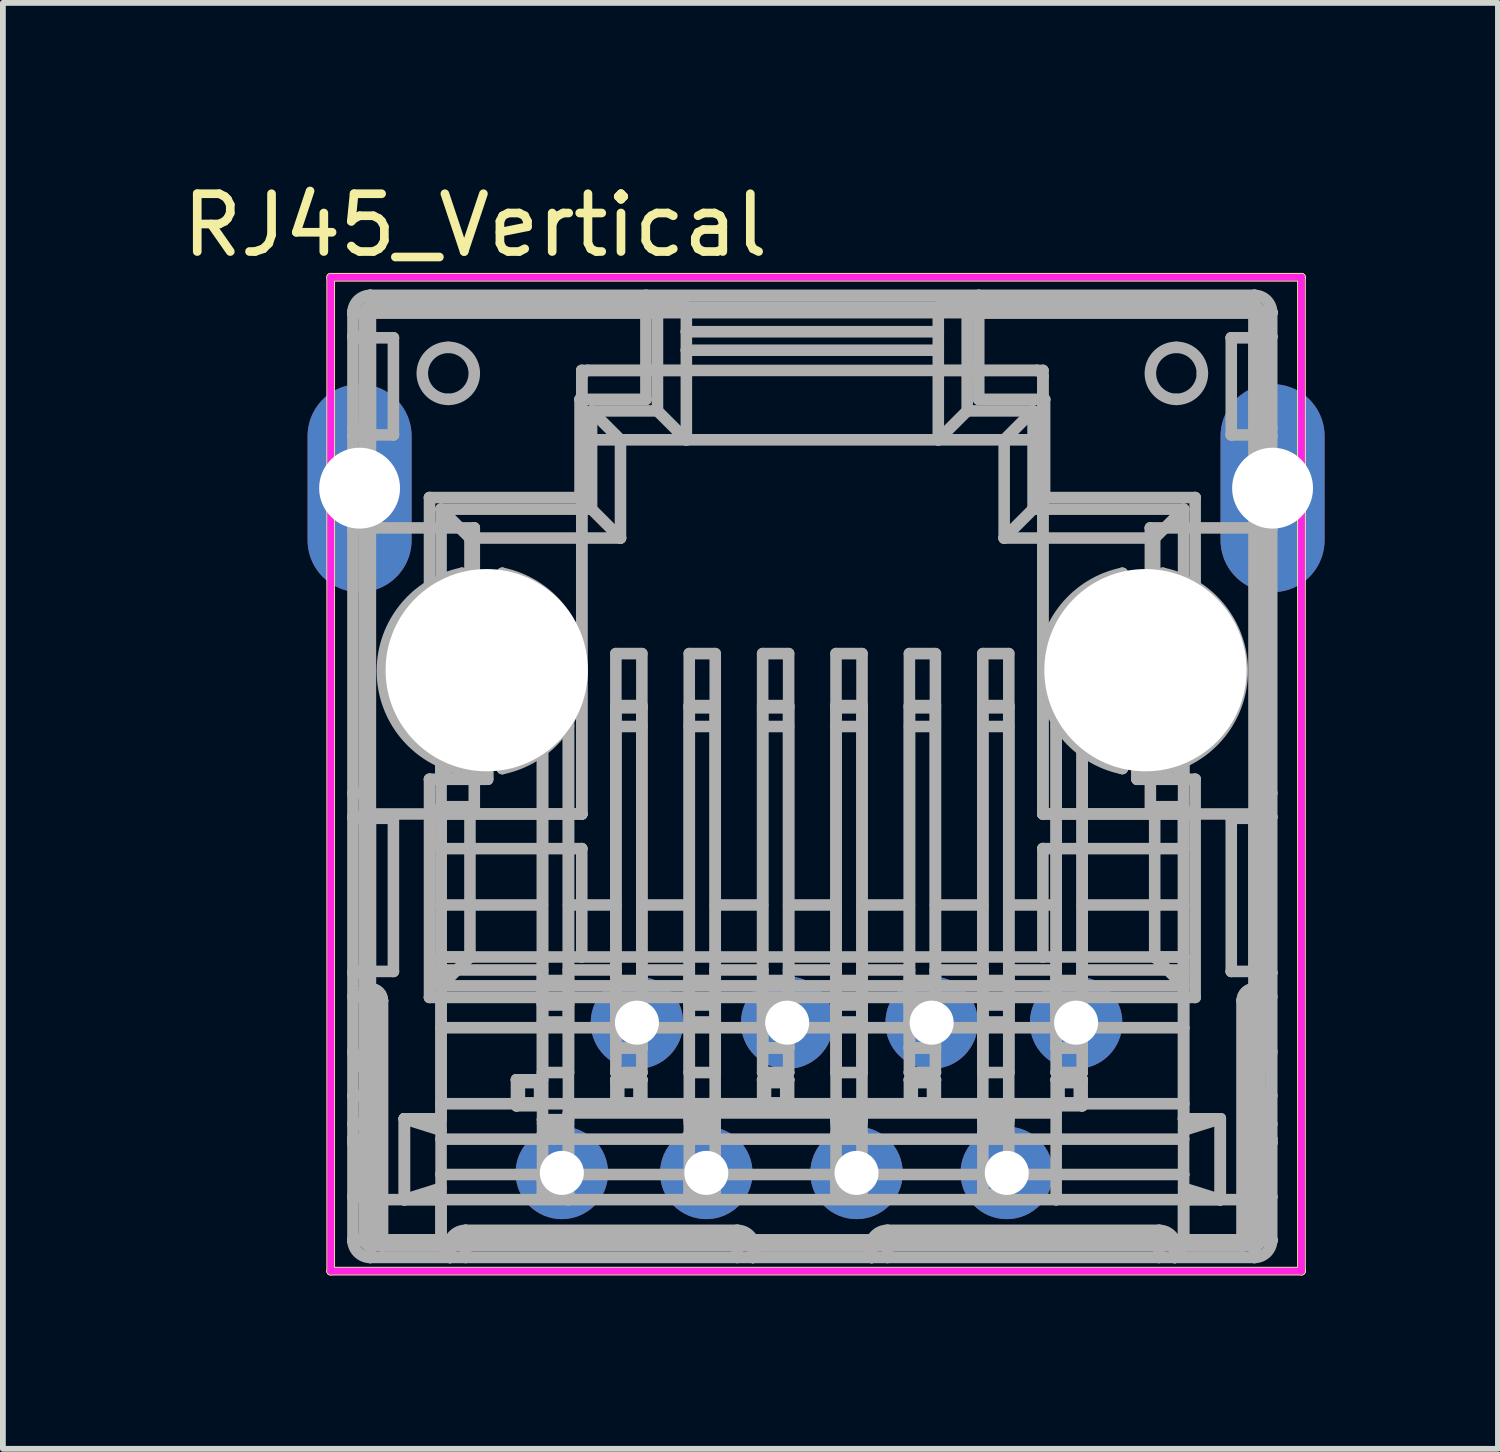
<source format=kicad_pcb>
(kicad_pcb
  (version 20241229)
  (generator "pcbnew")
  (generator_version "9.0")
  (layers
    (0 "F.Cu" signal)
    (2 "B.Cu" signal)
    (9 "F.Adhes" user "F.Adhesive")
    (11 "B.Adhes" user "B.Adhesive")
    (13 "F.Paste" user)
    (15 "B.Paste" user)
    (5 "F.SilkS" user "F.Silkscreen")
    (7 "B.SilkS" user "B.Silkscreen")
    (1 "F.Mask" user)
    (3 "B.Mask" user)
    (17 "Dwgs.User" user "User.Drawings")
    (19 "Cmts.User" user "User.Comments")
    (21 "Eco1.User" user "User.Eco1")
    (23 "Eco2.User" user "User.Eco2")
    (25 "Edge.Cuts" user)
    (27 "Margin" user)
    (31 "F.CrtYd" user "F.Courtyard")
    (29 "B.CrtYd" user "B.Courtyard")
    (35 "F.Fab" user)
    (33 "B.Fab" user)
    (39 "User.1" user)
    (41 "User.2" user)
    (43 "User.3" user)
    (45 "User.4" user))
  (footprint "RJ45_Vertical"
    (layer "F.Cu")
    (at 6.673 17.248)
    (property "Reference" "RJ45_Vertical" (at -1.5 -16.4 0) (layer "F.SilkS") (effects (font (size 1 1) (thickness 0.15))))
    (attr through_hole)
    (fp_line (start -4 -15.5) (end 12.8 -15.5) (stroke (width 0.15) (type solid)) (layer "F.SilkS"))
    (fp_line (start -4 1.7) (end -4 -15.5) (stroke (width 0.15) (type solid)) (layer "F.SilkS"))
    (fp_line (start 12.8 -15.5) (end 12.8 1.7) (stroke (width 0.15) (type solid)) (layer "F.SilkS"))
    (fp_line (start 12.8 1.7) (end -4 1.7) (stroke (width 0.15) (type solid)) (layer "F.SilkS"))
    (fp_line (start -4 -15.5) (end 12.8 -15.5) (stroke (width 0.12) (type solid)) (layer "F.CrtYd"))
    (fp_line (start -4 1.7) (end -4 -15.5) (stroke (width 0.12) (type solid)) (layer "F.CrtYd"))
    (fp_line (start 12.8 -15.5) (end 12.8 1.7) (stroke (width 0.12) (type solid)) (layer "F.CrtYd"))
    (fp_line (start 12.8 1.7) (end -4 1.7) (stroke (width 0.12) (type solid)) (layer "F.CrtYd"))
    (fp_line (start -3.615 -14.887) (end -3.615 -14.887) (stroke (width 0.2) (type solid)) (layer "F.Fab"))
    (fp_line (start -3.615 -14.887) (end -3.615 -14.887) (stroke (width 0.2) (type solid)) (layer "F.Fab"))
    (fp_line (start -3.615 -12.882) (end -3.415 -12.882) (stroke (width 0.2) (type solid)) (layer "F.Fab"))
    (fp_line (start -3.615 -12.337) (end -3.615 -12.337) (stroke (width 0.2) (type solid)) (layer "F.Fab"))
    (fp_line (start -3.615 -11.137) (end -3.615 -11.137) (stroke (width 0.2) (type solid)) (layer "F.Fab"))
    (fp_line (start -3.615 -6.572) (end -3.615 -6.572) (stroke (width 0.2) (type solid)) (layer "F.Fab"))
    (fp_line (start -3.615 -3.052) (end -3.615 -3.052) (stroke (width 0.2) (type solid)) (layer "F.Fab"))
    (fp_line (start -3.615 -2.099) (end -3.615 -2.099) (stroke (width 0.2) (type solid)) (layer "F.Fab"))
    (fp_line (start -3.615 -1.337) (end -3.615 -1.337) (stroke (width 0.2) (type solid)) (layer "F.Fab"))
    (fp_line (start -3.615 -0.587) (end -3.615 -0.587) (stroke (width 0.2) (type solid)) (layer "F.Fab"))
    (fp_line (start -3.615 -0.587) (end -3.615 -0.587) (stroke (width 0.2) (type solid)) (layer "F.Fab"))
    (fp_line (start -3.615 -0.523) (end -3.615 -0.523) (stroke (width 0.2) (type solid)) (layer "F.Fab"))
    (fp_line (start -3.615 -0.523) (end -3.615 -0.523) (stroke (width 0.2) (type solid)) (layer "F.Fab"))
    (fp_line (start -3.615 0.413) (end -3.615 0.413) (stroke (width 0.2) (type solid)) (layer "F.Fab"))
    (fp_line (start -3.615 0.413) (end -3.615 0.413) (stroke (width 0.2) (type solid)) (layer "F.Fab"))
    (fp_line (start -3.615 1.158) (end -3.615 -14.882) (stroke (width 0.2) (type solid)) (layer "F.Fab"))
    (fp_line (start -3.615 1.163) (end -3.615 1.163) (stroke (width 0.2) (type solid)) (layer "F.Fab"))
    (fp_line (start -3.615 -14.887) (end -3.615 -14.888) (stroke (width 0.2) (type solid)) (layer "F.Fab"))
    (fp_line (start -3.615 -14.476) (end -3.614 -14.472) (stroke (width 0.2) (type solid)) (layer "F.Fab"))
    (fp_line (start -3.615 -12.337) (end -3.415 -12.337) (stroke (width 0.2) (type solid)) (layer "F.Fab"))
    (fp_line (start -3.615 -6.572) (end -3.415 -6.572) (stroke (width 0.2) (type solid)) (layer "F.Fab"))
    (fp_line (start -3.615 -6.161) (end -3.614 -6.157) (stroke (width 0.2) (type solid)) (layer "F.Fab"))
    (fp_line (start -3.615 -3.052) (end -3.415 -3.052) (stroke (width 0.2) (type solid)) (layer "F.Fab"))
    (fp_line (start -3.615 -0.587) (end -3.415 -0.587) (stroke (width 0.2) (type solid)) (layer "F.Fab"))
    (fp_line (start -3.615 -0.523) (end -3.42 -0.567) (stroke (width 0.2) (type solid)) (layer "F.Fab"))
    (fp_line (start -3.615 -0.523) (end -3.407 0.391) (stroke (width 0.2) (type solid)) (layer "F.Fab"))
    (fp_line (start -3.615 0.413) (end -3.415 0.413) (stroke (width 0.2) (type solid)) (layer "F.Fab"))
    (fp_line (start -3.615 1.158) (end -3.615 1.159) (stroke (width 0.2) (type solid)) (layer "F.Fab"))
    (fp_line (start -3.615 -14.888) (end -3.615 -14.889) (stroke (width 0.2) (type solid)) (layer "F.Fab"))
    (fp_line (start -3.615 -14.883) (end -3.615 -14.882) (stroke (width 0.2) (type solid)) (layer "F.Fab"))
    (fp_line (start -3.615 1.159) (end -3.615 1.16) (stroke (width 0.2) (type solid)) (layer "F.Fab"))
    (fp_line (start -3.615 1.164) (end -3.615 1.163) (stroke (width 0.2) (type solid)) (layer "F.Fab"))
    (fp_line (start -3.615 -14.889) (end -3.615 -14.891) (stroke (width 0.2) (type solid)) (layer "F.Fab"))
    (fp_line (start -3.615 -14.883) (end -3.615 -14.883) (stroke (width 0.2) (type solid)) (layer "F.Fab"))
    (fp_line (start -3.615 1.16) (end -3.615 1.16) (stroke (width 0.2) (type solid)) (layer "F.Fab"))
    (fp_line (start -3.615 1.166) (end -3.615 1.164) (stroke (width 0.2) (type solid)) (layer "F.Fab"))
    (fp_line (start -3.615 -14.891) (end -3.615 -14.892) (stroke (width 0.2) (type solid)) (layer "F.Fab"))
    (fp_line (start -3.615 -14.884) (end -3.615 -14.883) (stroke (width 0.2) (type solid)) (layer "F.Fab"))
    (fp_line (start -3.615 1.16) (end -3.615 1.161) (stroke (width 0.2) (type solid)) (layer "F.Fab"))
    (fp_line (start -3.615 1.167) (end -3.615 1.166) (stroke (width 0.2) (type solid)) (layer "F.Fab"))
    (fp_line (start -3.615 -14.892) (end -3.615 -14.893) (stroke (width 0.2) (type solid)) (layer "F.Fab"))
    (fp_line (start -3.615 -14.885) (end -3.615 -14.884) (stroke (width 0.2) (type solid)) (layer "F.Fab"))
    (fp_line (start -3.615 1.161) (end -3.615 1.162) (stroke (width 0.2) (type solid)) (layer "F.Fab"))
    (fp_line (start -3.615 1.168) (end -3.615 1.167) (stroke (width 0.2) (type solid)) (layer "F.Fab"))
    (fp_line (start -3.615 -14.893) (end -3.615 -14.895) (stroke (width 0.2) (type solid)) (layer "F.Fab"))
    (fp_line (start -3.615 -14.885) (end -3.615 -14.885) (stroke (width 0.2) (type solid)) (layer "F.Fab"))
    (fp_line (start -3.615 1.162) (end -3.615 1.162) (stroke (width 0.2) (type solid)) (layer "F.Fab"))
    (fp_line (start -3.615 1.17) (end -3.615 1.168) (stroke (width 0.2) (type solid)) (layer "F.Fab"))
    (fp_line (start -3.615 -14.895) (end -3.615 -14.896) (stroke (width 0.2) (type solid)) (layer "F.Fab"))
    (fp_line (start -3.615 -14.886) (end -3.615 -14.885) (stroke (width 0.2) (type solid)) (layer "F.Fab"))
    (fp_line (start -3.615 1.162) (end -3.615 1.163) (stroke (width 0.2) (type solid)) (layer "F.Fab"))
    (fp_line (start -3.615 1.171) (end -3.615 1.17) (stroke (width 0.2) (type solid)) (layer "F.Fab"))
    (fp_line (start -3.615 -14.896) (end -3.415 -14.89) (stroke (width 0.2) (type solid)) (layer "F.Fab"))
    (fp_line (start -3.615 -14.887) (end -3.315 -14.887) (stroke (width 0.2) (type solid)) (layer "F.Fab"))
    (fp_line (start -3.615 -14.887) (end -3.615 -14.886) (stroke (width 0.2) (type solid)) (layer "F.Fab"))
    (fp_line (start -3.615 1.172) (end -3.615 1.171) (stroke (width 0.2) (type solid)) (layer "F.Fab"))
    (fp_line (start -3.614 -14.472) (end -3.613 -14.468) (stroke (width 0.2) (type solid)) (layer "F.Fab"))
    (fp_line (start -3.614 -12.752) (end -3.615 -12.747) (stroke (width 0.2) (type solid)) (layer "F.Fab"))
    (fp_line (start -3.614 -6.157) (end -3.613 -6.153) (stroke (width 0.2) (type solid)) (layer "F.Fab"))
    (fp_line (start -3.614 -3.467) (end -3.615 -3.462) (stroke (width 0.2) (type solid)) (layer "F.Fab"))
    (fp_line (start -3.613 -14.468) (end -3.611 -14.464) (stroke (width 0.2) (type solid)) (layer "F.Fab"))
    (fp_line (start -3.613 -12.756) (end -3.614 -12.752) (stroke (width 0.2) (type solid)) (layer "F.Fab"))
    (fp_line (start -3.613 -6.153) (end -3.611 -6.149) (stroke (width 0.2) (type solid)) (layer "F.Fab"))
    (fp_line (start -3.613 -3.471) (end -3.614 -3.467) (stroke (width 0.2) (type solid)) (layer "F.Fab"))
    (fp_line (start -3.611 -14.464) (end -3.608 -14.461) (stroke (width 0.2) (type solid)) (layer "F.Fab"))
    (fp_line (start -3.611 -12.759) (end -3.613 -12.756) (stroke (width 0.2) (type solid)) (layer "F.Fab"))
    (fp_line (start -3.611 -6.149) (end -3.608 -6.146) (stroke (width 0.2) (type solid)) (layer "F.Fab"))
    (fp_line (start -3.611 -3.474) (end -3.613 -3.471) (stroke (width 0.2) (type solid)) (layer "F.Fab"))
    (fp_line (start -3.608 -14.461) (end -3.604 -14.459) (stroke (width 0.2) (type solid)) (layer "F.Fab"))
    (fp_line (start -3.608 -12.762) (end -3.611 -12.759) (stroke (width 0.2) (type solid)) (layer "F.Fab"))
    (fp_line (start -3.608 -6.146) (end -3.604 -6.144) (stroke (width 0.2) (type solid)) (layer "F.Fab"))
    (fp_line (start -3.608 -3.477) (end -3.611 -3.474) (stroke (width 0.2) (type solid)) (layer "F.Fab"))
    (fp_line (start -3.604 -14.459) (end -3.599 -14.457) (stroke (width 0.2) (type solid)) (layer "F.Fab"))
    (fp_line (start -3.604 -12.765) (end -3.608 -12.762) (stroke (width 0.2) (type solid)) (layer "F.Fab"))
    (fp_line (start -3.604 -6.144) (end -3.599 -6.142) (stroke (width 0.2) (type solid)) (layer "F.Fab"))
    (fp_line (start -3.604 -3.48) (end -3.608 -3.477) (stroke (width 0.2) (type solid)) (layer "F.Fab"))
    (fp_line (start -3.599 -14.457) (end -3.594 -14.455) (stroke (width 0.2) (type solid)) (layer "F.Fab"))
    (fp_line (start -3.599 -12.767) (end -3.604 -12.765) (stroke (width 0.2) (type solid)) (layer "F.Fab"))
    (fp_line (start -3.599 -6.142) (end -3.594 -6.14) (stroke (width 0.2) (type solid)) (layer "F.Fab"))
    (fp_line (start -3.599 -3.482) (end -3.604 -3.48) (stroke (width 0.2) (type solid)) (layer "F.Fab"))
    (fp_line (start -3.594 -14.455) (end -3.587 -14.454) (stroke (width 0.2) (type solid)) (layer "F.Fab"))
    (fp_line (start -3.594 -12.769) (end -3.599 -12.767) (stroke (width 0.2) (type solid)) (layer "F.Fab"))
    (fp_line (start -3.594 -6.14) (end -3.587 -6.139) (stroke (width 0.2) (type solid)) (layer "F.Fab"))
    (fp_line (start -3.594 -3.484) (end -3.599 -3.482) (stroke (width 0.2) (type solid)) (layer "F.Fab"))
    (fp_line (start -3.587 -14.454) (end -3.579 -14.453) (stroke (width 0.2) (type solid)) (layer "F.Fab"))
    (fp_line (start -3.587 -12.77) (end -3.594 -12.769) (stroke (width 0.2) (type solid)) (layer "F.Fab"))
    (fp_line (start -3.587 -6.139) (end -3.579 -6.138) (stroke (width 0.2) (type solid)) (layer "F.Fab"))
    (fp_line (start -3.587 -3.485) (end -3.594 -3.484) (stroke (width 0.2) (type solid)) (layer "F.Fab"))
    (fp_line (start -3.579 -14.453) (end -3.571 -14.452) (stroke (width 0.2) (type solid)) (layer "F.Fab"))
    (fp_line (start -3.579 -12.771) (end -3.587 -12.77) (stroke (width 0.2) (type solid)) (layer "F.Fab"))
    (fp_line (start -3.579 -6.138) (end -3.571 -6.137) (stroke (width 0.2) (type solid)) (layer "F.Fab"))
    (fp_line (start -3.579 -3.486) (end -3.587 -3.485) (stroke (width 0.2) (type solid)) (layer "F.Fab"))
    (fp_line (start -3.571 -14.452) (end -3.562 -14.452) (stroke (width 0.2) (type solid)) (layer "F.Fab"))
    (fp_line (start -3.571 -12.771) (end -3.579 -12.771) (stroke (width 0.2) (type solid)) (layer "F.Fab"))
    (fp_line (start -3.571 -6.137) (end -3.562 -6.137) (stroke (width 0.2) (type solid)) (layer "F.Fab"))
    (fp_line (start -3.571 -3.486) (end -3.579 -3.486) (stroke (width 0.2) (type solid)) (layer "F.Fab"))
    (fp_line (start -3.562 -12.772) (end -3.571 -12.771) (stroke (width 0.2) (type solid)) (layer "F.Fab"))
    (fp_line (start -3.562 -3.487) (end -3.571 -3.486) (stroke (width 0.2) (type solid)) (layer "F.Fab"))
    (fp_line (start -3.457 -1.835) (end -3.457 -1.835) (stroke (width 0.2) (type solid)) (layer "F.Fab"))
    (fp_line (start -3.42 -0.567) (end -3.42 -0.567) (stroke (width 0.2) (type solid)) (layer "F.Fab"))
    (fp_line (start -3.42 -0.567) (end -3.42 -0.567) (stroke (width 0.2) (type solid)) (layer "F.Fab"))
    (fp_line (start -3.415 -14.887) (end -3.415 -14.887) (stroke (width 0.2) (type solid)) (layer "F.Fab"))
    (fp_line (start -3.415 -14.887) (end -3.415 -14.887) (stroke (width 0.2) (type solid)) (layer "F.Fab"))
    (fp_line (start -3.415 -14.887) (end -3.415 -14.887) (stroke (width 0.2) (type solid)) (layer "F.Fab"))
    (fp_line (start -3.415 -14.887) (end -3.415 -3.192) (stroke (width 0.2) (type solid)) (layer "F.Fab"))
    (fp_line (start -3.415 -14.887) (end -3.315 -14.887) (stroke (width 0.2) (type solid)) (layer "F.Fab"))
    (fp_line (start -3.415 -14.882) (end -3.615 -14.882) (stroke (width 0.2) (type solid)) (layer "F.Fab"))
    (fp_line (start -3.415 -14.882) (end -3.415 -14.883) (stroke (width 0.2) (type solid)) (layer "F.Fab"))
    (fp_line (start -3.415 -14.476) (end -3.615 -14.476) (stroke (width 0.2) (type solid)) (layer "F.Fab"))
    (fp_line (start -3.415 -14.476) (end -3.415 -14.474) (stroke (width 0.2) (type solid)) (layer "F.Fab"))
    (fp_line (start -3.415 -12.879) (end -3.615 -12.879) (stroke (width 0.2) (type solid)) (layer "F.Fab"))
    (fp_line (start -3.415 -12.747) (end -3.615 -12.747) (stroke (width 0.2) (type solid)) (layer "F.Fab"))
    (fp_line (start -3.415 -12.337) (end -3.415 -12.337) (stroke (width 0.2) (type solid)) (layer "F.Fab"))
    (fp_line (start -3.415 -11.162) (end -3.415 -11.162) (stroke (width 0.2) (type solid)) (layer "F.Fab"))
    (fp_line (start -3.415 -11.137) (end -3.615 -11.137) (stroke (width 0.2) (type solid)) (layer "F.Fab"))
    (fp_line (start -3.415 -11.137) (end -3.415 -11.137) (stroke (width 0.2) (type solid)) (layer "F.Fab"))
    (fp_line (start -3.415 -6.572) (end -3.415 -6.572) (stroke (width 0.2) (type solid)) (layer "F.Fab"))
    (fp_line (start -3.415 -6.212) (end -3.415 -6.212) (stroke (width 0.2) (type solid)) (layer "F.Fab"))
    (fp_line (start -3.415 -6.212) (end -3.315 -6.212) (stroke (width 0.2) (type solid)) (layer "F.Fab"))
    (fp_line (start -3.415 -6.161) (end -3.615 -6.161) (stroke (width 0.2) (type solid)) (layer "F.Fab"))
    (fp_line (start -3.415 -6.161) (end -3.415 -6.159) (stroke (width 0.2) (type solid)) (layer "F.Fab"))
    (fp_line (start -3.415 -3.462) (end -3.615 -3.462) (stroke (width 0.2) (type solid)) (layer "F.Fab"))
    (fp_line (start -3.415 -3.192) (end -3.415 -3.192) (stroke (width 0.2) (type solid)) (layer "F.Fab"))
    (fp_line (start -3.415 -3.192) (end -3.415 -2.099) (stroke (width 0.2) (type solid)) (layer "F.Fab"))
    (fp_line (start -3.415 -3.192) (end -3.315 -3.192) (stroke (width 0.2) (type solid)) (layer "F.Fab"))
    (fp_line (start -3.415 -3.052) (end -3.415 -3.052) (stroke (width 0.2) (type solid)) (layer "F.Fab"))
    (fp_line (start -3.415 -2.099) (end -3.415 -2.099) (stroke (width 0.2) (type solid)) (layer "F.Fab"))
    (fp_line (start -3.415 -1.337) (end -3.615 -1.337) (stroke (width 0.2) (type solid)) (layer "F.Fab"))
    (fp_line (start -3.415 -1.337) (end -3.415 -1.337) (stroke (width 0.2) (type solid)) (layer "F.Fab"))
    (fp_line (start -3.415 -1.337) (end -3.415 -0.842) (stroke (width 0.2) (type solid)) (layer "F.Fab"))
    (fp_line (start -3.415 -0.845) (end -3.615 -0.845) (stroke (width 0.2) (type solid)) (layer "F.Fab"))
    (fp_line (start -3.415 -0.842) (end -3.615 -0.842) (stroke (width 0.2) (type solid)) (layer "F.Fab"))
    (fp_line (start -3.415 -0.842) (end -3.415 1.163) (stroke (width 0.2) (type solid)) (layer "F.Fab"))
    (fp_line (start -3.415 -0.587) (end -3.415 -0.587) (stroke (width 0.2) (type solid)) (layer "F.Fab"))
    (fp_line (start -3.415 -0.587) (end -3.415 -0.587) (stroke (width 0.2) (type solid)) (layer "F.Fab"))
    (fp_line (start -3.415 0.413) (end -3.415 0.413) (stroke (width 0.2) (type solid)) (layer "F.Fab"))
    (fp_line (start -3.415 0.413) (end -3.415 0.413) (stroke (width 0.2) (type solid)) (layer "F.Fab"))
    (fp_line (start -3.415 1.158) (end -3.615 1.158) (stroke (width 0.2) (type solid)) (layer "F.Fab"))
    (fp_line (start -3.415 1.158) (end -3.415 -14.882) (stroke (width 0.2) (type solid)) (layer "F.Fab"))
    (fp_line (start -3.415 1.163) (end -3.415 1.164) (stroke (width 0.2) (type solid)) (layer "F.Fab"))
    (fp_line (start -3.415 1.163) (end -3.415 1.163) (stroke (width 0.2) (type solid)) (layer "F.Fab"))
    (fp_line (start -3.415 -14.887) (end -3.415 -14.887) (stroke (width 0.2) (type solid)) (layer "F.Fab"))
    (fp_line (start -3.415 -14.883) (end -3.415 -14.883) (stroke (width 0.2) (type solid)) (layer "F.Fab"))
    (fp_line (start -3.415 1.159) (end -3.415 1.158) (stroke (width 0.2) (type solid)) (layer "F.Fab"))
    (fp_line (start -3.415 1.164) (end -3.415 1.164) (stroke (width 0.2) (type solid)) (layer "F.Fab"))
    (fp_line (start -3.415 -14.888) (end -3.415 -14.887) (stroke (width 0.2) (type solid)) (layer "F.Fab"))
    (fp_line (start -3.415 -14.883) (end -3.415 -14.884) (stroke (width 0.2) (type solid)) (layer "F.Fab"))
    (fp_line (start -3.415 1.16) (end -3.415 1.159) (stroke (width 0.2) (type solid)) (layer "F.Fab"))
    (fp_line (start -3.415 1.164) (end -3.415 1.164) (stroke (width 0.2) (type solid)) (layer "F.Fab"))
    (fp_line (start -3.415 -14.888) (end -3.415 -14.888) (stroke (width 0.2) (type solid)) (layer "F.Fab"))
    (fp_line (start -3.415 -14.884) (end -3.415 -14.885) (stroke (width 0.2) (type solid)) (layer "F.Fab"))
    (fp_line (start -3.415 1.16) (end -3.415 1.16) (stroke (width 0.2) (type solid)) (layer "F.Fab"))
    (fp_line (start -3.415 1.164) (end -3.415 1.165) (stroke (width 0.2) (type solid)) (layer "F.Fab"))
    (fp_line (start -3.415 -14.889) (end -3.415 -14.888) (stroke (width 0.2) (type solid)) (layer "F.Fab"))
    (fp_line (start -3.415 -14.885) (end -3.415 -14.885) (stroke (width 0.2) (type solid)) (layer "F.Fab"))
    (fp_line (start -3.415 1.161) (end -3.415 1.16) (stroke (width 0.2) (type solid)) (layer "F.Fab"))
    (fp_line (start -3.415 1.165) (end -3.415 1.165) (stroke (width 0.2) (type solid)) (layer "F.Fab"))
    (fp_line (start -3.415 -14.889) (end -3.415 -14.889) (stroke (width 0.2) (type solid)) (layer "F.Fab"))
    (fp_line (start -3.415 -14.885) (end -3.415 -14.886) (stroke (width 0.2) (type solid)) (layer "F.Fab"))
    (fp_line (start -3.415 1.162) (end -3.415 1.161) (stroke (width 0.2) (type solid)) (layer "F.Fab"))
    (fp_line (start -3.415 1.165) (end -3.415 1.166) (stroke (width 0.2) (type solid)) (layer "F.Fab"))
    (fp_line (start -3.415 -14.889) (end -3.415 -14.889) (stroke (width 0.2) (type solid)) (layer "F.Fab"))
    (fp_line (start -3.415 -14.886) (end -3.415 -14.887) (stroke (width 0.2) (type solid)) (layer "F.Fab"))
    (fp_line (start -3.415 1.162) (end -3.415 1.162) (stroke (width 0.2) (type solid)) (layer "F.Fab"))
    (fp_line (start -3.415 1.166) (end -3.415 1.166) (stroke (width 0.2) (type solid)) (layer "F.Fab"))
    (fp_line (start -3.415 -14.89) (end -3.415 -14.889) (stroke (width 0.2) (type solid)) (layer "F.Fab"))
    (fp_line (start -3.415 1.163) (end -3.415 1.162) (stroke (width 0.2) (type solid)) (layer "F.Fab"))
    (fp_line (start -3.415 1.166) (end -3.615 1.172) (stroke (width 0.2) (type solid)) (layer "F.Fab"))
    (fp_line (start -3.415 -14.474) (end -3.415 -14.471) (stroke (width 0.2) (type solid)) (layer "F.Fab"))
    (fp_line (start -3.415 -12.75) (end -3.415 -12.747) (stroke (width 0.2) (type solid)) (layer "F.Fab"))
    (fp_line (start -3.415 -6.159) (end -3.415 -6.156) (stroke (width 0.2) (type solid)) (layer "F.Fab"))
    (fp_line (start -3.415 -3.465) (end -3.415 -3.462) (stroke (width 0.2) (type solid)) (layer "F.Fab"))
    (fp_line (start -3.415 -14.471) (end -3.415 -14.469) (stroke (width 0.2) (type solid)) (layer "F.Fab"))
    (fp_line (start -3.415 -12.752) (end -3.415 -12.75) (stroke (width 0.2) (type solid)) (layer "F.Fab"))
    (fp_line (start -3.415 -6.156) (end -3.415 -6.154) (stroke (width 0.2) (type solid)) (layer "F.Fab"))
    (fp_line (start -3.415 -3.467) (end -3.415 -3.465) (stroke (width 0.2) (type solid)) (layer "F.Fab"))
    (fp_line (start -3.415 -14.469) (end -3.414 -14.467) (stroke (width 0.2) (type solid)) (layer "F.Fab"))
    (fp_line (start -3.415 -12.754) (end -3.415 -12.752) (stroke (width 0.2) (type solid)) (layer "F.Fab"))
    (fp_line (start -3.415 -6.154) (end -3.414 -6.152) (stroke (width 0.2) (type solid)) (layer "F.Fab"))
    (fp_line (start -3.415 -3.469) (end -3.415 -3.467) (stroke (width 0.2) (type solid)) (layer "F.Fab"))
    (fp_line (start -3.414 -14.467) (end -3.414 -14.465) (stroke (width 0.2) (type solid)) (layer "F.Fab"))
    (fp_line (start -3.414 -12.757) (end -3.415 -12.754) (stroke (width 0.2) (type solid)) (layer "F.Fab"))
    (fp_line (start -3.414 -6.152) (end -3.414 -6.15) (stroke (width 0.2) (type solid)) (layer "F.Fab"))
    (fp_line (start -3.414 -3.472) (end -3.415 -3.469) (stroke (width 0.2) (type solid)) (layer "F.Fab"))
    (fp_line (start -3.414 -14.465) (end -3.413 -14.463) (stroke (width 0.2) (type solid)) (layer "F.Fab"))
    (fp_line (start -3.414 -12.758) (end -3.414 -12.757) (stroke (width 0.2) (type solid)) (layer "F.Fab"))
    (fp_line (start -3.414 -6.15) (end -3.413 -6.148) (stroke (width 0.2) (type solid)) (layer "F.Fab"))
    (fp_line (start -3.414 -3.474) (end -3.414 -3.472) (stroke (width 0.2) (type solid)) (layer "F.Fab"))
    (fp_line (start -3.413 -14.463) (end -3.413 -14.462) (stroke (width 0.2) (type solid)) (layer "F.Fab"))
    (fp_line (start -3.413 -12.76) (end -3.414 -12.758) (stroke (width 0.2) (type solid)) (layer "F.Fab"))
    (fp_line (start -3.413 -6.148) (end -3.413 -6.147) (stroke (width 0.2) (type solid)) (layer "F.Fab"))
    (fp_line (start -3.413 -3.475) (end -3.414 -3.474) (stroke (width 0.2) (type solid)) (layer "F.Fab"))
    (fp_line (start -3.413 -14.462) (end -3.412 -14.46) (stroke (width 0.2) (type solid)) (layer "F.Fab"))
    (fp_line (start -3.413 -12.762) (end -3.413 -12.76) (stroke (width 0.2) (type solid)) (layer "F.Fab"))
    (fp_line (start -3.413 -6.147) (end -3.412 -6.145) (stroke (width 0.2) (type solid)) (layer "F.Fab"))
    (fp_line (start -3.413 -3.477) (end -3.413 -3.475) (stroke (width 0.2) (type solid)) (layer "F.Fab"))
    (fp_line (start -3.412 -14.46) (end -3.411 -14.459) (stroke (width 0.2) (type solid)) (layer "F.Fab"))
    (fp_line (start -3.412 -12.764) (end -3.413 -12.762) (stroke (width 0.2) (type solid)) (layer "F.Fab"))
    (fp_line (start -3.412 -6.145) (end -3.411 -6.144) (stroke (width 0.2) (type solid)) (layer "F.Fab"))
    (fp_line (start -3.412 -3.479) (end -3.413 -3.477) (stroke (width 0.2) (type solid)) (layer "F.Fab"))
    (fp_line (start -3.411 -14.459) (end -3.41 -14.457) (stroke (width 0.2) (type solid)) (layer "F.Fab"))
    (fp_line (start -3.411 -12.765) (end -3.412 -12.764) (stroke (width 0.2) (type solid)) (layer "F.Fab"))
    (fp_line (start -3.411 -6.144) (end -3.41 -6.142) (stroke (width 0.2) (type solid)) (layer "F.Fab"))
    (fp_line (start -3.411 -3.48) (end -3.412 -3.479) (stroke (width 0.2) (type solid)) (layer "F.Fab"))
    (fp_line (start -3.41 -14.457) (end -3.409 -14.456) (stroke (width 0.2) (type solid)) (layer "F.Fab"))
    (fp_line (start -3.41 -12.766) (end -3.411 -12.765) (stroke (width 0.2) (type solid)) (layer "F.Fab"))
    (fp_line (start -3.41 -6.142) (end -3.409 -6.141) (stroke (width 0.2) (type solid)) (layer "F.Fab"))
    (fp_line (start -3.41 -3.481) (end -3.411 -3.48) (stroke (width 0.2) (type solid)) (layer "F.Fab"))
    (fp_line (start -3.409 -14.456) (end -3.408 -14.455) (stroke (width 0.2) (type solid)) (layer "F.Fab"))
    (fp_line (start -3.409 -12.767) (end -3.41 -12.766) (stroke (width 0.2) (type solid)) (layer "F.Fab"))
    (fp_line (start -3.409 -6.141) (end -3.408 -6.14) (stroke (width 0.2) (type solid)) (layer "F.Fab"))
    (fp_line (start -3.409 -3.482) (end -3.41 -3.481) (stroke (width 0.2) (type solid)) (layer "F.Fab"))
    (fp_line (start -3.408 -14.455) (end -3.407 -14.454) (stroke (width 0.2) (type solid)) (layer "F.Fab"))
    (fp_line (start -3.408 -12.768) (end -3.409 -12.767) (stroke (width 0.2) (type solid)) (layer "F.Fab"))
    (fp_line (start -3.408 -6.14) (end -3.407 -6.139) (stroke (width 0.2) (type solid)) (layer "F.Fab"))
    (fp_line (start -3.408 -3.483) (end -3.409 -3.482) (stroke (width 0.2) (type solid)) (layer "F.Fab"))
    (fp_line (start -3.407 0.391) (end -3.407 0.391) (stroke (width 0.2) (type solid)) (layer "F.Fab"))
    (fp_line (start -3.407 0.391) (end -3.407 0.391) (stroke (width 0.2) (type solid)) (layer "F.Fab"))
    (fp_line (start -3.407 -14.454) (end -3.406 -14.454) (stroke (width 0.2) (type solid)) (layer "F.Fab"))
    (fp_line (start -3.407 -12.769) (end -3.408 -12.768) (stroke (width 0.2) (type solid)) (layer "F.Fab"))
    (fp_line (start -3.407 -6.139) (end -3.406 -6.139) (stroke (width 0.2) (type solid)) (layer "F.Fab"))
    (fp_line (start -3.407 -3.484) (end -3.408 -3.483) (stroke (width 0.2) (type solid)) (layer "F.Fab"))
    (fp_line (start -3.406 -14.454) (end -3.404 -14.453) (stroke (width 0.2) (type solid)) (layer "F.Fab"))
    (fp_line (start -3.406 -12.77) (end -3.407 -12.769) (stroke (width 0.2) (type solid)) (layer "F.Fab"))
    (fp_line (start -3.406 -6.139) (end -3.404 -6.138) (stroke (width 0.2) (type solid)) (layer "F.Fab"))
    (fp_line (start -3.406 -3.485) (end -3.407 -3.484) (stroke (width 0.2) (type solid)) (layer "F.Fab"))
    (fp_line (start -3.405 -1.747) (end -3.405 -1.747) (stroke (width 0.2) (type solid)) (layer "F.Fab"))
    (fp_line (start -3.405 -0.587) (end -3.405 -0.587) (stroke (width 0.2) (type solid)) (layer "F.Fab"))
    (fp_line (start -3.405 -0.587) (end -3.405 -0.587) (stroke (width 0.2) (type solid)) (layer "F.Fab"))
    (fp_line (start -3.405 -0.587) (end -3.205 -0.587) (stroke (width 0.2) (type solid)) (layer "F.Fab"))
    (fp_line (start -3.405 0.413) (end -3.405 0.413) (stroke (width 0.2) (type solid)) (layer "F.Fab"))
    (fp_line (start -3.405 0.413) (end -3.405 0.413) (stroke (width 0.2) (type solid)) (layer "F.Fab"))
    (fp_line (start -3.405 0.413) (end -3.405 0.413) (stroke (width 0.2) (type solid)) (layer "F.Fab"))
    (fp_line (start -3.405 0.413) (end -3.205 0.413) (stroke (width 0.2) (type solid)) (layer "F.Fab"))
    (fp_line (start -3.405 1.153) (end -3.405 -1.747) (stroke (width 0.2) (type solid)) (layer "F.Fab"))
    (fp_line (start -3.405 1.153) (end -3.405 1.153) (stroke (width 0.2) (type solid)) (layer "F.Fab"))
    (fp_line (start -3.404 -14.453) (end -3.403 -14.452) (stroke (width 0.2) (type solid)) (layer "F.Fab"))
    (fp_line (start -3.404 -12.771) (end -3.406 -12.77) (stroke (width 0.2) (type solid)) (layer "F.Fab"))
    (fp_line (start -3.404 -6.138) (end -3.403 -6.137) (stroke (width 0.2) (type solid)) (layer "F.Fab"))
    (fp_line (start -3.404 -3.486) (end -3.406 -3.485) (stroke (width 0.2) (type solid)) (layer "F.Fab"))
    (fp_line (start -3.403 -14.452) (end -3.401 -14.452) (stroke (width 0.2) (type solid)) (layer "F.Fab"))
    (fp_line (start -3.403 -12.771) (end -3.404 -12.771) (stroke (width 0.2) (type solid)) (layer "F.Fab"))
    (fp_line (start -3.403 -6.137) (end -3.401 -6.137) (stroke (width 0.2) (type solid)) (layer "F.Fab"))
    (fp_line (start -3.403 -3.486) (end -3.404 -3.486) (stroke (width 0.2) (type solid)) (layer "F.Fab"))
    (fp_line (start -3.401 -14.452) (end -3.399 -14.452) (stroke (width 0.2) (type solid)) (layer "F.Fab"))
    (fp_line (start -3.401 -12.772) (end -3.403 -12.771) (stroke (width 0.2) (type solid)) (layer "F.Fab"))
    (fp_line (start -3.401 -6.137) (end -3.399 -6.137) (stroke (width 0.2) (type solid)) (layer "F.Fab"))
    (fp_line (start -3.401 -3.487) (end -3.403 -3.486) (stroke (width 0.2) (type solid)) (layer "F.Fab"))
    (fp_line (start -3.399 -14.452) (end -3.397 -14.452) (stroke (width 0.2) (type solid)) (layer "F.Fab"))
    (fp_line (start -3.399 -12.772) (end -3.401 -12.772) (stroke (width 0.2) (type solid)) (layer "F.Fab"))
    (fp_line (start -3.399 -6.137) (end -3.397 -6.137) (stroke (width 0.2) (type solid)) (layer "F.Fab"))
    (fp_line (start -3.399 -3.487) (end -3.401 -3.487) (stroke (width 0.2) (type solid)) (layer "F.Fab"))
    (fp_line (start -3.397 -14.452) (end -3.562 -14.452) (stroke (width 0.2) (type solid)) (layer "F.Fab"))
    (fp_line (start -3.397 -14.452) (end -3.315 -14.452) (stroke (width 0.2) (type solid)) (layer "F.Fab"))
    (fp_line (start -3.397 -12.772) (end -3.562 -12.772) (stroke (width 0.2) (type solid)) (layer "F.Fab"))
    (fp_line (start -3.397 -12.772) (end -3.399 -12.772) (stroke (width 0.2) (type solid)) (layer "F.Fab"))
    (fp_line (start -3.397 -12.772) (end -3.315 -12.772) (stroke (width 0.2) (type solid)) (layer "F.Fab"))
    (fp_line (start -3.397 -6.137) (end -3.562 -6.137) (stroke (width 0.2) (type solid)) (layer "F.Fab"))
    (fp_line (start -3.397 -6.137) (end -3.315 -6.137) (stroke (width 0.2) (type solid)) (layer "F.Fab"))
    (fp_line (start -3.397 -3.487) (end -3.562 -3.487) (stroke (width 0.2) (type solid)) (layer "F.Fab"))
    (fp_line (start -3.397 -3.487) (end -3.399 -3.487) (stroke (width 0.2) (type solid)) (layer "F.Fab"))
    (fp_line (start -3.397 -3.487) (end -3.315 -3.487) (stroke (width 0.2) (type solid)) (layer "F.Fab"))
    (fp_line (start -3.362 -2.011) (end -3.362 -2.011) (stroke (width 0.2) (type solid)) (layer "F.Fab"))
    (fp_line (start -3.315 -15.187) (end -3.315 -15.187) (stroke (width 0.2) (type solid)) (layer "F.Fab"))
    (fp_line (start -3.315 -14.987) (end -3.315 -14.987) (stroke (width 0.2) (type solid)) (layer "F.Fab"))
    (fp_line (start -3.315 -14.987) (end -3.315 -14.987) (stroke (width 0.2) (type solid)) (layer "F.Fab"))
    (fp_line (start -3.315 -14.987) (end -3.315 -14.887) (stroke (width 0.2) (type solid)) (layer "F.Fab"))
    (fp_line (start -3.315 -14.987) (end 1.455 -14.987) (stroke (width 0.2) (type solid)) (layer "F.Fab"))
    (fp_line (start -3.315 -14.887) (end -3.315 -15.187) (stroke (width 0.2) (type solid)) (layer "F.Fab"))
    (fp_line (start -3.315 -14.887) (end -3.315 -14.887) (stroke (width 0.2) (type solid)) (layer "F.Fab"))
    (fp_line (start -3.315 -14.887) (end -3.315 -3.192) (stroke (width 0.2) (type solid)) (layer "F.Fab"))
    (fp_line (start -3.315 -14.887) (end -3.315 1.163) (stroke (width 0.2) (type solid)) (layer "F.Fab"))
    (fp_line (start -3.315 -14.887) (end -3.315 1.163) (stroke (width 0.2) (type solid)) (layer "F.Fab"))
    (fp_line (start -3.315 -14.887) (end 11.985 -14.887) (stroke (width 0.2) (type solid)) (layer "F.Fab"))
    (fp_line (start -3.315 -14.452) (end -2.915 -14.452) (stroke (width 0.2) (type solid)) (layer "F.Fab"))
    (fp_line (start -3.315 -12.772) (end -3.315 -14.452) (stroke (width 0.2) (type solid)) (layer "F.Fab"))
    (fp_line (start -3.315 -12.772) (end -3.315 -14.452) (stroke (width 0.2) (type solid)) (layer "F.Fab"))
    (fp_line (start -3.315 -11.162) (end -3.415 -11.162) (stroke (width 0.2) (type solid)) (layer "F.Fab"))
    (fp_line (start -3.315 -11.162) (end -1.515 -11.162) (stroke (width 0.2) (type solid)) (layer "F.Fab"))
    (fp_line (start -3.315 -11.162) (end -3.315 -14.887) (stroke (width 0.2) (type solid)) (layer "F.Fab"))
    (fp_line (start -3.315 -6.212) (end -2.09 -6.212) (stroke (width 0.2) (type solid)) (layer "F.Fab"))
    (fp_line (start -3.315 -6.137) (end -2.915 -6.137) (stroke (width 0.2) (type solid)) (layer "F.Fab"))
    (fp_line (start -3.315 -3.487) (end -3.315 -6.137) (stroke (width 0.2) (type solid)) (layer "F.Fab"))
    (fp_line (start -3.315 -3.487) (end -3.315 -6.137) (stroke (width 0.2) (type solid)) (layer "F.Fab"))
    (fp_line (start -3.315 -3.192) (end -3.415 -3.192) (stroke (width 0.2) (type solid)) (layer "F.Fab"))
    (fp_line (start -3.315 -3.192) (end -3.315 -6.212) (stroke (width 0.2) (type solid)) (layer "F.Fab"))
    (fp_line (start -3.315 1.163) (end -3.315 1.163) (stroke (width 0.2) (type solid)) (layer "F.Fab"))
    (fp_line (start -3.315 1.163) (end -3.615 1.163) (stroke (width 0.2) (type solid)) (layer "F.Fab"))
    (fp_line (start -3.315 1.163) (end -1.935 1.163) (stroke (width 0.2) (type solid)) (layer "F.Fab"))
    (fp_line (start -3.315 1.163) (end -1.935 1.163) (stroke (width 0.2) (type solid)) (layer "F.Fab"))
    (fp_line (start -3.315 1.263) (end -3.315 1.263) (stroke (width 0.2) (type solid)) (layer "F.Fab"))
    (fp_line (start -3.315 1.463) (end -3.315 1.463) (stroke (width 0.2) (type solid)) (layer "F.Fab"))
    (fp_line (start -3.315 1.463) (end -3.315 1.163) (stroke (width 0.2) (type solid)) (layer "F.Fab"))
    (fp_line (start -3.31 -3.187) (end -3.31 -3.087) (stroke (width 0.2) (type solid)) (layer "F.Fab"))
    (fp_line (start -3.31 -3.087) (end -3.31 -3.187) (stroke (width 0.2) (type solid)) (layer "F.Fab"))
    (fp_line (start -3.31 -3.087) (end -3.31 -3.087) (stroke (width 0.2) (type solid)) (layer "F.Fab"))
    (fp_line (start -3.212 0.347) (end -3.42 -0.567) (stroke (width 0.2) (type solid)) (layer "F.Fab"))
    (fp_line (start -3.212 0.347) (end -3.212 0.347) (stroke (width 0.2) (type solid)) (layer "F.Fab"))
    (fp_line (start -3.212 0.347) (end -3.212 0.347) (stroke (width 0.2) (type solid)) (layer "F.Fab"))
    (fp_line (start -3.205 -2.982) (end -3.205 -2.982) (stroke (width 0.2) (type solid)) (layer "F.Fab"))
    (fp_line (start -3.205 -2.982) (end -3.105 -2.982) (stroke (width 0.2) (type solid)) (layer "F.Fab"))
    (fp_line (start -3.205 -1.747) (end -3.205 -1.747) (stroke (width 0.2) (type solid)) (layer "F.Fab"))
    (fp_line (start -3.205 -0.587) (end -3.205 -0.587) (stroke (width 0.2) (type solid)) (layer "F.Fab"))
    (fp_line (start -3.205 -0.587) (end -3.205 -0.587) (stroke (width 0.2) (type solid)) (layer "F.Fab"))
    (fp_line (start -3.205 0.413) (end -3.205 0.413) (stroke (width 0.2) (type solid)) (layer "F.Fab"))
    (fp_line (start -3.205 0.413) (end -3.205 0.413) (stroke (width 0.2) (type solid)) (layer "F.Fab"))
    (fp_line (start -3.205 0.413) (end -3.205 0.413) (stroke (width 0.2) (type solid)) (layer "F.Fab"))
    (fp_line (start -3.205 0.463) (end -3.205 0.463) (stroke (width 0.2) (type solid)) (layer "F.Fab"))
    (fp_line (start -3.205 1.153) (end -3.205 1.153) (stroke (width 0.2) (type solid)) (layer "F.Fab"))
    (fp_line (start -3.205 1.163) (end -3.205 -2.982) (stroke (width 0.2) (type solid)) (layer "F.Fab"))
    (fp_line (start -3.205 1.163) (end -3.205 1.163) (stroke (width 0.2) (type solid)) (layer "F.Fab"))
    (fp_line (start -3.205 1.153) (end -3.405 1.153) (stroke (width 0.2) (type solid)) (layer "F.Fab"))
    (fp_line (start -3.105 -2.982) (end -3.205 -2.982) (stroke (width 0.2) (type solid)) (layer "F.Fab"))
    (fp_line (start -3.105 0.463) (end -3.205 0.463) (stroke (width 0.2) (type solid)) (layer "F.Fab"))
    (fp_line (start -3.105 0.463) (end -3.105 -2.982) (stroke (width 0.2) (type solid)) (layer "F.Fab"))
    (fp_line (start -3.105 0.463) (end -3.105 1.163) (stroke (width 0.2) (type solid)) (layer "F.Fab"))
    (fp_line (start -3.105 0.463) (end -2.725 0.463) (stroke (width 0.2) (type solid)) (layer "F.Fab"))
    (fp_line (start -3.105 1.163) (end -3.205 1.163) (stroke (width 0.2) (type solid)) (layer "F.Fab"))
    (fp_line (start -3.105 1.163) (end -3.205 1.163) (stroke (width 0.2) (type solid)) (layer "F.Fab"))
    (fp_line (start -3.105 1.163) (end -3.105 -2.982) (stroke (width 0.2) (type solid)) (layer "F.Fab"))
    (fp_line (start -3.105 1.163) (end -3.105 1.263) (stroke (width 0.2) (type solid)) (layer "F.Fab"))
    (fp_line (start -3.105 1.163) (end -2.09 1.163) (stroke (width 0.2) (type solid)) (layer "F.Fab"))
    (fp_line (start -3.105 1.163) (end -1.935 1.163) (stroke (width 0.2) (type solid)) (layer "F.Fab"))
    (fp_line (start -3.105 1.263) (end -3.105 1.163) (stroke (width 0.2) (type solid)) (layer "F.Fab"))
    (fp_line (start -3.105 1.263) (end -3.105 1.263) (stroke (width 0.2) (type solid)) (layer "F.Fab"))
    (fp_line (start -3.105 1.263) (end -1.935 1.263) (stroke (width 0.2) (type solid)) (layer "F.Fab"))
    (fp_line (start -2.915 -14.452) (end -2.915 -14.452) (stroke (width 0.2) (type solid)) (layer "F.Fab"))
    (fp_line (start -2.915 -14.452) (end -2.915 -12.772) (stroke (width 0.2) (type solid)) (layer "F.Fab"))
    (fp_line (start -2.915 -12.772) (end -3.315 -12.772) (stroke (width 0.2) (type solid)) (layer "F.Fab"))
    (fp_line (start -2.915 -12.772) (end -2.915 -12.772) (stroke (width 0.2) (type solid)) (layer "F.Fab"))
    (fp_line (start -2.915 -6.137) (end -2.915 -6.137) (stroke (width 0.2) (type solid)) (layer "F.Fab"))
    (fp_line (start -2.915 -6.137) (end -2.915 -3.487) (stroke (width 0.2) (type solid)) (layer "F.Fab"))
    (fp_line (start -2.915 -3.487) (end -3.315 -3.487) (stroke (width 0.2) (type solid)) (layer "F.Fab"))
    (fp_line (start -2.915 -3.487) (end -2.915 -3.487) (stroke (width 0.2) (type solid)) (layer "F.Fab"))
    (fp_line (start -2.725 -0.937) (end -2.09 -0.937) (stroke (width 0.2) (type solid)) (layer "F.Fab"))
    (fp_line (start -2.725 -0.937) (end -2.725 -0.937) (stroke (width 0.2) (type solid)) (layer "F.Fab"))
    (fp_line (start -2.725 -0.937) (end -2.725 -0.937) (stroke (width 0.2) (type solid)) (layer "F.Fab"))
    (fp_line (start -2.725 -0.937) (end -2.09 -0.937) (stroke (width 0.2) (type solid)) (layer "F.Fab"))
    (fp_line (start -2.725 -0.937) (end -2.09 -0.737) (stroke (width 0.2) (type solid)) (layer "F.Fab"))
    (fp_line (start -2.725 0.463) (end -2.725 -0.937) (stroke (width 0.2) (type solid)) (layer "F.Fab"))
    (fp_line (start -2.725 0.463) (end -2.09 0.263) (stroke (width 0.2) (type solid)) (layer "F.Fab"))
    (fp_line (start -2.725 0.463) (end -2.725 -0.937) (stroke (width 0.2) (type solid)) (layer "F.Fab"))
    (fp_line (start -2.725 0.463) (end -2.725 0.463) (stroke (width 0.2) (type solid)) (layer "F.Fab"))
    (fp_line (start -2.725 0.463) (end -2.725 0.463) (stroke (width 0.2) (type solid)) (layer "F.Fab"))
    (fp_line (start -2.725 0.463) (end -2.09 0.463) (stroke (width 0.2) (type solid)) (layer "F.Fab"))
    (fp_line (start -2.29 -11.687) (end -2.29 -11.687) (stroke (width 0.2) (type solid)) (layer "F.Fab"))
    (fp_line (start -2.29 -11.687) (end -2.29 -8.712) (stroke (width 0.2) (type solid)) (layer "F.Fab"))
    (fp_line (start -2.29 -8.712) (end -2.29 -8.712) (stroke (width 0.2) (type solid)) (layer "F.Fab"))
    (fp_line (start -2.29 -8.712) (end -2.09 -8.712) (stroke (width 0.2) (type solid)) (layer "F.Fab"))
    (fp_line (start -2.29 -6.812) (end -2.29 -6.812) (stroke (width 0.2) (type solid)) (layer "F.Fab"))
    (fp_line (start -2.29 -6.812) (end -2.29 -3.037) (stroke (width 0.2) (type solid)) (layer "F.Fab"))
    (fp_line (start -2.29 -3.037) (end -2.29 -3.037) (stroke (width 0.2) (type solid)) (layer "F.Fab"))
    (fp_line (start -2.29 -3.037) (end 10.96 -3.037) (stroke (width 0.2) (type solid)) (layer "F.Fab"))
    (fp_line (start -2.09 -11.487) (end 0.515 -11.487) (stroke (width 0.2) (type solid)) (layer "F.Fab"))
    (fp_line (start -2.09 -11.487) (end -1.59 -10.987) (stroke (width 0.2) (type solid)) (layer "F.Fab"))
    (fp_line (start -2.09 -9.187) (end -2.09 -11.487) (stroke (width 0.2) (type solid)) (layer "F.Fab"))
    (fp_line (start -2.09 -9.187) (end -2.09 -9.187) (stroke (width 0.2) (type solid)) (layer "F.Fab"))
    (fp_line (start -2.09 -9.187) (end -1.59 -9.187) (stroke (width 0.2) (type solid)) (layer "F.Fab"))
    (fp_line (start -2.09 -8.712) (end -2.09 -9.187) (stroke (width 0.2) (type solid)) (layer "F.Fab"))
    (fp_line (start -2.09 -8.712) (end -2.09 -6.812) (stroke (width 0.2) (type solid)) (layer "F.Fab"))
    (fp_line (start -2.09 -8.712) (end -2.09 -6.812) (stroke (width 0.2) (type solid)) (layer "F.Fab"))
    (fp_line (start -2.09 -8.712) (end -1.795 -8.712) (stroke (width 0.2) (type solid)) (layer "F.Fab"))
    (fp_line (start -2.09 -6.812) (end -2.29 -6.812) (stroke (width 0.2) (type solid)) (layer "F.Fab"))
    (fp_line (start -2.09 -6.812) (end -2.09 -8.712) (stroke (width 0.2) (type solid)) (layer "F.Fab"))
    (fp_line (start -2.09 -6.337) (end -2.09 -6.812) (stroke (width 0.2) (type solid)) (layer "F.Fab"))
    (fp_line (start -2.09 -6.337) (end -2.09 -6.337) (stroke (width 0.2) (type solid)) (layer "F.Fab"))
    (fp_line (start -2.09 -6.212) (end -2.09 -6.212) (stroke (width 0.2) (type solid)) (layer "F.Fab"))
    (fp_line (start -2.09 -6.212) (end -0.335 -6.212) (stroke (width 0.2) (type solid)) (layer "F.Fab"))
    (fp_line (start -2.09 -6.212) (end -2.09 -6.212) (stroke (width 0.2) (type solid)) (layer "F.Fab"))
    (fp_line (start -2.09 -6.212) (end -0.335 -6.212) (stroke (width 0.2) (type solid)) (layer "F.Fab"))
    (fp_line (start -2.09 -5.612) (end -2.09 -6.212) (stroke (width 0.2) (type solid)) (layer "F.Fab"))
    (fp_line (start -2.09 -5.612) (end -2.09 -5.612) (stroke (width 0.2) (type solid)) (layer "F.Fab"))
    (fp_line (start -2.09 -4.637) (end -2.09 -6.212) (stroke (width 0.2) (type solid)) (layer "F.Fab"))
    (fp_line (start -2.09 -4.637) (end -0.335 -4.637) (stroke (width 0.2) (type solid)) (layer "F.Fab"))
    (fp_line (start -2.09 -3.737) (end -2.09 -3.512) (stroke (width 0.2) (type solid)) (layer "F.Fab"))
    (fp_line (start -2.09 -3.737) (end -2.09 -0.937) (stroke (width 0.2) (type solid)) (layer "F.Fab"))
    (fp_line (start -2.09 -3.737) (end -2.09 -4.637) (stroke (width 0.2) (type solid)) (layer "F.Fab"))
    (fp_line (start -2.09 -3.737) (end -2.09 -3.737) (stroke (width 0.2) (type solid)) (layer "F.Fab"))
    (fp_line (start -2.09 -3.737) (end -2.09 -3.737) (stroke (width 0.2) (type solid)) (layer "F.Fab"))
    (fp_line (start -2.09 -3.737) (end -1.59 -3.737) (stroke (width 0.2) (type solid)) (layer "F.Fab"))
    (fp_line (start -2.09 -3.512) (end -0.335 -3.512) (stroke (width 0.2) (type solid)) (layer "F.Fab"))
    (fp_line (start -2.09 -3.237) (end -1.59 -3.737) (stroke (width 0.2) (type solid)) (layer "F.Fab"))
    (fp_line (start -2.09 -3.237) (end -2.09 -6.337) (stroke (width 0.2) (type solid)) (layer "F.Fab"))
    (fp_line (start -2.09 -2.512) (end -2.09 -3.512) (stroke (width 0.2) (type solid)) (layer "F.Fab"))
    (fp_line (start -2.09 -2.512) (end -2.09 -2.512) (stroke (width 0.2) (type solid)) (layer "F.Fab"))
    (fp_line (start -2.09 -2.512) (end -2.09 -1.197) (stroke (width 0.2) (type solid)) (layer "F.Fab"))
    (fp_line (start -2.09 -2.512) (end -0.335 -2.512) (stroke (width 0.2) (type solid)) (layer "F.Fab"))
    (fp_line (start -2.09 -1.197) (end -2.09 -1.197) (stroke (width 0.2) (type solid)) (layer "F.Fab"))
    (fp_line (start -2.09 -1.197) (end 10.76 -1.197) (stroke (width 0.2) (type solid)) (layer "F.Fab"))
    (fp_line (start -2.09 -0.937) (end -2.09 -0.937) (stroke (width 0.2) (type solid)) (layer "F.Fab"))
    (fp_line (start -2.09 -0.937) (end -2.09 -0.937) (stroke (width 0.2) (type solid)) (layer "F.Fab"))
    (fp_line (start -2.09 -0.584) (end -2.09 -1.197) (stroke (width 0.2) (type solid)) (layer "F.Fab"))
    (fp_line (start -2.09 -0.584) (end 10.76 -0.584) (stroke (width 0.2) (type solid)) (layer "F.Fab"))
    (fp_line (start -2.09 0.028) (end -2.09 -0.584) (stroke (width 0.2) (type solid)) (layer "F.Fab"))
    (fp_line (start -2.09 0.028) (end -2.09 0.028) (stroke (width 0.2) (type solid)) (layer "F.Fab"))
    (fp_line (start -2.09 0.028) (end -2.09 1.263) (stroke (width 0.2) (type solid)) (layer "F.Fab"))
    (fp_line (start -2.09 0.028) (end 10.76 0.028) (stroke (width 0.2) (type solid)) (layer "F.Fab"))
    (fp_line (start -2.09 0.463) (end -2.09 0.463) (stroke (width 0.2) (type solid)) (layer "F.Fab"))
    (fp_line (start -2.09 0.463) (end -2.09 1.263) (stroke (width 0.2) (type solid)) (layer "F.Fab"))
    (fp_line (start -2.09 0.463) (end -2.09 0.463) (stroke (width 0.2) (type solid)) (layer "F.Fab"))
    (fp_line (start -2.09 1.263) (end -2.09 1.263) (stroke (width 0.2) (type solid)) (layer "F.Fab"))
    (fp_line (start -2.09 1.263) (end -2.09 1.263) (stroke (width 0.2) (type solid)) (layer "F.Fab"))
    (fp_line (start -1.992 -8.712) (end -1.992 -6.812) (stroke (width 0.2) (type solid)) (layer "F.Fab"))
    (fp_line (start -1.965 1.234) (end -1.965 1.238) (stroke (width 0.2) (type solid)) (layer "F.Fab"))
    (fp_line (start -1.965 1.234) (end -1.965 1.252) (stroke (width 0.2) (type solid)) (layer "F.Fab"))
    (fp_line (start -1.965 1.252) (end -1.965 1.269) (stroke (width 0.2) (type solid)) (layer "F.Fab"))
    (fp_line (start -1.965 1.269) (end -1.965 1.287) (stroke (width 0.2) (type solid)) (layer "F.Fab"))
    (fp_line (start -1.965 1.287) (end -1.965 1.305) (stroke (width 0.2) (type solid)) (layer "F.Fab"))
    (fp_line (start -1.965 1.305) (end -1.965 1.322) (stroke (width 0.2) (type solid)) (layer "F.Fab"))
    (fp_line (start -1.965 1.322) (end -1.965 1.34) (stroke (width 0.2) (type solid)) (layer "F.Fab"))
    (fp_line (start -1.965 1.34) (end -1.965 1.358) (stroke (width 0.2) (type solid)) (layer "F.Fab"))
    (fp_line (start -1.965 1.358) (end -1.965 1.375) (stroke (width 0.2) (type solid)) (layer "F.Fab"))
    (fp_line (start -1.965 1.375) (end -1.965 1.385) (stroke (width 0.2) (type solid)) (layer "F.Fab"))
    (fp_line (start -1.965 1.385) (end -1.965 1.395) (stroke (width 0.2) (type solid)) (layer "F.Fab"))
    (fp_line (start -1.965 1.364) (end -1.965 1.375) (stroke (width 0.2) (type solid)) (layer "F.Fab"))
    (fp_line (start -1.965 1.229) (end -1.965 1.234) (stroke (width 0.2) (type solid)) (layer "F.Fab"))
    (fp_line (start -1.965 1.238) (end -1.964 1.243) (stroke (width 0.2) (type solid)) (layer "F.Fab"))
    (fp_line (start -1.965 1.395) (end -1.964 1.403) (stroke (width 0.2) (type solid)) (layer "F.Fab"))
    (fp_line (start -1.965 1.353) (end -1.965 1.364) (stroke (width 0.2) (type solid)) (layer "F.Fab"))
    (fp_line (start -1.964 1.225) (end -1.965 1.229) (stroke (width 0.2) (type solid)) (layer "F.Fab"))
    (fp_line (start -1.964 1.243) (end -1.963 1.247) (stroke (width 0.2) (type solid)) (layer "F.Fab"))
    (fp_line (start -1.964 1.403) (end -1.963 1.412) (stroke (width 0.2) (type solid)) (layer "F.Fab"))
    (fp_line (start -1.964 1.341) (end -1.965 1.353) (stroke (width 0.2) (type solid)) (layer "F.Fab"))
    (fp_line (start -1.963 1.22) (end -1.964 1.225) (stroke (width 0.2) (type solid)) (layer "F.Fab"))
    (fp_line (start -1.963 1.412) (end -1.962 1.419) (stroke (width 0.2) (type solid)) (layer "F.Fab"))
    (fp_line (start -1.963 1.328) (end -1.964 1.341) (stroke (width 0.2) (type solid)) (layer "F.Fab"))
    (fp_line (start -1.963 1.247) (end -1.962 1.25) (stroke (width 0.2) (type solid)) (layer "F.Fab"))
    (fp_line (start -1.962 1.419) (end -1.961 1.426) (stroke (width 0.2) (type solid)) (layer "F.Fab"))
    (fp_line (start -1.962 1.215) (end -1.963 1.22) (stroke (width 0.2) (type solid)) (layer "F.Fab"))
    (fp_line (start -1.962 1.315) (end -1.963 1.328) (stroke (width 0.2) (type solid)) (layer "F.Fab"))
    (fp_line (start -1.962 1.25) (end -1.96 1.253) (stroke (width 0.2) (type solid)) (layer "F.Fab"))
    (fp_line (start -1.961 1.426) (end -1.96 1.433) (stroke (width 0.2) (type solid)) (layer "F.Fab"))
    (fp_line (start -1.961 1.21) (end -1.962 1.215) (stroke (width 0.2) (type solid)) (layer "F.Fab"))
    (fp_line (start -1.961 1.302) (end -1.962 1.315) (stroke (width 0.2) (type solid)) (layer "F.Fab"))
    (fp_line (start -1.96 1.433) (end -1.958 1.439) (stroke (width 0.2) (type solid)) (layer "F.Fab"))
    (fp_line (start -1.96 1.253) (end -1.958 1.256) (stroke (width 0.2) (type solid)) (layer "F.Fab"))
    (fp_line (start -1.959 1.289) (end -1.961 1.302) (stroke (width 0.2) (type solid)) (layer "F.Fab"))
    (fp_line (start -1.959 1.204) (end -1.961 1.21) (stroke (width 0.2) (type solid)) (layer "F.Fab"))
    (fp_line (start -1.958 1.439) (end -1.957 1.444) (stroke (width 0.2) (type solid)) (layer "F.Fab"))
    (fp_line (start -1.958 1.256) (end -1.955 1.258) (stroke (width 0.2) (type solid)) (layer "F.Fab"))
    (fp_line (start -1.957 1.275) (end -1.959 1.289) (stroke (width 0.2) (type solid)) (layer "F.Fab"))
    (fp_line (start -1.957 1.199) (end -1.959 1.204) (stroke (width 0.2) (type solid)) (layer "F.Fab"))
    (fp_line (start -1.957 1.444) (end -1.955 1.449) (stroke (width 0.2) (type solid)) (layer "F.Fab"))
    (fp_line (start -1.955 1.261) (end -1.957 1.275) (stroke (width 0.2) (type solid)) (layer "F.Fab"))
    (fp_line (start -1.955 1.258) (end -1.952 1.26) (stroke (width 0.2) (type solid)) (layer "F.Fab"))
    (fp_line (start -1.955 1.449) (end -1.952 1.453) (stroke (width 0.2) (type solid)) (layer "F.Fab"))
    (fp_line (start -1.954 1.194) (end -1.957 1.199) (stroke (width 0.2) (type solid)) (layer "F.Fab"))
    (fp_line (start -1.953 1.247) (end -1.955 1.261) (stroke (width 0.2) (type solid)) (layer "F.Fab"))
    (fp_line (start -1.952 1.453) (end -1.95 1.456) (stroke (width 0.2) (type solid)) (layer "F.Fab"))
    (fp_line (start -1.952 1.26) (end -1.949 1.261) (stroke (width 0.2) (type solid)) (layer "F.Fab"))
    (fp_line (start -1.952 1.188) (end -1.954 1.194) (stroke (width 0.2) (type solid)) (layer "F.Fab"))
    (fp_line (start -1.951 1.233) (end -1.953 1.247) (stroke (width 0.2) (type solid)) (layer "F.Fab"))
    (fp_line (start -1.95 1.456) (end -1.947 1.458) (stroke (width 0.2) (type solid)) (layer "F.Fab"))
    (fp_line (start -1.949 1.261) (end -1.946 1.262) (stroke (width 0.2) (type solid)) (layer "F.Fab"))
    (fp_line (start -1.949 1.183) (end -1.952 1.188) (stroke (width 0.2) (type solid)) (layer "F.Fab"))
    (fp_line (start -1.948 1.219) (end -1.951 1.233) (stroke (width 0.2) (type solid)) (layer "F.Fab"))
    (fp_line (start -1.947 1.458) (end -1.945 1.461) (stroke (width 0.2) (type solid)) (layer "F.Fab"))
    (fp_line (start -1.946 1.262) (end -1.943 1.263) (stroke (width 0.2) (type solid)) (layer "F.Fab"))
    (fp_line (start -1.946 1.178) (end -1.949 1.183) (stroke (width 0.2) (type solid)) (layer "F.Fab"))
    (fp_line (start -1.945 1.205) (end -1.948 1.219) (stroke (width 0.2) (type solid)) (layer "F.Fab"))
    (fp_line (start -1.945 1.461) (end -1.942 1.462) (stroke (width 0.2) (type solid)) (layer "F.Fab"))
    (fp_line (start -1.943 1.263) (end -1.939 1.263) (stroke (width 0.2) (type solid)) (layer "F.Fab"))
    (fp_line (start -1.942 1.173) (end -1.946 1.178) (stroke (width 0.2) (type solid)) (layer "F.Fab"))
    (fp_line (start -1.942 1.191) (end -1.945 1.205) (stroke (width 0.2) (type solid)) (layer "F.Fab"))
    (fp_line (start -1.942 1.462) (end -1.939 1.463) (stroke (width 0.2) (type solid)) (layer "F.Fab"))
    (fp_line (start -1.939 1.263) (end -1.935 1.263) (stroke (width 0.2) (type solid)) (layer "F.Fab"))
    (fp_line (start -1.939 1.168) (end -1.942 1.173) (stroke (width 0.2) (type solid)) (layer "F.Fab"))
    (fp_line (start -1.939 1.177) (end -1.942 1.191) (stroke (width 0.2) (type solid)) (layer "F.Fab"))
    (fp_line (start -1.939 1.463) (end -1.935 1.463) (stroke (width 0.2) (type solid)) (layer "F.Fab"))
    (fp_line (start -1.935 1.163) (end -1.939 1.168) (stroke (width 0.2) (type solid)) (layer "F.Fab"))
    (fp_line (start -1.935 1.163) (end -1.939 1.177) (stroke (width 0.2) (type solid)) (layer "F.Fab"))
    (fp_line (start -1.935 1.163) (end -1.935 1.163) (stroke (width 0.2) (type solid)) (layer "F.Fab"))
    (fp_line (start -1.935 1.163) (end 3.305 1.163) (stroke (width 0.2) (type solid)) (layer "F.Fab"))
    (fp_line (start -1.935 1.263) (end -3.315 1.263) (stroke (width 0.2) (type solid)) (layer "F.Fab"))
    (fp_line (start -1.935 1.263) (end -1.935 1.463) (stroke (width 0.2) (type solid)) (layer "F.Fab"))
    (fp_line (start -1.935 1.263) (end 3.305 1.263) (stroke (width 0.2) (type solid)) (layer "F.Fab"))
    (fp_line (start -1.935 1.463) (end -3.315 1.463) (stroke (width 0.2) (type solid)) (layer "F.Fab"))
    (fp_line (start -1.935 1.463) (end -1.665 1.463) (stroke (width 0.2) (type solid)) (layer "F.Fab"))
    (fp_line (start -1.889 1.263) (end -1.935 1.263) (stroke (width 0.2) (type solid)) (layer "F.Fab"))
    (fp_line (start -1.795 -8.712) (end -1.795 -6.812) (stroke (width 0.2) (type solid)) (layer "F.Fab"))
    (fp_line (start -1.795 -8.712) (end -1.288 -8.712) (stroke (width 0.2) (type solid)) (layer "F.Fab"))
    (fp_line (start -1.795 -6.812) (end -2.09 -6.812) (stroke (width 0.2) (type solid)) (layer "F.Fab"))
    (fp_line (start -1.739 -6.912) (end -1.739 -8.612) (stroke (width 0.2) (type solid)) (layer "F.Fab"))
    (fp_line (start -1.73 -10.376) (end -1.73 -10.376) (stroke (width 0.2) (type solid)) (layer "F.Fab"))
    (fp_line (start -1.73 -10.35) (end -1.73 -10.376) (stroke (width 0.2) (type solid)) (layer "F.Fab"))
    (fp_line (start -1.73 -10.325) (end -1.73 -10.35) (stroke (width 0.2) (type solid)) (layer "F.Fab"))
    (fp_line (start -1.73 -10.299) (end -1.73 -10.325) (stroke (width 0.2) (type solid)) (layer "F.Fab"))
    (fp_line (start -1.73 -10.274) (end -1.73 -10.299) (stroke (width 0.2) (type solid)) (layer "F.Fab"))
    (fp_line (start -1.73 -10.248) (end -1.73 -10.274) (stroke (width 0.2) (type solid)) (layer "F.Fab"))
    (fp_line (start -1.73 -10.222) (end -1.73 -10.248) (stroke (width 0.2) (type solid)) (layer "F.Fab"))
    (fp_line (start -1.73 -10.222) (end -1.73 -10.222) (stroke (width 0.2) (type solid)) (layer "F.Fab"))
    (fp_line (start -1.73 -7.151) (end -1.73 -10.222) (stroke (width 0.2) (type solid)) (layer "F.Fab"))
    (fp_line (start -1.73 -7.151) (end -1.73 -7.151) (stroke (width 0.2) (type solid)) (layer "F.Fab"))
    (fp_line (start -1.73 -7.126) (end -1.73 -7.151) (stroke (width 0.2) (type solid)) (layer "F.Fab"))
    (fp_line (start -1.73 -7.1) (end -1.73 -7.126) (stroke (width 0.2) (type solid)) (layer "F.Fab"))
    (fp_line (start -1.73 -7.074) (end -1.73 -7.1) (stroke (width 0.2) (type solid)) (layer "F.Fab"))
    (fp_line (start -1.73 -7.049) (end -1.73 -7.074) (stroke (width 0.2) (type solid)) (layer "F.Fab"))
    (fp_line (start -1.73 -7.023) (end -1.73 -7.049) (stroke (width 0.2) (type solid)) (layer "F.Fab"))
    (fp_line (start -1.73 -6.998) (end -1.73 -7.023) (stroke (width 0.2) (type solid)) (layer "F.Fab"))
    (fp_line (start -1.73 -6.998) (end -1.73 -6.998) (stroke (width 0.2) (type solid)) (layer "F.Fab"))
    (fp_line (start -1.665 0.994) (end -1.665 0.994) (stroke (width 0.2) (type solid)) (layer "F.Fab"))
    (fp_line (start -1.665 1.463) (end 3.035 1.463) (stroke (width 0.2) (type solid)) (layer "F.Fab"))
    (fp_line (start -1.665 1.463) (end -1.665 1.263) (stroke (width 0.2) (type solid)) (layer "F.Fab"))
    (fp_line (start -1.59 -10.987) (end -1.59 -10.987) (stroke (width 0.2) (type solid)) (layer "F.Fab"))
    (fp_line (start -1.59 -10.987) (end -1.59 -9.187) (stroke (width 0.2) (type solid)) (layer "F.Fab"))
    (fp_line (start -1.59 -9.187) (end -1.59 -9.187) (stroke (width 0.2) (type solid)) (layer "F.Fab"))
    (fp_line (start -1.59 -6.337) (end -2.09 -6.337) (stroke (width 0.2) (type solid)) (layer "F.Fab"))
    (fp_line (start -1.59 -6.337) (end -1.59 -6.337) (stroke (width 0.2) (type solid)) (layer "F.Fab"))
    (fp_line (start -1.59 -6.337) (end -1.59 -3.737) (stroke (width 0.2) (type solid)) (layer "F.Fab"))
    (fp_line (start -1.59 -3.737) (end -2.09 -3.737) (stroke (width 0.2) (type solid)) (layer "F.Fab"))
    (fp_line (start -1.59 -3.737) (end -1.59 -3.737) (stroke (width 0.2) (type solid)) (layer "F.Fab"))
    (fp_line (start -1.542 -8.612) (end -1.739 -8.612) (stroke (width 0.2) (type solid)) (layer "F.Fab"))
    (fp_line (start -1.542 -6.912) (end -1.739 -6.912) (stroke (width 0.2) (type solid)) (layer "F.Fab"))
    (fp_line (start -1.542 -6.912) (end -1.542 -8.612) (stroke (width 0.2) (type solid)) (layer "F.Fab"))
    (fp_line (start -1.515 -11.162) (end -1.515 -11.162) (stroke (width 0.2) (type solid)) (layer "F.Fab"))
    (fp_line (start -1.515 -10.256) (end -1.515 -11.162) (stroke (width 0.2) (type solid)) (layer "F.Fab"))
    (fp_line (start -1.515 -10.256) (end -1.515 -10.256) (stroke (width 0.2) (type solid)) (layer "F.Fab"))
    (fp_line (start -1.515 -7.118) (end -1.515 -7.118) (stroke (width 0.2) (type solid)) (layer "F.Fab"))
    (fp_line (start -1.515 -6.212) (end -1.515 -7.118) (stroke (width 0.2) (type solid)) (layer "F.Fab"))
    (fp_line (start -1.515 -6.212) (end -1.515 -6.212) (stroke (width 0.2) (type solid)) (layer "F.Fab"))
    (fp_line (start -1.485 -8.712) (end -1.485 -6.812) (stroke (width 0.2) (type solid)) (layer "F.Fab"))
    (fp_line (start -1.485 -6.812) (end -1.485 -8.712) (stroke (width 0.2) (type solid)) (layer "F.Fab"))
    (fp_line (start -1.484 -6.812) (end -1.484 -8.712) (stroke (width 0.2) (type solid)) (layer "F.Fab"))
    (fp_line (start -1.288 -8.712) (end -1.288 -6.812) (stroke (width 0.2) (type solid)) (layer "F.Fab"))
    (fp_line (start -1.288 -6.812) (end -1.795 -6.812) (stroke (width 0.2) (type solid)) (layer "F.Fab"))
    (fp_line (start -1.288 -6.812) (end -1.288 -8.712) (stroke (width 0.2) (type solid)) (layer "F.Fab"))
    (fp_line (start -1.284 -8.712) (end -1.288 -8.712) (stroke (width 0.2) (type solid)) (layer "F.Fab"))
    (fp_line (start -1.284 -6.812) (end -1.288 -6.812) (stroke (width 0.2) (type solid)) (layer "F.Fab"))
    (fp_line (start -1.284 -6.812) (end -1.284 -8.712) (stroke (width 0.2) (type solid)) (layer "F.Fab"))
    (fp_line (start -1.03 -10.376) (end -1.03 -10.376) (stroke (width 0.2) (type solid)) (layer "F.Fab"))
    (fp_line (start -1.03 -10.222) (end -1.03 -10.222) (stroke (width 0.2) (type solid)) (layer "F.Fab"))
    (fp_line (start -1.03 -10.222) (end -1.03 -7.151) (stroke (width 0.2) (type solid)) (layer "F.Fab"))
    (fp_line (start -1.03 -7.151) (end -1.03 -7.151) (stroke (width 0.2) (type solid)) (layer "F.Fab"))
    (fp_line (start -1.03 -6.998) (end -1.03 -6.998) (stroke (width 0.2) (type solid)) (layer "F.Fab"))
    (fp_line (start -1.03 -10.376) (end -1.03 -10.35) (stroke (width 0.2) (type solid)) (layer "F.Fab"))
    (fp_line (start -1.03 -10.35) (end -1.03 -10.325) (stroke (width 0.2) (type solid)) (layer "F.Fab"))
    (fp_line (start -1.03 -10.325) (end -1.03 -10.299) (stroke (width 0.2) (type solid)) (layer "F.Fab"))
    (fp_line (start -1.03 -10.299) (end -1.03 -10.274) (stroke (width 0.2) (type solid)) (layer "F.Fab"))
    (fp_line (start -1.03 -10.274) (end -1.03 -10.248) (stroke (width 0.2) (type solid)) (layer "F.Fab"))
    (fp_line (start -1.03 -10.248) (end -1.03 -10.222) (stroke (width 0.2) (type solid)) (layer "F.Fab"))
    (fp_line (start -1.03 -7.151) (end -1.03 -7.126) (stroke (width 0.2) (type solid)) (layer "F.Fab"))
    (fp_line (start -1.03 -7.126) (end -1.03 -7.1) (stroke (width 0.2) (type solid)) (layer "F.Fab"))
    (fp_line (start -1.03 -7.1) (end -1.03 -7.074) (stroke (width 0.2) (type solid)) (layer "F.Fab"))
    (fp_line (start -1.03 -7.074) (end -1.03 -7.049) (stroke (width 0.2) (type solid)) (layer "F.Fab"))
    (fp_line (start -1.03 -7.049) (end -1.03 -7.023) (stroke (width 0.2) (type solid)) (layer "F.Fab"))
    (fp_line (start -1.03 -7.023) (end -1.03 -6.998) (stroke (width 0.2) (type solid)) (layer "F.Fab"))
    (fp_line (start -0.785 -1.612) (end -0.785 -1.612) (stroke (width 0.2) (type solid)) (layer "F.Fab"))
    (fp_line (start -0.785 -1.612) (end -0.785 -1.162) (stroke (width 0.2) (type solid)) (layer "F.Fab"))
    (fp_line (start -0.785 -1.612) (end -0.735 -1.562) (stroke (width 0.2) (type solid)) (layer "F.Fab"))
    (fp_line (start -0.785 -1.162) (end -0.785 -1.162) (stroke (width 0.2) (type solid)) (layer "F.Fab"))
    (fp_line (start -0.785 -1.162) (end -0.735 -1.212) (stroke (width 0.2) (type solid)) (layer "F.Fab"))
    (fp_line (start -0.785 -1.162) (end -0.335 -1.162) (stroke (width 0.2) (type solid)) (layer "F.Fab"))
    (fp_line (start -0.735 -1.562) (end -0.385 -1.562) (stroke (width 0.2) (type solid)) (layer "F.Fab"))
    (fp_line (start -0.735 -1.212) (end -0.735 -1.562) (stroke (width 0.2) (type solid)) (layer "F.Fab"))
    (fp_line (start -0.385 -1.562) (end -0.385 -1.212) (stroke (width 0.2) (type solid)) (layer "F.Fab"))
    (fp_line (start -0.385 -1.212) (end -0.735 -1.212) (stroke (width 0.2) (type solid)) (layer "F.Fab"))
    (fp_line (start -0.385 -1.212) (end -0.335 -1.162) (stroke (width 0.2) (type solid)) (layer "F.Fab"))
    (fp_line (start -0.335 -8.987) (end -0.335 -8.087) (stroke (width 0.2) (type solid)) (layer "F.Fab"))
    (fp_line (start -0.335 -8.087) (end 0.115 -8.087) (stroke (width 0.2) (type solid)) (layer "F.Fab"))
    (fp_line (start -0.335 -5.612) (end -2.09 -5.612) (stroke (width 0.2) (type solid)) (layer "F.Fab"))
    (fp_line (start -0.335 -3.737) (end -1.59 -3.737) (stroke (width 0.2) (type solid)) (layer "F.Fab"))
    (fp_line (start -0.335 -3.737) (end -0.335 -3.737) (stroke (width 0.2) (type solid)) (layer "F.Fab"))
    (fp_line (start -0.335 -3.737) (end -0.335 -1.737) (stroke (width 0.2) (type solid)) (layer "F.Fab"))
    (fp_line (start -0.335 -3.737) (end -0.335 -8.087) (stroke (width 0.2) (type solid)) (layer "F.Fab"))
    (fp_line (start -0.335 -3.737) (end -0.335 -3.737) (stroke (width 0.2) (type solid)) (layer "F.Fab"))
    (fp_line (start -0.335 -3.737) (end -0.335 -3.512) (stroke (width 0.2) (type solid)) (layer "F.Fab"))
    (fp_line (start -0.335 -3.512) (end -0.335 -2.512) (stroke (width 0.2) (type solid)) (layer "F.Fab"))
    (fp_line (start -0.335 -3.012) (end -0.335 -3.012) (stroke (width 0.2) (type solid)) (layer "F.Fab"))
    (fp_line (start -0.335 -3.012) (end 0.115 -3.012) (stroke (width 0.2) (type solid)) (layer "F.Fab"))
    (fp_line (start -0.335 -2.912) (end 0.115 -2.912) (stroke (width 0.2) (type solid)) (layer "F.Fab"))
    (fp_line (start -0.335 -2.612) (end 0.115 -2.612) (stroke (width 0.2) (type solid)) (layer "F.Fab"))
    (fp_line (start -0.335 -2.512) (end -0.335 -2.512) (stroke (width 0.2) (type solid)) (layer "F.Fab"))
    (fp_line (start -0.335 -2.512) (end 0.115 -2.512) (stroke (width 0.2) (type solid)) (layer "F.Fab"))
    (fp_line (start -0.335 -1.737) (end -0.335 -1.737) (stroke (width 0.2) (type solid)) (layer "F.Fab"))
    (fp_line (start -0.335 -1.737) (end 0.115 -1.737) (stroke (width 0.2) (type solid)) (layer "F.Fab"))
    (fp_line (start -0.335 -1.612) (end -0.785 -1.612) (stroke (width 0.2) (type solid)) (layer "F.Fab"))
    (fp_line (start -0.335 -1.612) (end -0.385 -1.562) (stroke (width 0.2) (type solid)) (layer "F.Fab"))
    (fp_line (start -0.335 -1.612) (end -0.335 -1.612) (stroke (width 0.2) (type solid)) (layer "F.Fab"))
    (fp_line (start -0.335 -1.162) (end -0.335 -1.612) (stroke (width 0.2) (type solid)) (layer "F.Fab"))
    (fp_line (start -0.335 -1.162) (end -0.335 -1.162) (stroke (width 0.2) (type solid)) (layer "F.Fab"))
    (fp_line (start -0.335 0.028) (end -0.335 0.028) (stroke (width 0.2) (type solid)) (layer "F.Fab"))
    (fp_line (start -0.335 0.028) (end -0.335 0.378) (stroke (width 0.2) (type solid)) (layer "F.Fab"))
    (fp_line (start -0.335 0.028) (end -0.335 0.028) (stroke (width 0.2) (type solid)) (layer "F.Fab"))
    (fp_line (start -0.335 0.378) (end -0.335 0.378) (stroke (width 0.2) (type solid)) (layer "F.Fab"))
    (fp_line (start -0.335 0.378) (end -0.335 0.378) (stroke (width 0.2) (type solid)) (layer "F.Fab"))
    (fp_line (start -0.334 0.141) (end 0.114 0.141) (stroke (width 0.2) (type solid)) (layer "F.Fab"))
    (fp_line (start -0.334 0.378) (end -0.334 0.141) (stroke (width 0.2) (type solid)) (layer "F.Fab"))
    (fp_line (start -0.334 0.378) (end 0.114 0.378) (stroke (width 0.2) (type solid)) (layer "F.Fab"))
    (fp_line (start -0.334 -8.049) (end -0.334 -3.737) (stroke (width 0.2) (type solid)) (layer "F.Fab"))
    (fp_line (start -0.334 -8.049) (end 0.114 -8.049) (stroke (width 0.2) (type solid)) (layer "F.Fab"))
    (fp_line (start -0.334 -6.212) (end 0.114 -6.212) (stroke (width 0.2) (type solid)) (layer "F.Fab"))
    (fp_line (start -0.334 -3.737) (end -0.334 -3.329) (stroke (width 0.2) (type solid)) (layer "F.Fab"))
    (fp_line (start -0.334 -3.329) (end -0.334 -2.912) (stroke (width 0.2) (type solid)) (layer "F.Fab"))
    (fp_line (start -0.334 -3.329) (end 0.114 -3.329) (stroke (width 0.2) (type solid)) (layer "F.Fab"))
    (fp_line (start -0.334 -2.912) (end 0.114 -2.912) (stroke (width 0.2) (type solid)) (layer "F.Fab"))
    (fp_line (start -0.334 -0.92) (end -0.334 -2.912) (stroke (width 0.2) (type solid)) (layer "F.Fab"))
    (fp_line (start -0.334 -0.92) (end -0.334 -0.682) (stroke (width 0.2) (type solid)) (layer "F.Fab"))
    (fp_line (start -0.334 -0.92) (end 0.114 -0.92) (stroke (width 0.2) (type solid)) (layer "F.Fab"))
    (fp_line (start -0.334 -0.682) (end -0.334 0.141) (stroke (width 0.2) (type solid)) (layer "F.Fab"))
    (fp_line (start -0.334 -0.682) (end 0.114 -0.682) (stroke (width 0.2) (type solid)) (layer "F.Fab"))
    (fp_line (start 0.114 -7.725) (end -0.334 -7.725) (stroke (width 0.2) (type solid)) (layer "F.Fab"))
    (fp_line (start 0.114 -6.212) (end -0.334 -6.212) (stroke (width 0.2) (type solid)) (layer "F.Fab"))
    (fp_line (start 0.114 -5.612) (end -0.334 -5.612) (stroke (width 0.2) (type solid)) (layer "F.Fab"))
    (fp_line (start 0.114 -3.737) (end 0.114 -8.049) (stroke (width 0.2) (type solid)) (layer "F.Fab"))
    (fp_line (start 0.114 -3.329) (end 0.114 -3.737) (stroke (width 0.2) (type solid)) (layer "F.Fab"))
    (fp_line (start 0.114 -3.005) (end -0.334 -3.005) (stroke (width 0.2) (type solid)) (layer "F.Fab"))
    (fp_line (start 0.114 -2.912) (end -0.334 -2.912) (stroke (width 0.2) (type solid)) (layer "F.Fab"))
    (fp_line (start 0.114 -2.912) (end 0.114 -3.329) (stroke (width 0.2) (type solid)) (layer "F.Fab"))
    (fp_line (start 0.114 -2.912) (end 0.114 -0.92) (stroke (width 0.2) (type solid)) (layer "F.Fab"))
    (fp_line (start 0.114 -0.92) (end -0.334 -0.92) (stroke (width 0.2) (type solid)) (layer "F.Fab"))
    (fp_line (start 0.114 -0.857) (end -0.334 -0.857) (stroke (width 0.2) (type solid)) (layer "F.Fab"))
    (fp_line (start 0.114 -0.682) (end 0.114 -0.92) (stroke (width 0.2) (type solid)) (layer "F.Fab"))
    (fp_line (start 0.114 -0.034) (end -0.334 -0.034) (stroke (width 0.2) (type solid)) (layer "F.Fab"))
    (fp_line (start 0.114 0.028) (end -0.334 0.028) (stroke (width 0.2) (type solid)) (layer "F.Fab"))
    (fp_line (start 0.114 0.141) (end 0.114 -0.682) (stroke (width 0.2) (type solid)) (layer "F.Fab"))
    (fp_line (start 0.114 0.378) (end 0.114 0.141) (stroke (width 0.2) (type solid)) (layer "F.Fab"))
    (fp_line (start 0.115 -8.987) (end -0.335 -8.987) (stroke (width 0.2) (type solid)) (layer "F.Fab"))
    (fp_line (start 0.115 -8.987) (end 0.115 -8.087) (stroke (width 0.2) (type solid)) (layer "F.Fab"))
    (fp_line (start 0.115 -8.087) (end 0.115 -3.737) (stroke (width 0.2) (type solid)) (layer "F.Fab"))
    (fp_line (start 0.115 -6.212) (end 0.345 -6.212) (stroke (width 0.2) (type solid)) (layer "F.Fab"))
    (fp_line (start 0.115 -6.212) (end 0.345 -6.212) (stroke (width 0.2) (type solid)) (layer "F.Fab"))
    (fp_line (start 0.115 -4.637) (end 0.935 -4.637) (stroke (width 0.2) (type solid)) (layer "F.Fab"))
    (fp_line (start 0.115 -3.737) (end -0.335 -3.737) (stroke (width 0.2) (type solid)) (layer "F.Fab"))
    (fp_line (start 0.115 -3.737) (end 0.115 -3.737) (stroke (width 0.2) (type solid)) (layer "F.Fab"))
    (fp_line (start 0.115 -3.512) (end 0.115 -3.512) (stroke (width 0.2) (type solid)) (layer "F.Fab"))
    (fp_line (start 0.115 -3.512) (end 0.115 -2.512) (stroke (width 0.2) (type solid)) (layer "F.Fab"))
    (fp_line (start 0.115 -3.012) (end 0.115 -3.012) (stroke (width 0.2) (type solid)) (layer "F.Fab"))
    (fp_line (start 0.115 -2.512) (end 0.115 -2.512) (stroke (width 0.2) (type solid)) (layer "F.Fab"))
    (fp_line (start 0.115 -2.512) (end 0.935 -2.512) (stroke (width 0.2) (type solid)) (layer "F.Fab"))
    (fp_line (start 0.115 -1.737) (end 0.115 -3.737) (stroke (width 0.2) (type solid)) (layer "F.Fab"))
    (fp_line (start 0.115 -1.737) (end 0.115 -1.737) (stroke (width 0.2) (type solid)) (layer "F.Fab"))
    (fp_line (start 0.115 -1.037) (end 0.115 -1.037) (stroke (width 0.2) (type solid)) (layer "F.Fab"))
    (fp_line (start 0.115 -1.037) (end 0.115 0.463) (stroke (width 0.2) (type solid)) (layer "F.Fab"))
    (fp_line (start 0.115 0.028) (end 0.115 0.028) (stroke (width 0.2) (type solid)) (layer "F.Fab"))
    (fp_line (start 0.115 0.378) (end 0.115 0.378) (stroke (width 0.2) (type solid)) (layer "F.Fab"))
    (fp_line (start 0.115 0.463) (end -2.725 0.463) (stroke (width 0.2) (type solid)) (layer "F.Fab"))
    (fp_line (start 0.115 0.463) (end 0.115 0.463) (stroke (width 0.2) (type solid)) (layer "F.Fab"))
    (fp_line (start 0.115 0.028) (end 0.115 0.028) (stroke (width 0.2) (type solid)) (layer "F.Fab"))
    (fp_line (start 0.115 0.378) (end 0.115 0.378) (stroke (width 0.2) (type solid)) (layer "F.Fab"))
    (fp_line (start 0.315 -13.387) (end 0.315 -13.387) (stroke (width 0.2) (type solid)) (layer "F.Fab"))
    (fp_line (start 0.315 -13.387) (end 0.315 -11.687) (stroke (width 0.2) (type solid)) (layer "F.Fab"))
    (fp_line (start 0.315 -11.687) (end -2.29 -11.687) (stroke (width 0.2) (type solid)) (layer "F.Fab"))
    (fp_line (start 0.315 -11.687) (end 0.315 -11.687) (stroke (width 0.2) (type solid)) (layer "F.Fab"))
    (fp_line (start 0.345 -13.887) (end 2.155 -13.887) (stroke (width 0.2) (type solid)) (layer "F.Fab"))
    (fp_line (start 0.345 -13.887) (end 0.345 -13.887) (stroke (width 0.2) (type solid)) (layer "F.Fab"))
    (fp_line (start 0.345 -13.787) (end 0.345 -13.787) (stroke (width 0.2) (type solid)) (layer "F.Fab"))
    (fp_line (start 0.345 -12.687) (end 0.345 -13.887) (stroke (width 0.2) (type solid)) (layer "F.Fab"))
    (fp_line (start 0.345 -12.687) (end 0.345 -12.687) (stroke (width 0.2) (type solid)) (layer "F.Fab"))
    (fp_line (start 0.345 -6.212) (end 0.345 -12.687) (stroke (width 0.2) (type solid)) (layer "F.Fab"))
    (fp_line (start 0.345 -6.212) (end 0.345 -6.212) (stroke (width 0.2) (type solid)) (layer "F.Fab"))
    (fp_line (start 0.345 -6.212) (end 0.345 -13.787) (stroke (width 0.2) (type solid)) (layer "F.Fab"))
    (fp_line (start 0.345 -6.212) (end 0.345 -6.212) (stroke (width 0.2) (type solid)) (layer "F.Fab"))
    (fp_line (start 0.345 -5.612) (end 0.115 -5.612) (stroke (width 0.2) (type solid)) (layer "F.Fab"))
    (fp_line (start 0.345 -5.612) (end 0.345 -5.612) (stroke (width 0.2) (type solid)) (layer "F.Fab"))
    (fp_line (start 0.345 -3.737) (end 0.345 -5.612) (stroke (width 0.2) (type solid)) (layer "F.Fab"))
    (fp_line (start 0.345 -3.737) (end 0.345 -3.737) (stroke (width 0.2) (type solid)) (layer "F.Fab"))
    (fp_line (start 0.445 -13.887) (end 0.445 -13.887) (stroke (width 0.2) (type solid)) (layer "F.Fab"))
    (fp_line (start 0.445 -13.887) (end 2.155 -13.887) (stroke (width 0.2) (type solid)) (layer "F.Fab"))
    (fp_line (start 0.515 -13.187) (end 1.015 -12.687) (stroke (width 0.2) (type solid)) (layer "F.Fab"))
    (fp_line (start 0.515 -13.187) (end 1.655 -13.187) (stroke (width 0.2) (type solid)) (layer "F.Fab"))
    (fp_line (start 0.515 -11.487) (end 0.515 -13.187) (stroke (width 0.2) (type solid)) (layer "F.Fab"))
    (fp_line (start 0.515 -11.487) (end 1.015 -10.987) (stroke (width 0.2) (type solid)) (layer "F.Fab"))
    (fp_line (start 0.935 -8.987) (end 0.935 -8.087) (stroke (width 0.2) (type solid)) (layer "F.Fab"))
    (fp_line (start 0.935 -8.087) (end 1.385 -8.087) (stroke (width 0.2) (type solid)) (layer "F.Fab"))
    (fp_line (start 0.935 -3.737) (end 0.115 -3.737) (stroke (width 0.2) (type solid)) (layer "F.Fab"))
    (fp_line (start 0.935 -3.737) (end 0.935 -3.737) (stroke (width 0.2) (type solid)) (layer "F.Fab"))
    (fp_line (start 0.935 -3.737) (end 0.935 -1.737) (stroke (width 0.2) (type solid)) (layer "F.Fab"))
    (fp_line (start 0.935 -3.737) (end 0.935 -8.087) (stroke (width 0.2) (type solid)) (layer "F.Fab"))
    (fp_line (start 0.935 -3.512) (end 0.115 -3.512) (stroke (width 0.2) (type solid)) (layer "F.Fab"))
    (fp_line (start 0.935 -3.512) (end 0.935 -3.512) (stroke (width 0.2) (type solid)) (layer "F.Fab"))
    (fp_line (start 0.935 -3.512) (end 0.935 -2.512) (stroke (width 0.2) (type solid)) (layer "F.Fab"))
    (fp_line (start 0.935 -3.012) (end 0.935 -3.012) (stroke (width 0.2) (type solid)) (layer "F.Fab"))
    (fp_line (start 0.935 -3.012) (end 1.385 -3.012) (stroke (width 0.2) (type solid)) (layer "F.Fab"))
    (fp_line (start 0.935 -2.912) (end 1.385 -2.912) (stroke (width 0.2) (type solid)) (layer "F.Fab"))
    (fp_line (start 0.935 -2.612) (end 1.385 -2.612) (stroke (width 0.2) (type solid)) (layer "F.Fab"))
    (fp_line (start 0.935 -2.512) (end 0.935 -2.512) (stroke (width 0.2) (type solid)) (layer "F.Fab"))
    (fp_line (start 0.935 -2.512) (end 0.935 -2.512) (stroke (width 0.2) (type solid)) (layer "F.Fab"))
    (fp_line (start 0.935 -2.512) (end 0.935 -2.512) (stroke (width 0.2) (type solid)) (layer "F.Fab"))
    (fp_line (start 0.935 -2.512) (end 1.385 -2.512) (stroke (width 0.2) (type solid)) (layer "F.Fab"))
    (fp_line (start 0.935 -2.162) (end 0.935 -2.162) (stroke (width 0.2) (type solid)) (layer "F.Fab"))
    (fp_line (start 0.935 -2.162) (end 0.935 -2.162) (stroke (width 0.2) (type solid)) (layer "F.Fab"))
    (fp_line (start 0.935 -2.162) (end 1.385 -2.162) (stroke (width 0.2) (type solid)) (layer "F.Fab"))
    (fp_line (start 0.935 -1.737) (end 0.935 -1.737) (stroke (width 0.2) (type solid)) (layer "F.Fab"))
    (fp_line (start 0.935 -1.737) (end 1.385 -1.737) (stroke (width 0.2) (type solid)) (layer "F.Fab"))
    (fp_line (start 0.935 -1.612) (end 0.935 -1.612) (stroke (width 0.2) (type solid)) (layer "F.Fab"))
    (fp_line (start 0.935 -1.612) (end 0.935 -1.162) (stroke (width 0.2) (type solid)) (layer "F.Fab"))
    (fp_line (start 0.935 -1.612) (end 0.985 -1.562) (stroke (width 0.2) (type solid)) (layer "F.Fab"))
    (fp_line (start 0.935 -1.162) (end 0.935 -1.162) (stroke (width 0.2) (type solid)) (layer "F.Fab"))
    (fp_line (start 0.935 -1.162) (end 1.385 -1.162) (stroke (width 0.2) (type solid)) (layer "F.Fab"))
    (fp_line (start 0.936 -8.049) (end 0.936 -3.737) (stroke (width 0.2) (type solid)) (layer "F.Fab"))
    (fp_line (start 0.936 -8.049) (end 1.384 -8.049) (stroke (width 0.2) (type solid)) (layer "F.Fab"))
    (fp_line (start 0.936 -3.737) (end 0.936 -3.329) (stroke (width 0.2) (type solid)) (layer "F.Fab"))
    (fp_line (start 0.936 -3.329) (end 0.936 -2.912) (stroke (width 0.2) (type solid)) (layer "F.Fab"))
    (fp_line (start 0.936 -3.329) (end 1.384 -3.329) (stroke (width 0.2) (type solid)) (layer "F.Fab"))
    (fp_line (start 0.936 -2.912) (end 0.936 -2.612) (stroke (width 0.2) (type solid)) (layer "F.Fab"))
    (fp_line (start 0.936 -2.912) (end 1.384 -2.912) (stroke (width 0.2) (type solid)) (layer "F.Fab"))
    (fp_line (start 0.936 -2.612) (end 0.936 -2.162) (stroke (width 0.2) (type solid)) (layer "F.Fab"))
    (fp_line (start 0.936 -2.612) (end 1.384 -2.612) (stroke (width 0.2) (type solid)) (layer "F.Fab"))
    (fp_line (start 0.936 -2.162) (end 1.384 -2.162) (stroke (width 0.2) (type solid)) (layer "F.Fab"))
    (fp_line (start 0.985 -1.562) (end 1.335 -1.562) (stroke (width 0.2) (type solid)) (layer "F.Fab"))
    (fp_line (start 0.985 -1.212) (end 0.985 -1.562) (stroke (width 0.2) (type solid)) (layer "F.Fab"))
    (fp_line (start 0.985 -1.212) (end 0.935 -1.162) (stroke (width 0.2) (type solid)) (layer "F.Fab"))
    (fp_line (start 1.015 -12.687) (end 0.345 -12.687) (stroke (width 0.2) (type solid)) (layer "F.Fab"))
    (fp_line (start 1.015 -12.687) (end 1.015 -12.687) (stroke (width 0.2) (type solid)) (layer "F.Fab"))
    (fp_line (start 1.015 -12.687) (end 1.015 -12.687) (stroke (width 0.2) (type solid)) (layer "F.Fab"))
    (fp_line (start 1.015 -12.687) (end 1.015 -10.987) (stroke (width 0.2) (type solid)) (layer "F.Fab"))
    (fp_line (start 1.015 -10.987) (end -1.59 -10.987) (stroke (width 0.2) (type solid)) (layer "F.Fab"))
    (fp_line (start 1.015 -10.987) (end 1.015 -10.987) (stroke (width 0.2) (type solid)) (layer "F.Fab"))
    (fp_line (start 1.335 -1.562) (end 1.335 -1.212) (stroke (width 0.2) (type solid)) (layer "F.Fab"))
    (fp_line (start 1.335 -1.562) (end 1.385 -1.612) (stroke (width 0.2) (type solid)) (layer "F.Fab"))
    (fp_line (start 1.335 -1.212) (end 0.985 -1.212) (stroke (width 0.2) (type solid)) (layer "F.Fab"))
    (fp_line (start 1.335 -1.212) (end 1.385 -1.162) (stroke (width 0.2) (type solid)) (layer "F.Fab"))
    (fp_line (start 1.384 -7.725) (end 0.936 -7.725) (stroke (width 0.2) (type solid)) (layer "F.Fab"))
    (fp_line (start 1.384 -3.737) (end 1.384 -8.049) (stroke (width 0.2) (type solid)) (layer "F.Fab"))
    (fp_line (start 1.384 -3.329) (end 1.384 -3.737) (stroke (width 0.2) (type solid)) (layer "F.Fab"))
    (fp_line (start 1.384 -3.005) (end 0.936 -3.005) (stroke (width 0.2) (type solid)) (layer "F.Fab"))
    (fp_line (start 1.384 -2.912) (end 0.936 -2.912) (stroke (width 0.2) (type solid)) (layer "F.Fab"))
    (fp_line (start 1.384 -2.912) (end 1.384 -3.329) (stroke (width 0.2) (type solid)) (layer "F.Fab"))
    (fp_line (start 1.384 -2.612) (end 0.936 -2.612) (stroke (width 0.2) (type solid)) (layer "F.Fab"))
    (fp_line (start 1.384 -2.612) (end 1.384 -2.912) (stroke (width 0.2) (type solid)) (layer "F.Fab"))
    (fp_line (start 1.384 -2.512) (end 0.936 -2.512) (stroke (width 0.2) (type solid)) (layer "F.Fab"))
    (fp_line (start 1.384 -2.162) (end 1.384 -2.612) (stroke (width 0.2) (type solid)) (layer "F.Fab"))
    (fp_line (start 1.385 -8.987) (end 0.935 -8.987) (stroke (width 0.2) (type solid)) (layer "F.Fab"))
    (fp_line (start 1.385 -8.087) (end 1.385 -3.737) (stroke (width 0.2) (type solid)) (layer "F.Fab"))
    (fp_line (start 1.385 -8.087) (end 1.385 -8.987) (stroke (width 0.2) (type solid)) (layer "F.Fab"))
    (fp_line (start 1.385 -4.637) (end 2.205 -4.637) (stroke (width 0.2) (type solid)) (layer "F.Fab"))
    (fp_line (start 1.385 -3.737) (end 0.935 -3.737) (stroke (width 0.2) (type solid)) (layer "F.Fab"))
    (fp_line (start 1.385 -3.737) (end 1.385 -3.737) (stroke (width 0.2) (type solid)) (layer "F.Fab"))
    (fp_line (start 1.385 -3.512) (end 1.385 -3.512) (stroke (width 0.2) (type solid)) (layer "F.Fab"))
    (fp_line (start 1.385 -3.512) (end 1.385 -2.512) (stroke (width 0.2) (type solid)) (layer "F.Fab"))
    (fp_line (start 1.385 -3.012) (end 1.385 -3.012) (stroke (width 0.2) (type solid)) (layer "F.Fab"))
    (fp_line (start 1.385 -2.512) (end 1.385 -2.512) (stroke (width 0.2) (type solid)) (layer "F.Fab"))
    (fp_line (start 1.385 -2.512) (end 1.385 -2.512) (stroke (width 0.2) (type solid)) (layer "F.Fab"))
    (fp_line (start 1.385 -2.512) (end 2.205 -2.512) (stroke (width 0.2) (type solid)) (layer "F.Fab"))
    (fp_line (start 1.385 -2.162) (end 1.385 -2.162) (stroke (width 0.2) (type solid)) (layer "F.Fab"))
    (fp_line (start 1.385 -1.737) (end 1.385 -3.737) (stroke (width 0.2) (type solid)) (layer "F.Fab"))
    (fp_line (start 1.385 -1.737) (end 1.385 -1.737) (stroke (width 0.2) (type solid)) (layer "F.Fab"))
    (fp_line (start 1.385 -1.612) (end 0.935 -1.612) (stroke (width 0.2) (type solid)) (layer "F.Fab"))
    (fp_line (start 1.385 -1.612) (end 1.385 -1.612) (stroke (width 0.2) (type solid)) (layer "F.Fab"))
    (fp_line (start 1.385 -1.162) (end 1.385 -1.612) (stroke (width 0.2) (type solid)) (layer "F.Fab"))
    (fp_line (start 1.385 -1.162) (end 1.385 -1.162) (stroke (width 0.2) (type solid)) (layer "F.Fab"))
    (fp_line (start 1.385 -2.512) (end 1.385 -2.512) (stroke (width 0.2) (type solid)) (layer "F.Fab"))
    (fp_line (start 1.385 -2.162) (end 1.385 -2.162) (stroke (width 0.2) (type solid)) (layer "F.Fab"))
    (fp_line (start 1.455 -14.987) (end -3.315 -14.987) (stroke (width 0.2) (type solid)) (layer "F.Fab"))
    (fp_line (start 1.455 -14.887) (end -3.315 -14.887) (stroke (width 0.2) (type solid)) (layer "F.Fab"))
    (fp_line (start 1.455 -14.887) (end -3.315 -14.887) (stroke (width 0.2) (type solid)) (layer "F.Fab"))
    (fp_line (start 1.455 -14.887) (end -3.315 -14.887) (stroke (width 0.2) (type solid)) (layer "F.Fab"))
    (fp_line (start 1.455 -14.887) (end 1.455 -15.187) (stroke (width 0.2) (type solid)) (layer "F.Fab"))
    (fp_line (start 1.455 -14.887) (end 1.455 -13.387) (stroke (width 0.2) (type solid)) (layer "F.Fab"))
    (fp_line (start 1.455 -13.387) (end 0.315 -13.387) (stroke (width 0.2) (type solid)) (layer "F.Fab"))
    (fp_line (start 1.455 -13.387) (end 1.455 -13.387) (stroke (width 0.2) (type solid)) (layer "F.Fab"))
    (fp_line (start 1.455 -15.187) (end -3.315 -15.187) (stroke (width 0.2) (type solid)) (layer "F.Fab"))
    (fp_line (start 1.455 -14.987) (end 7.215 -14.987) (stroke (width 0.2) (type solid)) (layer "F.Fab"))
    (fp_line (start 1.655 -14.887) (end 1.455 -14.887) (stroke (width 0.2) (type solid)) (layer "F.Fab"))
    (fp_line (start 1.655 -13.187) (end 1.655 -14.887) (stroke (width 0.2) (type solid)) (layer "F.Fab"))
    (fp_line (start 1.705 -14.987) (end 1.455 -14.987) (stroke (width 0.2) (type solid)) (layer "F.Fab"))
    (fp_line (start 2.155 -14.987) (end 1.705 -14.987) (stroke (width 0.2) (type solid)) (layer "F.Fab"))
    (fp_line (start 2.155 -14.987) (end 2.155 -14.987) (stroke (width 0.2) (type solid)) (layer "F.Fab"))
    (fp_line (start 2.155 -14.557) (end 2.155 -14.557) (stroke (width 0.2) (type solid)) (layer "F.Fab"))
    (fp_line (start 2.155 -14.557) (end 6.515 -14.557) (stroke (width 0.2) (type solid)) (layer "F.Fab"))
    (fp_line (start 2.155 -14.237) (end 2.155 -14.237) (stroke (width 0.2) (type solid)) (layer "F.Fab"))
    (fp_line (start 2.155 -14.237) (end 6.515 -14.237) (stroke (width 0.2) (type solid)) (layer "F.Fab"))
    (fp_line (start 2.155 -13.887) (end 2.155 -13.887) (stroke (width 0.2) (type solid)) (layer "F.Fab"))
    (fp_line (start 2.155 -13.887) (end 6.515 -13.887) (stroke (width 0.2) (type solid)) (layer "F.Fab"))
    (fp_line (start 2.155 -12.687) (end 1.015 -12.687) (stroke (width 0.2) (type solid)) (layer "F.Fab"))
    (fp_line (start 2.155 -12.687) (end 1.655 -13.187) (stroke (width 0.2) (type solid)) (layer "F.Fab"))
    (fp_line (start 2.155 -12.687) (end 2.155 -12.687) (stroke (width 0.2) (type solid)) (layer "F.Fab"))
    (fp_line (start 2.155 -12.687) (end 2.155 -14.987) (stroke (width 0.2) (type solid)) (layer "F.Fab"))
    (fp_line (start 2.205 -8.987) (end 2.205 -8.087) (stroke (width 0.2) (type solid)) (layer "F.Fab"))
    (fp_line (start 2.205 -8.087) (end 2.655 -8.087) (stroke (width 0.2) (type solid)) (layer "F.Fab"))
    (fp_line (start 2.205 -3.737) (end 1.385 -3.737) (stroke (width 0.2) (type solid)) (layer "F.Fab"))
    (fp_line (start 2.205 -3.737) (end 2.205 -3.737) (stroke (width 0.2) (type solid)) (layer "F.Fab"))
    (fp_line (start 2.205 -3.737) (end 2.205 -1.737) (stroke (width 0.2) (type solid)) (layer "F.Fab"))
    (fp_line (start 2.205 -3.737) (end 2.205 -8.087) (stroke (width 0.2) (type solid)) (layer "F.Fab"))
    (fp_line (start 2.205 -3.512) (end 1.385 -3.512) (stroke (width 0.2) (type solid)) (layer "F.Fab"))
    (fp_line (start 2.205 -3.512) (end 2.205 -3.512) (stroke (width 0.2) (type solid)) (layer "F.Fab"))
    (fp_line (start 2.205 -3.512) (end 2.205 -2.512) (stroke (width 0.2) (type solid)) (layer "F.Fab"))
    (fp_line (start 2.205 -3.012) (end 2.205 -3.012) (stroke (width 0.2) (type solid)) (layer "F.Fab"))
    (fp_line (start 2.205 -3.012) (end 2.655 -3.012) (stroke (width 0.2) (type solid)) (layer "F.Fab"))
    (fp_line (start 2.205 -2.912) (end 2.655 -2.912) (stroke (width 0.2) (type solid)) (layer "F.Fab"))
    (fp_line (start 2.205 -2.612) (end 2.655 -2.612) (stroke (width 0.2) (type solid)) (layer "F.Fab"))
    (fp_line (start 2.205 -2.512) (end 2.205 -2.512) (stroke (width 0.2) (type solid)) (layer "F.Fab"))
    (fp_line (start 2.205 -2.512) (end 2.655 -2.512) (stroke (width 0.2) (type solid)) (layer "F.Fab"))
    (fp_line (start 2.205 -1.737) (end 2.205 -1.737) (stroke (width 0.2) (type solid)) (layer "F.Fab"))
    (fp_line (start 2.205 -1.737) (end 2.655 -1.737) (stroke (width 0.2) (type solid)) (layer "F.Fab"))
    (fp_line (start 2.205 0.028) (end 2.205 0.028) (stroke (width 0.2) (type solid)) (layer "F.Fab"))
    (fp_line (start 2.205 0.028) (end 2.205 0.028) (stroke (width 0.2) (type solid)) (layer "F.Fab"))
    (fp_line (start 2.205 0.378) (end 2.205 0.378) (stroke (width 0.2) (type solid)) (layer "F.Fab"))
    (fp_line (start 2.205 0.378) (end 2.205 0.378) (stroke (width 0.2) (type solid)) (layer "F.Fab"))
    (fp_line (start 2.205 0.028) (end 2.205 0.378) (stroke (width 0.2) (type solid)) (layer "F.Fab"))
    (fp_line (start 2.206 0.141) (end 2.654 0.141) (stroke (width 0.2) (type solid)) (layer "F.Fab"))
    (fp_line (start 2.206 0.378) (end 2.206 0.141) (stroke (width 0.2) (type solid)) (layer "F.Fab"))
    (fp_line (start 2.206 0.378) (end 2.654 0.378) (stroke (width 0.2) (type solid)) (layer "F.Fab"))
    (fp_line (start 2.206 -8.049) (end 2.206 -3.737) (stroke (width 0.2) (type solid)) (layer "F.Fab"))
    (fp_line (start 2.206 -8.049) (end 2.654 -8.049) (stroke (width 0.2) (type solid)) (layer "F.Fab"))
    (fp_line (start 2.206 -3.737) (end 2.206 -3.329) (stroke (width 0.2) (type solid)) (layer "F.Fab"))
    (fp_line (start 2.206 -3.329) (end 2.206 -2.912) (stroke (width 0.2) (type solid)) (layer "F.Fab"))
    (fp_line (start 2.206 -3.329) (end 2.654 -3.329) (stroke (width 0.2) (type solid)) (layer "F.Fab"))
    (fp_line (start 2.206 -2.912) (end 2.654 -2.912) (stroke (width 0.2) (type solid)) (layer "F.Fab"))
    (fp_line (start 2.206 -0.92) (end 2.206 -2.912) (stroke (width 0.2) (type solid)) (layer "F.Fab"))
    (fp_line (start 2.206 -0.92) (end 2.206 -0.682) (stroke (width 0.2) (type solid)) (layer "F.Fab"))
    (fp_line (start 2.206 -0.92) (end 2.654 -0.92) (stroke (width 0.2) (type solid)) (layer "F.Fab"))
    (fp_line (start 2.206 -0.682) (end 2.206 0.141) (stroke (width 0.2) (type solid)) (layer "F.Fab"))
    (fp_line (start 2.206 -0.682) (end 2.654 -0.682) (stroke (width 0.2) (type solid)) (layer "F.Fab"))
    (fp_line (start 2.654 -7.725) (end 2.206 -7.725) (stroke (width 0.2) (type solid)) (layer "F.Fab"))
    (fp_line (start 2.654 -3.737) (end 2.654 -8.049) (stroke (width 0.2) (type solid)) (layer "F.Fab"))
    (fp_line (start 2.654 -3.329) (end 2.654 -3.737) (stroke (width 0.2) (type solid)) (layer "F.Fab"))
    (fp_line (start 2.654 -3.005) (end 2.206 -3.005) (stroke (width 0.2) (type solid)) (layer "F.Fab"))
    (fp_line (start 2.654 -2.912) (end 2.206 -2.912) (stroke (width 0.2) (type solid)) (layer "F.Fab"))
    (fp_line (start 2.654 -2.912) (end 2.654 -3.329) (stroke (width 0.2) (type solid)) (layer "F.Fab"))
    (fp_line (start 2.654 -2.912) (end 2.654 -0.92) (stroke (width 0.2) (type solid)) (layer "F.Fab"))
    (fp_line (start 2.654 -0.92) (end 2.206 -0.92) (stroke (width 0.2) (type solid)) (layer "F.Fab"))
    (fp_line (start 2.654 -0.857) (end 2.206 -0.857) (stroke (width 0.2) (type solid)) (layer "F.Fab"))
    (fp_line (start 2.654 -0.682) (end 2.654 -0.92) (stroke (width 0.2) (type solid)) (layer "F.Fab"))
    (fp_line (start 2.654 -0.034) (end 2.206 -0.034) (stroke (width 0.2) (type solid)) (layer "F.Fab"))
    (fp_line (start 2.654 0.028) (end 2.206 0.028) (stroke (width 0.2) (type solid)) (layer "F.Fab"))
    (fp_line (start 2.654 0.141) (end 2.654 -0.682) (stroke (width 0.2) (type solid)) (layer "F.Fab"))
    (fp_line (start 2.654 0.378) (end 2.654 0.141) (stroke (width 0.2) (type solid)) (layer "F.Fab"))
    (fp_line (start 2.655 -8.987) (end 2.205 -8.987) (stroke (width 0.2) (type solid)) (layer "F.Fab"))
    (fp_line (start 2.655 -8.087) (end 2.655 -3.737) (stroke (width 0.2) (type solid)) (layer "F.Fab"))
    (fp_line (start 2.655 -8.087) (end 2.655 -8.987) (stroke (width 0.2) (type solid)) (layer "F.Fab"))
    (fp_line (start 2.655 -4.637) (end 3.475 -4.637) (stroke (width 0.2) (type solid)) (layer "F.Fab"))
    (fp_line (start 2.655 -3.737) (end 2.205 -3.737) (stroke (width 0.2) (type solid)) (layer "F.Fab"))
    (fp_line (start 2.655 -3.737) (end 2.655 -3.737) (stroke (width 0.2) (type solid)) (layer "F.Fab"))
    (fp_line (start 2.655 -3.512) (end 2.655 -3.512) (stroke (width 0.2) (type solid)) (layer "F.Fab"))
    (fp_line (start 2.655 -3.512) (end 2.655 -2.512) (stroke (width 0.2) (type solid)) (layer "F.Fab"))
    (fp_line (start 2.655 -3.012) (end 2.655 -3.012) (stroke (width 0.2) (type solid)) (layer "F.Fab"))
    (fp_line (start 2.655 -2.512) (end 2.655 -2.512) (stroke (width 0.2) (type solid)) (layer "F.Fab"))
    (fp_line (start 2.655 -2.512) (end 3.475 -2.512) (stroke (width 0.2) (type solid)) (layer "F.Fab"))
    (fp_line (start 2.655 -1.737) (end 2.655 -3.737) (stroke (width 0.2) (type solid)) (layer "F.Fab"))
    (fp_line (start 2.655 -1.737) (end 2.655 -1.737) (stroke (width 0.2) (type solid)) (layer "F.Fab"))
    (fp_line (start 2.655 0.028) (end 2.655 0.028) (stroke (width 0.2) (type solid)) (layer "F.Fab"))
    (fp_line (start 2.655 0.378) (end 2.655 0.378) (stroke (width 0.2) (type solid)) (layer "F.Fab"))
    (fp_line (start 2.655 0.028) (end 2.655 0.028) (stroke (width 0.2) (type solid)) (layer "F.Fab"))
    (fp_line (start 2.655 0.378) (end 2.655 0.028) (stroke (width 0.2) (type solid)) (layer "F.Fab"))
    (fp_line (start 2.655 0.378) (end 2.655 0.378) (stroke (width 0.2) (type solid)) (layer "F.Fab"))
    (fp_line (start 3.035 0.994) (end -1.665 0.994) (stroke (width 0.2) (type solid)) (layer "F.Fab"))
    (fp_line (start 3.035 0.994) (end 3.035 0.994) (stroke (width 0.2) (type solid)) (layer "F.Fab"))
    (fp_line (start 3.035 1.463) (end 3.305 1.463) (stroke (width 0.2) (type solid)) (layer "F.Fab"))
    (fp_line (start 3.035 1.463) (end 3.035 1.263) (stroke (width 0.2) (type solid)) (layer "F.Fab"))
    (fp_line (start 3.259 1.263) (end 3.305 1.263) (stroke (width 0.2) (type solid)) (layer "F.Fab"))
    (fp_line (start 3.305 1.163) (end 3.305 1.163) (stroke (width 0.2) (type solid)) (layer "F.Fab"))
    (fp_line (start 3.305 1.163) (end 5.365 1.163) (stroke (width 0.2) (type solid)) (layer "F.Fab"))
    (fp_line (start 3.305 1.163) (end 5.365 1.163) (stroke (width 0.2) (type solid)) (layer "F.Fab"))
    (fp_line (start 3.305 1.163) (end 5.365 1.163) (stroke (width 0.2) (type solid)) (layer "F.Fab"))
    (fp_line (start 3.305 1.263) (end 3.305 1.463) (stroke (width 0.2) (type solid)) (layer "F.Fab"))
    (fp_line (start 3.305 1.263) (end 3.309 1.263) (stroke (width 0.2) (type solid)) (layer "F.Fab"))
    (fp_line (start 3.305 1.263) (end 5.365 1.263) (stroke (width 0.2) (type solid)) (layer "F.Fab"))
    (fp_line (start 3.305 1.463) (end 3.309 1.463) (stroke (width 0.2) (type solid)) (layer "F.Fab"))
    (fp_line (start 3.309 1.263) (end 3.312 1.262) (stroke (width 0.2) (type solid)) (layer "F.Fab"))
    (fp_line (start 3.309 1.463) (end 3.312 1.462) (stroke (width 0.2) (type solid)) (layer "F.Fab"))
    (fp_line (start 3.309 1.177) (end 3.305 1.163) (stroke (width 0.2) (type solid)) (layer "F.Fab"))
    (fp_line (start 3.309 1.168) (end 3.305 1.163) (stroke (width 0.2) (type solid)) (layer "F.Fab"))
    (fp_line (start 3.312 1.462) (end 3.315 1.461) (stroke (width 0.2) (type solid)) (layer "F.Fab"))
    (fp_line (start 3.312 1.262) (end 3.315 1.262) (stroke (width 0.2) (type solid)) (layer "F.Fab"))
    (fp_line (start 3.312 1.191) (end 3.309 1.177) (stroke (width 0.2) (type solid)) (layer "F.Fab"))
    (fp_line (start 3.312 1.173) (end 3.309 1.168) (stroke (width 0.2) (type solid)) (layer "F.Fab"))
    (fp_line (start 3.315 1.461) (end 3.317 1.458) (stroke (width 0.2) (type solid)) (layer "F.Fab"))
    (fp_line (start 3.315 1.262) (end 3.318 1.261) (stroke (width 0.2) (type solid)) (layer "F.Fab"))
    (fp_line (start 3.315 1.205) (end 3.312 1.191) (stroke (width 0.2) (type solid)) (layer "F.Fab"))
    (fp_line (start 3.316 1.178) (end 3.312 1.173) (stroke (width 0.2) (type solid)) (layer "F.Fab"))
    (fp_line (start 3.317 1.458) (end 3.32 1.456) (stroke (width 0.2) (type solid)) (layer "F.Fab"))
    (fp_line (start 3.318 1.261) (end 3.321 1.26) (stroke (width 0.2) (type solid)) (layer "F.Fab"))
    (fp_line (start 3.318 1.219) (end 3.315 1.205) (stroke (width 0.2) (type solid)) (layer "F.Fab"))
    (fp_line (start 3.319 1.183) (end 3.316 1.178) (stroke (width 0.2) (type solid)) (layer "F.Fab"))
    (fp_line (start 3.32 1.456) (end 3.322 1.453) (stroke (width 0.2) (type solid)) (layer "F.Fab"))
    (fp_line (start 3.321 1.233) (end 3.318 1.219) (stroke (width 0.2) (type solid)) (layer "F.Fab"))
    (fp_line (start 3.321 1.26) (end 3.323 1.259) (stroke (width 0.2) (type solid)) (layer "F.Fab"))
    (fp_line (start 3.322 1.188) (end 3.319 1.183) (stroke (width 0.2) (type solid)) (layer "F.Fab"))
    (fp_line (start 3.322 1.453) (end 3.325 1.449) (stroke (width 0.2) (type solid)) (layer "F.Fab"))
    (fp_line (start 3.323 1.247) (end 3.321 1.233) (stroke (width 0.2) (type solid)) (layer "F.Fab"))
    (fp_line (start 3.323 1.259) (end 3.326 1.257) (stroke (width 0.2) (type solid)) (layer "F.Fab"))
    (fp_line (start 3.324 1.194) (end 3.322 1.188) (stroke (width 0.2) (type solid)) (layer "F.Fab"))
    (fp_line (start 3.325 1.449) (end 3.327 1.444) (stroke (width 0.2) (type solid)) (layer "F.Fab"))
    (fp_line (start 3.325 1.261) (end 3.323 1.247) (stroke (width 0.2) (type solid)) (layer "F.Fab"))
    (fp_line (start 3.326 1.257) (end 3.328 1.256) (stroke (width 0.2) (type solid)) (layer "F.Fab"))
    (fp_line (start 3.327 1.444) (end 3.328 1.439) (stroke (width 0.2) (type solid)) (layer "F.Fab"))
    (fp_line (start 3.327 1.199) (end 3.324 1.194) (stroke (width 0.2) (type solid)) (layer "F.Fab"))
    (fp_line (start 3.327 1.275) (end 3.325 1.261) (stroke (width 0.2) (type solid)) (layer "F.Fab"))
    (fp_line (start 3.328 1.256) (end 3.33 1.253) (stroke (width 0.2) (type solid)) (layer "F.Fab"))
    (fp_line (start 3.328 1.439) (end 3.33 1.433) (stroke (width 0.2) (type solid)) (layer "F.Fab"))
    (fp_line (start 3.329 1.204) (end 3.327 1.199) (stroke (width 0.2) (type solid)) (layer "F.Fab"))
    (fp_line (start 3.329 1.289) (end 3.327 1.275) (stroke (width 0.2) (type solid)) (layer "F.Fab"))
    (fp_line (start 3.33 1.253) (end 3.331 1.251) (stroke (width 0.2) (type solid)) (layer "F.Fab"))
    (fp_line (start 3.33 1.433) (end 3.331 1.426) (stroke (width 0.2) (type solid)) (layer "F.Fab"))
    (fp_line (start 3.331 1.21) (end 3.329 1.204) (stroke (width 0.2) (type solid)) (layer "F.Fab"))
    (fp_line (start 3.331 1.302) (end 3.329 1.289) (stroke (width 0.2) (type solid)) (layer "F.Fab"))
    (fp_line (start 3.331 1.426) (end 3.332 1.419) (stroke (width 0.2) (type solid)) (layer "F.Fab"))
    (fp_line (start 3.331 1.251) (end 3.333 1.248) (stroke (width 0.2) (type solid)) (layer "F.Fab"))
    (fp_line (start 3.332 1.315) (end 3.331 1.302) (stroke (width 0.2) (type solid)) (layer "F.Fab"))
    (fp_line (start 3.332 1.215) (end 3.331 1.21) (stroke (width 0.2) (type solid)) (layer "F.Fab"))
    (fp_line (start 3.332 1.419) (end 3.333 1.412) (stroke (width 0.2) (type solid)) (layer "F.Fab"))
    (fp_line (start 3.333 1.248) (end 3.334 1.245) (stroke (width 0.2) (type solid)) (layer "F.Fab"))
    (fp_line (start 3.333 1.328) (end 3.332 1.315) (stroke (width 0.2) (type solid)) (layer "F.Fab"))
    (fp_line (start 3.333 1.412) (end 3.334 1.403) (stroke (width 0.2) (type solid)) (layer "F.Fab"))
    (fp_line (start 3.333 1.22) (end 3.332 1.215) (stroke (width 0.2) (type solid)) (layer "F.Fab"))
    (fp_line (start 3.334 1.245) (end 3.334 1.242) (stroke (width 0.2) (type solid)) (layer "F.Fab"))
    (fp_line (start 3.334 1.341) (end 3.333 1.328) (stroke (width 0.2) (type solid)) (layer "F.Fab"))
    (fp_line (start 3.334 1.403) (end 3.335 1.395) (stroke (width 0.2) (type solid)) (layer "F.Fab"))
    (fp_line (start 3.334 1.225) (end 3.333 1.22) (stroke (width 0.2) (type solid)) (layer "F.Fab"))
    (fp_line (start 3.334 1.242) (end 3.335 1.238) (stroke (width 0.2) (type solid)) (layer "F.Fab"))
    (fp_line (start 3.335 1.353) (end 3.334 1.341) (stroke (width 0.2) (type solid)) (layer "F.Fab"))
    (fp_line (start 3.335 1.395) (end 3.335 1.385) (stroke (width 0.2) (type solid)) (layer "F.Fab"))
    (fp_line (start 3.335 1.229) (end 3.334 1.225) (stroke (width 0.2) (type solid)) (layer "F.Fab"))
    (fp_line (start 3.335 1.238) (end 3.335 1.234) (stroke (width 0.2) (type solid)) (layer "F.Fab"))
    (fp_line (start 3.335 1.364) (end 3.335 1.353) (stroke (width 0.2) (type solid)) (layer "F.Fab"))
    (fp_line (start 3.335 1.385) (end 3.335 1.375) (stroke (width 0.2) (type solid)) (layer "F.Fab"))
    (fp_line (start 3.335 1.234) (end 3.335 1.252) (stroke (width 0.2) (type solid)) (layer "F.Fab"))
    (fp_line (start 3.335 1.252) (end 3.335 1.269) (stroke (width 0.2) (type solid)) (layer "F.Fab"))
    (fp_line (start 3.335 1.269) (end 3.335 1.287) (stroke (width 0.2) (type solid)) (layer "F.Fab"))
    (fp_line (start 3.335 1.287) (end 3.335 1.305) (stroke (width 0.2) (type solid)) (layer "F.Fab"))
    (fp_line (start 3.335 1.305) (end 3.335 1.322) (stroke (width 0.2) (type solid)) (layer "F.Fab"))
    (fp_line (start 3.335 1.322) (end 3.335 1.34) (stroke (width 0.2) (type solid)) (layer "F.Fab"))
    (fp_line (start 3.335 1.34) (end 3.335 1.358) (stroke (width 0.2) (type solid)) (layer "F.Fab"))
    (fp_line (start 3.335 1.358) (end 3.335 1.375) (stroke (width 0.2) (type solid)) (layer "F.Fab"))
    (fp_line (start 3.335 1.375) (end 3.335 1.364) (stroke (width 0.2) (type solid)) (layer "F.Fab"))
    (fp_line (start 3.335 1.234) (end 3.335 1.229) (stroke (width 0.2) (type solid)) (layer "F.Fab"))
    (fp_line (start 3.475 -8.987) (end 3.475 -8.087) (stroke (width 0.2) (type solid)) (layer "F.Fab"))
    (fp_line (start 3.475 -8.087) (end 3.925 -8.087) (stroke (width 0.2) (type solid)) (layer "F.Fab"))
    (fp_line (start 3.475 -3.737) (end 2.655 -3.737) (stroke (width 0.2) (type solid)) (layer "F.Fab"))
    (fp_line (start 3.475 -3.737) (end 3.475 -3.737) (stroke (width 0.2) (type solid)) (layer "F.Fab"))
    (fp_line (start 3.475 -3.737) (end 3.475 -1.737) (stroke (width 0.2) (type solid)) (layer "F.Fab"))
    (fp_line (start 3.475 -3.737) (end 3.475 -8.087) (stroke (width 0.2) (type solid)) (layer "F.Fab"))
    (fp_line (start 3.475 -3.512) (end 2.655 -3.512) (stroke (width 0.2) (type solid)) (layer "F.Fab"))
    (fp_line (start 3.475 -3.512) (end 3.475 -3.512) (stroke (width 0.2) (type solid)) (layer "F.Fab"))
    (fp_line (start 3.475 -3.512) (end 3.475 -2.512) (stroke (width 0.2) (type solid)) (layer "F.Fab"))
    (fp_line (start 3.475 -3.012) (end 3.475 -3.012) (stroke (width 0.2) (type solid)) (layer "F.Fab"))
    (fp_line (start 3.475 -3.012) (end 3.925 -3.012) (stroke (width 0.2) (type solid)) (layer "F.Fab"))
    (fp_line (start 3.475 -2.912) (end 3.925 -2.912) (stroke (width 0.2) (type solid)) (layer "F.Fab"))
    (fp_line (start 3.475 -2.612) (end 3.925 -2.612) (stroke (width 0.2) (type solid)) (layer "F.Fab"))
    (fp_line (start 3.475 -2.512) (end 3.475 -2.512) (stroke (width 0.2) (type solid)) (layer "F.Fab"))
    (fp_line (start 3.475 -2.512) (end 3.475 -2.512) (stroke (width 0.2) (type solid)) (layer "F.Fab"))
    (fp_line (start 3.475 -2.512) (end 3.475 -2.512) (stroke (width 0.2) (type solid)) (layer "F.Fab"))
    (fp_line (start 3.475 -2.512) (end 3.925 -2.512) (stroke (width 0.2) (type solid)) (layer "F.Fab"))
    (fp_line (start 3.475 -2.162) (end 3.925 -2.162) (stroke (width 0.2) (type solid)) (layer "F.Fab"))
    (fp_line (start 3.475 -2.162) (end 3.475 -2.162) (stroke (width 0.2) (type solid)) (layer "F.Fab"))
    (fp_line (start 3.475 -2.162) (end 3.475 -2.162) (stroke (width 0.2) (type solid)) (layer "F.Fab"))
    (fp_line (start 3.475 -1.737) (end 3.475 -1.737) (stroke (width 0.2) (type solid)) (layer "F.Fab"))
    (fp_line (start 3.475 -1.737) (end 3.925 -1.737) (stroke (width 0.2) (type solid)) (layer "F.Fab"))
    (fp_line (start 3.475 -1.612) (end 3.475 -1.612) (stroke (width 0.2) (type solid)) (layer "F.Fab"))
    (fp_line (start 3.475 -1.612) (end 3.475 -1.162) (stroke (width 0.2) (type solid)) (layer "F.Fab"))
    (fp_line (start 3.475 -1.612) (end 3.525 -1.562) (stroke (width 0.2) (type solid)) (layer "F.Fab"))
    (fp_line (start 3.475 -1.162) (end 3.475 -1.162) (stroke (width 0.2) (type solid)) (layer "F.Fab"))
    (fp_line (start 3.475 -1.162) (end 3.925 -1.162) (stroke (width 0.2) (type solid)) (layer "F.Fab"))
    (fp_line (start 3.476 -8.049) (end 3.476 -3.737) (stroke (width 0.2) (type solid)) (layer "F.Fab"))
    (fp_line (start 3.476 -8.049) (end 3.924 -8.049) (stroke (width 0.2) (type solid)) (layer "F.Fab"))
    (fp_line (start 3.476 -3.737) (end 3.476 -3.329) (stroke (width 0.2) (type solid)) (layer "F.Fab"))
    (fp_line (start 3.476 -3.329) (end 3.476 -2.912) (stroke (width 0.2) (type solid)) (layer "F.Fab"))
    (fp_line (start 3.476 -3.329) (end 3.924 -3.329) (stroke (width 0.2) (type solid)) (layer "F.Fab"))
    (fp_line (start 3.476 -2.912) (end 3.476 -2.612) (stroke (width 0.2) (type solid)) (layer "F.Fab"))
    (fp_line (start 3.476 -2.912) (end 3.924 -2.912) (stroke (width 0.2) (type solid)) (layer "F.Fab"))
    (fp_line (start 3.476 -2.612) (end 3.924 -2.612) (stroke (width 0.2) (type solid)) (layer "F.Fab"))
    (fp_line (start 3.476 -2.162) (end 3.476 -2.612) (stroke (width 0.2) (type solid)) (layer "F.Fab"))
    (fp_line (start 3.476 -2.162) (end 3.924 -2.162) (stroke (width 0.2) (type solid)) (layer "F.Fab"))
    (fp_line (start 3.525 -1.562) (end 3.875 -1.562) (stroke (width 0.2) (type solid)) (layer "F.Fab"))
    (fp_line (start 3.525 -1.212) (end 3.525 -1.562) (stroke (width 0.2) (type solid)) (layer "F.Fab"))
    (fp_line (start 3.525 -1.212) (end 3.475 -1.162) (stroke (width 0.2) (type solid)) (layer "F.Fab"))
    (fp_line (start 3.875 -1.562) (end 3.875 -1.212) (stroke (width 0.2) (type solid)) (layer "F.Fab"))
    (fp_line (start 3.875 -1.562) (end 3.925 -1.612) (stroke (width 0.2) (type solid)) (layer "F.Fab"))
    (fp_line (start 3.875 -1.212) (end 3.525 -1.212) (stroke (width 0.2) (type solid)) (layer "F.Fab"))
    (fp_line (start 3.875 -1.212) (end 3.925 -1.162) (stroke (width 0.2) (type solid)) (layer "F.Fab"))
    (fp_line (start 3.924 -7.725) (end 3.476 -7.725) (stroke (width 0.2) (type solid)) (layer "F.Fab"))
    (fp_line (start 3.924 -3.737) (end 3.924 -8.049) (stroke (width 0.2) (type solid)) (layer "F.Fab"))
    (fp_line (start 3.924 -3.329) (end 3.924 -3.737) (stroke (width 0.2) (type solid)) (layer "F.Fab"))
    (fp_line (start 3.924 -3.005) (end 3.476 -3.005) (stroke (width 0.2) (type solid)) (layer "F.Fab"))
    (fp_line (start 3.924 -2.912) (end 3.476 -2.912) (stroke (width 0.2) (type solid)) (layer "F.Fab"))
    (fp_line (start 3.924 -2.912) (end 3.924 -3.329) (stroke (width 0.2) (type solid)) (layer "F.Fab"))
    (fp_line (start 3.924 -2.612) (end 3.476 -2.612) (stroke (width 0.2) (type solid)) (layer "F.Fab"))
    (fp_line (start 3.924 -2.612) (end 3.924 -2.912) (stroke (width 0.2) (type solid)) (layer "F.Fab"))
    (fp_line (start 3.924 -2.612) (end 3.924 -2.162) (stroke (width 0.2) (type solid)) (layer "F.Fab"))
    (fp_line (start 3.924 -2.512) (end 3.476 -2.512) (stroke (width 0.2) (type solid)) (layer "F.Fab"))
    (fp_line (start 3.925 -8.987) (end 3.475 -8.987) (stroke (width 0.2) (type solid)) (layer "F.Fab"))
    (fp_line (start 3.925 -8.087) (end 3.925 -3.737) (stroke (width 0.2) (type solid)) (layer "F.Fab"))
    (fp_line (start 3.925 -8.087) (end 3.925 -8.987) (stroke (width 0.2) (type solid)) (layer "F.Fab"))
    (fp_line (start 3.925 -4.637) (end 4.745 -4.637) (stroke (width 0.2) (type solid)) (layer "F.Fab"))
    (fp_line (start 3.925 -3.737) (end 3.475 -3.737) (stroke (width 0.2) (type solid)) (layer "F.Fab"))
    (fp_line (start 3.925 -3.737) (end 3.925 -3.737) (stroke (width 0.2) (type solid)) (layer "F.Fab"))
    (fp_line (start 3.925 -3.512) (end 3.925 -2.512) (stroke (width 0.2) (type solid)) (layer "F.Fab"))
    (fp_line (start 3.925 -2.512) (end 3.925 -2.512) (stroke (width 0.2) (type solid)) (layer "F.Fab"))
    (fp_line (start 3.925 -2.512) (end 3.925 -2.512) (stroke (width 0.2) (type solid)) (layer "F.Fab"))
    (fp_line (start 3.925 -2.512) (end 4.745 -2.512) (stroke (width 0.2) (type solid)) (layer "F.Fab"))
    (fp_line (start 3.925 -2.162) (end 3.925 -2.162) (stroke (width 0.2) (type solid)) (layer "F.Fab"))
    (fp_line (start 3.925 -1.737) (end 3.925 -3.737) (stroke (width 0.2) (type solid)) (layer "F.Fab"))
    (fp_line (start 3.925 -1.737) (end 3.925 -1.737) (stroke (width 0.2) (type solid)) (layer "F.Fab"))
    (fp_line (start 3.925 -1.612) (end 3.475 -1.612) (stroke (width 0.2) (type solid)) (layer "F.Fab"))
    (fp_line (start 3.925 -1.612) (end 3.925 -1.612) (stroke (width 0.2) (type solid)) (layer "F.Fab"))
    (fp_line (start 3.925 -1.162) (end 3.925 -1.612) (stroke (width 0.2) (type solid)) (layer "F.Fab"))
    (fp_line (start 3.925 -1.162) (end 3.925 -1.162) (stroke (width 0.2) (type solid)) (layer "F.Fab"))
    (fp_line (start 3.925 -3.512) (end 3.925 -3.512) (stroke (width 0.2) (type solid)) (layer "F.Fab"))
    (fp_line (start 3.925 -3.512) (end 4.745 -3.512) (stroke (width 0.2) (type solid)) (layer "F.Fab"))
    (fp_line (start 3.925 -3.012) (end 3.925 -3.012) (stroke (width 0.2) (type solid)) (layer "F.Fab"))
    (fp_line (start 3.925 -2.512) (end 3.925 -2.512) (stroke (width 0.2) (type solid)) (layer "F.Fab"))
    (fp_line (start 3.925 -2.162) (end 3.925 -2.162) (stroke (width 0.2) (type solid)) (layer "F.Fab"))
    (fp_line (start 4.745 -8.987) (end 5.195 -8.987) (stroke (width 0.2) (type solid)) (layer "F.Fab"))
    (fp_line (start 4.745 -8.087) (end 4.745 -3.737) (stroke (width 0.2) (type solid)) (layer "F.Fab"))
    (fp_line (start 4.745 -8.087) (end 5.195 -8.087) (stroke (width 0.2) (type solid)) (layer "F.Fab"))
    (fp_line (start 4.745 -8.087) (end 4.745 -8.987) (stroke (width 0.2) (type solid)) (layer "F.Fab"))
    (fp_line (start 4.745 -3.737) (end 3.925 -3.737) (stroke (width 0.2) (type solid)) (layer "F.Fab"))
    (fp_line (start 4.745 -3.737) (end 4.745 -3.737) (stroke (width 0.2) (type solid)) (layer "F.Fab"))
    (fp_line (start 4.745 -3.512) (end 4.745 -3.512) (stroke (width 0.2) (type solid)) (layer "F.Fab"))
    (fp_line (start 4.745 -3.512) (end 4.745 -2.512) (stroke (width 0.2) (type solid)) (layer "F.Fab"))
    (fp_line (start 4.745 -3.012) (end 4.745 -3.012) (stroke (width 0.2) (type solid)) (layer "F.Fab"))
    (fp_line (start 4.745 -2.512) (end 4.745 -2.512) (stroke (width 0.2) (type solid)) (layer "F.Fab"))
    (fp_line (start 4.745 -1.737) (end 4.745 -3.737) (stroke (width 0.2) (type solid)) (layer "F.Fab"))
    (fp_line (start 4.745 -1.737) (end 4.745 -1.737) (stroke (width 0.2) (type solid)) (layer "F.Fab"))
    (fp_line (start 4.745 0.028) (end 4.745 0.028) (stroke (width 0.2) (type solid)) (layer "F.Fab"))
    (fp_line (start 4.745 0.028) (end 4.745 0.028) (stroke (width 0.2) (type solid)) (layer "F.Fab"))
    (fp_line (start 4.745 0.028) (end 4.745 0.378) (stroke (width 0.2) (type solid)) (layer "F.Fab"))
    (fp_line (start 4.745 0.378) (end 4.745 0.378) (stroke (width 0.2) (type solid)) (layer "F.Fab"))
    (fp_line (start 4.745 0.378) (end 4.745 0.378) (stroke (width 0.2) (type solid)) (layer "F.Fab"))
    (fp_line (start 4.746 -0.92) (end 4.746 -0.682) (stroke (width 0.2) (type solid)) (layer "F.Fab"))
    (fp_line (start 4.746 -0.92) (end 4.746 -2.912) (stroke (width 0.2) (type solid)) (layer "F.Fab"))
    (fp_line (start 4.746 -0.92) (end 5.194 -0.92) (stroke (width 0.2) (type solid)) (layer "F.Fab"))
    (fp_line (start 4.746 -0.682) (end 4.746 0.141) (stroke (width 0.2) (type solid)) (layer "F.Fab"))
    (fp_line (start 4.746 -0.682) (end 5.194 -0.682) (stroke (width 0.2) (type solid)) (layer "F.Fab"))
    (fp_line (start 4.746 0.141) (end 5.194 0.141) (stroke (width 0.2) (type solid)) (layer "F.Fab"))
    (fp_line (start 4.746 0.378) (end 4.746 0.141) (stroke (width 0.2) (type solid)) (layer "F.Fab"))
    (fp_line (start 4.746 0.378) (end 5.194 0.378) (stroke (width 0.2) (type solid)) (layer "F.Fab"))
    (fp_line (start 4.746 -8.049) (end 4.746 -3.737) (stroke (width 0.2) (type solid)) (layer "F.Fab"))
    (fp_line (start 4.746 -8.049) (end 5.194 -8.049) (stroke (width 0.2) (type solid)) (layer "F.Fab"))
    (fp_line (start 4.746 -3.737) (end 4.746 -3.329) (stroke (width 0.2) (type solid)) (layer "F.Fab"))
    (fp_line (start 4.746 -3.329) (end 4.746 -2.912) (stroke (width 0.2) (type solid)) (layer "F.Fab"))
    (fp_line (start 4.746 -3.329) (end 5.194 -3.329) (stroke (width 0.2) (type solid)) (layer "F.Fab"))
    (fp_line (start 4.746 -2.912) (end 5.194 -2.912) (stroke (width 0.2) (type solid)) (layer "F.Fab"))
    (fp_line (start 5.194 -7.725) (end 4.746 -7.725) (stroke (width 0.2) (type solid)) (layer "F.Fab"))
    (fp_line (start 5.194 -3.737) (end 5.194 -8.049) (stroke (width 0.2) (type solid)) (layer "F.Fab"))
    (fp_line (start 5.194 -3.329) (end 5.194 -3.737) (stroke (width 0.2) (type solid)) (layer "F.Fab"))
    (fp_line (start 5.194 -3.005) (end 4.746 -3.005) (stroke (width 0.2) (type solid)) (layer "F.Fab"))
    (fp_line (start 5.194 -2.912) (end 4.746 -2.912) (stroke (width 0.2) (type solid)) (layer "F.Fab"))
    (fp_line (start 5.194 -2.912) (end 5.194 -3.329) (stroke (width 0.2) (type solid)) (layer "F.Fab"))
    (fp_line (start 5.194 -2.912) (end 5.194 -0.92) (stroke (width 0.2) (type solid)) (layer "F.Fab"))
    (fp_line (start 5.194 -0.92) (end 4.746 -0.92) (stroke (width 0.2) (type solid)) (layer "F.Fab"))
    (fp_line (start 5.194 -0.857) (end 4.746 -0.857) (stroke (width 0.2) (type solid)) (layer "F.Fab"))
    (fp_line (start 5.194 -0.682) (end 5.194 -0.92) (stroke (width 0.2) (type solid)) (layer "F.Fab"))
    (fp_line (start 5.194 -0.034) (end 4.746 -0.034) (stroke (width 0.2) (type solid)) (layer "F.Fab"))
    (fp_line (start 5.194 0.028) (end 4.746 0.028) (stroke (width 0.2) (type solid)) (layer "F.Fab"))
    (fp_line (start 5.194 0.141) (end 5.194 0.378) (stroke (width 0.2) (type solid)) (layer "F.Fab"))
    (fp_line (start 5.194 0.141) (end 5.194 -0.682) (stroke (width 0.2) (type solid)) (layer "F.Fab"))
    (fp_line (start 5.195 -8.987) (end 5.195 -8.087) (stroke (width 0.2) (type solid)) (layer "F.Fab"))
    (fp_line (start 5.195 -4.637) (end 6.015 -4.637) (stroke (width 0.2) (type solid)) (layer "F.Fab"))
    (fp_line (start 5.195 -3.737) (end 4.745 -3.737) (stroke (width 0.2) (type solid)) (layer "F.Fab"))
    (fp_line (start 5.195 -3.737) (end 5.195 -3.737) (stroke (width 0.2) (type solid)) (layer "F.Fab"))
    (fp_line (start 5.195 -3.737) (end 5.195 -1.737) (stroke (width 0.2) (type solid)) (layer "F.Fab"))
    (fp_line (start 5.195 -3.737) (end 5.195 -8.087) (stroke (width 0.2) (type solid)) (layer "F.Fab"))
    (fp_line (start 5.195 -3.512) (end 5.195 -3.512) (stroke (width 0.2) (type solid)) (layer "F.Fab"))
    (fp_line (start 5.195 -3.512) (end 5.195 -2.512) (stroke (width 0.2) (type solid)) (layer "F.Fab"))
    (fp_line (start 5.195 -3.512) (end 6.015 -3.512) (stroke (width 0.2) (type solid)) (layer "F.Fab"))
    (fp_line (start 5.195 -3.012) (end 4.745 -3.012) (stroke (width 0.2) (type solid)) (layer "F.Fab"))
    (fp_line (start 5.195 -3.012) (end 5.195 -3.012) (stroke (width 0.2) (type solid)) (layer "F.Fab"))
    (fp_line (start 5.195 -2.912) (end 4.745 -2.912) (stroke (width 0.2) (type solid)) (layer "F.Fab"))
    (fp_line (start 5.195 -2.612) (end 4.745 -2.612) (stroke (width 0.2) (type solid)) (layer "F.Fab"))
    (fp_line (start 5.195 -2.512) (end 4.745 -2.512) (stroke (width 0.2) (type solid)) (layer "F.Fab"))
    (fp_line (start 5.195 -2.512) (end 5.195 -2.512) (stroke (width 0.2) (type solid)) (layer "F.Fab"))
    (fp_line (start 5.195 -2.512) (end 6.015 -2.512) (stroke (width 0.2) (type solid)) (layer "F.Fab"))
    (fp_line (start 5.195 -1.737) (end 4.745 -1.737) (stroke (width 0.2) (type solid)) (layer "F.Fab"))
    (fp_line (start 5.195 -1.737) (end 5.195 -1.737) (stroke (width 0.2) (type solid)) (layer "F.Fab"))
    (fp_line (start 5.195 0.028) (end 5.195 0.028) (stroke (width 0.2) (type solid)) (layer "F.Fab"))
    (fp_line (start 5.195 0.028) (end 5.195 0.028) (stroke (width 0.2) (type solid)) (layer "F.Fab"))
    (fp_line (start 5.195 0.378) (end 5.195 0.028) (stroke (width 0.2) (type solid)) (layer "F.Fab"))
    (fp_line (start 5.195 0.378) (end 5.195 0.378) (stroke (width 0.2) (type solid)) (layer "F.Fab"))
    (fp_line (start 5.195 0.378) (end 5.195 0.378) (stroke (width 0.2) (type solid)) (layer "F.Fab"))
    (fp_line (start 5.335 1.234) (end 5.335 1.238) (stroke (width 0.2) (type solid)) (layer "F.Fab"))
    (fp_line (start 5.335 1.234) (end 5.335 1.252) (stroke (width 0.2) (type solid)) (layer "F.Fab"))
    (fp_line (start 5.335 1.252) (end 5.335 1.269) (stroke (width 0.2) (type solid)) (layer "F.Fab"))
    (fp_line (start 5.335 1.269) (end 5.335 1.287) (stroke (width 0.2) (type solid)) (layer "F.Fab"))
    (fp_line (start 5.335 1.287) (end 5.335 1.305) (stroke (width 0.2) (type solid)) (layer "F.Fab"))
    (fp_line (start 5.335 1.305) (end 5.335 1.322) (stroke (width 0.2) (type solid)) (layer "F.Fab"))
    (fp_line (start 5.335 1.322) (end 5.335 1.34) (stroke (width 0.2) (type solid)) (layer "F.Fab"))
    (fp_line (start 5.335 1.34) (end 5.335 1.358) (stroke (width 0.2) (type solid)) (layer "F.Fab"))
    (fp_line (start 5.335 1.358) (end 5.335 1.375) (stroke (width 0.2) (type solid)) (layer "F.Fab"))
    (fp_line (start 5.335 1.375) (end 5.335 1.385) (stroke (width 0.2) (type solid)) (layer "F.Fab"))
    (fp_line (start 5.335 1.385) (end 5.335 1.395) (stroke (width 0.2) (type solid)) (layer "F.Fab"))
    (fp_line (start 5.335 1.364) (end 5.335 1.375) (stroke (width 0.2) (type solid)) (layer "F.Fab"))
    (fp_line (start 5.335 1.229) (end 5.335 1.234) (stroke (width 0.2) (type solid)) (layer "F.Fab"))
    (fp_line (start 5.335 1.238) (end 5.336 1.243) (stroke (width 0.2) (type solid)) (layer "F.Fab"))
    (fp_line (start 5.335 1.395) (end 5.336 1.403) (stroke (width 0.2) (type solid)) (layer "F.Fab"))
    (fp_line (start 5.335 1.353) (end 5.335 1.364) (stroke (width 0.2) (type solid)) (layer "F.Fab"))
    (fp_line (start 5.336 1.225) (end 5.335 1.229) (stroke (width 0.2) (type solid)) (layer "F.Fab"))
    (fp_line (start 5.336 1.243) (end 5.337 1.247) (stroke (width 0.2) (type solid)) (layer "F.Fab"))
    (fp_line (start 5.336 1.403) (end 5.337 1.412) (stroke (width 0.2) (type solid)) (layer "F.Fab"))
    (fp_line (start 5.336 1.341) (end 5.335 1.353) (stroke (width 0.2) (type solid)) (layer "F.Fab"))
    (fp_line (start 5.337 1.22) (end 5.336 1.225) (stroke (width 0.2) (type solid)) (layer "F.Fab"))
    (fp_line (start 5.337 1.412) (end 5.338 1.419) (stroke (width 0.2) (type solid)) (layer "F.Fab"))
    (fp_line (start 5.337 1.328) (end 5.336 1.341) (stroke (width 0.2) (type solid)) (layer "F.Fab"))
    (fp_line (start 5.337 1.247) (end 5.338 1.25) (stroke (width 0.2) (type solid)) (layer "F.Fab"))
    (fp_line (start 5.338 1.419) (end 5.339 1.426) (stroke (width 0.2) (type solid)) (layer "F.Fab"))
    (fp_line (start 5.338 1.215) (end 5.337 1.22) (stroke (width 0.2) (type solid)) (layer "F.Fab"))
    (fp_line (start 5.338 1.315) (end 5.337 1.328) (stroke (width 0.2) (type solid)) (layer "F.Fab"))
    (fp_line (start 5.338 1.25) (end 5.34 1.253) (stroke (width 0.2) (type solid)) (layer "F.Fab"))
    (fp_line (start 5.339 1.426) (end 5.34 1.433) (stroke (width 0.2) (type solid)) (layer "F.Fab"))
    (fp_line (start 5.339 1.21) (end 5.338 1.215) (stroke (width 0.2) (type solid)) (layer "F.Fab"))
    (fp_line (start 5.339 1.302) (end 5.338 1.315) (stroke (width 0.2) (type solid)) (layer "F.Fab"))
    (fp_line (start 5.34 1.433) (end 5.342 1.439) (stroke (width 0.2) (type solid)) (layer "F.Fab"))
    (fp_line (start 5.34 1.253) (end 5.342 1.256) (stroke (width 0.2) (type solid)) (layer "F.Fab"))
    (fp_line (start 5.341 1.289) (end 5.339 1.302) (stroke (width 0.2) (type solid)) (layer "F.Fab"))
    (fp_line (start 5.341 1.204) (end 5.339 1.21) (stroke (width 0.2) (type solid)) (layer "F.Fab"))
    (fp_line (start 5.342 1.439) (end 5.343 1.444) (stroke (width 0.2) (type solid)) (layer "F.Fab"))
    (fp_line (start 5.342 1.256) (end 5.345 1.258) (stroke (width 0.2) (type solid)) (layer "F.Fab"))
    (fp_line (start 5.343 1.275) (end 5.341 1.289) (stroke (width 0.2) (type solid)) (layer "F.Fab"))
    (fp_line (start 5.343 1.199) (end 5.341 1.204) (stroke (width 0.2) (type solid)) (layer "F.Fab"))
    (fp_line (start 5.343 1.444) (end 5.345 1.449) (stroke (width 0.2) (type solid)) (layer "F.Fab"))
    (fp_line (start 5.345 1.261) (end 5.343 1.275) (stroke (width 0.2) (type solid)) (layer "F.Fab"))
    (fp_line (start 5.345 1.258) (end 5.348 1.26) (stroke (width 0.2) (type solid)) (layer "F.Fab"))
    (fp_line (start 5.345 1.449) (end 5.348 1.453) (stroke (width 0.2) (type solid)) (layer "F.Fab"))
    (fp_line (start 5.346 1.194) (end 5.343 1.199) (stroke (width 0.2) (type solid)) (layer "F.Fab"))
    (fp_line (start 5.347 1.247) (end 5.345 1.261) (stroke (width 0.2) (type solid)) (layer "F.Fab"))
    (fp_line (start 5.348 1.453) (end 5.35 1.456) (stroke (width 0.2) (type solid)) (layer "F.Fab"))
    (fp_line (start 5.348 1.26) (end 5.351 1.261) (stroke (width 0.2) (type solid)) (layer "F.Fab"))
    (fp_line (start 5.348 1.188) (end 5.346 1.194) (stroke (width 0.2) (type solid)) (layer "F.Fab"))
    (fp_line (start 5.349 1.233) (end 5.347 1.247) (stroke (width 0.2) (type solid)) (layer "F.Fab"))
    (fp_line (start 5.35 1.456) (end 5.353 1.458) (stroke (width 0.2) (type solid)) (layer "F.Fab"))
    (fp_line (start 5.351 1.261) (end 5.354 1.262) (stroke (width 0.2) (type solid)) (layer "F.Fab"))
    (fp_line (start 5.351 1.183) (end 5.348 1.188) (stroke (width 0.2) (type solid)) (layer "F.Fab"))
    (fp_line (start 5.352 1.219) (end 5.349 1.233) (stroke (width 0.2) (type solid)) (layer "F.Fab"))
    (fp_line (start 5.353 1.458) (end 5.355 1.461) (stroke (width 0.2) (type solid)) (layer "F.Fab"))
    (fp_line (start 5.354 1.262) (end 5.357 1.263) (stroke (width 0.2) (type solid)) (layer "F.Fab"))
    (fp_line (start 5.354 1.178) (end 5.351 1.183) (stroke (width 0.2) (type solid)) (layer "F.Fab"))
    (fp_line (start 5.355 1.205) (end 5.352 1.219) (stroke (width 0.2) (type solid)) (layer "F.Fab"))
    (fp_line (start 5.355 1.461) (end 5.358 1.462) (stroke (width 0.2) (type solid)) (layer "F.Fab"))
    (fp_line (start 5.357 1.263) (end 5.361 1.263) (stroke (width 0.2) (type solid)) (layer "F.Fab"))
    (fp_line (start 5.358 1.173) (end 5.354 1.178) (stroke (width 0.2) (type solid)) (layer "F.Fab"))
    (fp_line (start 5.358 1.191) (end 5.355 1.205) (stroke (width 0.2) (type solid)) (layer "F.Fab"))
    (fp_line (start 5.358 1.462) (end 5.361 1.463) (stroke (width 0.2) (type solid)) (layer "F.Fab"))
    (fp_line (start 5.361 1.263) (end 5.365 1.263) (stroke (width 0.2) (type solid)) (layer "F.Fab"))
    (fp_line (start 5.361 1.168) (end 5.358 1.173) (stroke (width 0.2) (type solid)) (layer "F.Fab"))
    (fp_line (start 5.361 1.177) (end 5.358 1.191) (stroke (width 0.2) (type solid)) (layer "F.Fab"))
    (fp_line (start 5.361 1.463) (end 5.365 1.463) (stroke (width 0.2) (type solid)) (layer "F.Fab"))
    (fp_line (start 5.365 1.163) (end 5.361 1.168) (stroke (width 0.2) (type solid)) (layer "F.Fab"))
    (fp_line (start 5.365 1.163) (end 5.361 1.177) (stroke (width 0.2) (type solid)) (layer "F.Fab"))
    (fp_line (start 5.365 1.163) (end 5.365 1.163) (stroke (width 0.2) (type solid)) (layer "F.Fab"))
    (fp_line (start 5.365 1.163) (end 10.605 1.163) (stroke (width 0.2) (type solid)) (layer "F.Fab"))
    (fp_line (start 5.365 1.263) (end 3.305 1.263) (stroke (width 0.2) (type solid)) (layer "F.Fab"))
    (fp_line (start 5.365 1.263) (end 5.365 1.463) (stroke (width 0.2) (type solid)) (layer "F.Fab"))
    (fp_line (start 5.365 1.263) (end 5.411 1.263) (stroke (width 0.2) (type solid)) (layer "F.Fab"))
    (fp_line (start 5.365 1.263) (end 10.605 1.263) (stroke (width 0.2) (type solid)) (layer "F.Fab"))
    (fp_line (start 5.365 1.463) (end 3.305 1.463) (stroke (width 0.2) (type solid)) (layer "F.Fab"))
    (fp_line (start 5.365 1.463) (end 5.635 1.463) (stroke (width 0.2) (type solid)) (layer "F.Fab"))
    (fp_line (start 5.635 0.994) (end 5.635 0.994) (stroke (width 0.2) (type solid)) (layer "F.Fab"))
    (fp_line (start 5.635 0.994) (end 10.335 0.994) (stroke (width 0.2) (type solid)) (layer "F.Fab"))
    (fp_line (start 5.635 1.463) (end 5.635 1.263) (stroke (width 0.2) (type solid)) (layer "F.Fab"))
    (fp_line (start 6.015 -8.987) (end 6.465 -8.987) (stroke (width 0.2) (type solid)) (layer "F.Fab"))
    (fp_line (start 6.015 -8.087) (end 6.015 -3.737) (stroke (width 0.2) (type solid)) (layer "F.Fab"))
    (fp_line (start 6.015 -8.087) (end 6.465 -8.087) (stroke (width 0.2) (type solid)) (layer "F.Fab"))
    (fp_line (start 6.015 -8.087) (end 6.015 -8.987) (stroke (width 0.2) (type solid)) (layer "F.Fab"))
    (fp_line (start 6.015 -3.737) (end 5.195 -3.737) (stroke (width 0.2) (type solid)) (layer "F.Fab"))
    (fp_line (start 6.015 -3.737) (end 6.015 -3.737) (stroke (width 0.2) (type solid)) (layer "F.Fab"))
    (fp_line (start 6.015 -3.512) (end 6.015 -3.512) (stroke (width 0.2) (type solid)) (layer "F.Fab"))
    (fp_line (start 6.015 -3.512) (end 6.015 -2.512) (stroke (width 0.2) (type solid)) (layer "F.Fab"))
    (fp_line (start 6.015 -3.012) (end 6.015 -3.012) (stroke (width 0.2) (type solid)) (layer "F.Fab"))
    (fp_line (start 6.015 -2.512) (end 6.015 -2.512) (stroke (width 0.2) (type solid)) (layer "F.Fab"))
    (fp_line (start 6.015 -2.512) (end 6.015 -2.512) (stroke (width 0.2) (type solid)) (layer "F.Fab"))
    (fp_line (start 6.015 -2.512) (end 6.015 -2.512) (stroke (width 0.2) (type solid)) (layer "F.Fab"))
    (fp_line (start 6.015 -2.162) (end 6.015 -2.162) (stroke (width 0.2) (type solid)) (layer "F.Fab"))
    (fp_line (start 6.015 -2.162) (end 6.015 -2.162) (stroke (width 0.2) (type solid)) (layer "F.Fab"))
    (fp_line (start 6.015 -2.162) (end 6.465 -2.162) (stroke (width 0.2) (type solid)) (layer "F.Fab"))
    (fp_line (start 6.015 -1.737) (end 6.015 -3.737) (stroke (width 0.2) (type solid)) (layer "F.Fab"))
    (fp_line (start 6.015 -1.737) (end 6.015 -1.737) (stroke (width 0.2) (type solid)) (layer "F.Fab"))
    (fp_line (start 6.015 -1.612) (end 6.015 -1.612) (stroke (width 0.2) (type solid)) (layer "F.Fab"))
    (fp_line (start 6.015 -1.612) (end 6.015 -1.162) (stroke (width 0.2) (type solid)) (layer "F.Fab"))
    (fp_line (start 6.015 -1.162) (end 6.015 -1.162) (stroke (width 0.2) (type solid)) (layer "F.Fab"))
    (fp_line (start 6.015 -1.162) (end 6.465 -1.162) (stroke (width 0.2) (type solid)) (layer "F.Fab"))
    (fp_line (start 6.016 -8.049) (end 6.016 -3.737) (stroke (width 0.2) (type solid)) (layer "F.Fab"))
    (fp_line (start 6.016 -8.049) (end 6.464 -8.049) (stroke (width 0.2) (type solid)) (layer "F.Fab"))
    (fp_line (start 6.016 -3.737) (end 6.016 -3.329) (stroke (width 0.2) (type solid)) (layer "F.Fab"))
    (fp_line (start 6.016 -3.329) (end 6.016 -2.912) (stroke (width 0.2) (type solid)) (layer "F.Fab"))
    (fp_line (start 6.016 -3.329) (end 6.464 -3.329) (stroke (width 0.2) (type solid)) (layer "F.Fab"))
    (fp_line (start 6.016 -2.912) (end 6.016 -2.612) (stroke (width 0.2) (type solid)) (layer "F.Fab"))
    (fp_line (start 6.016 -2.912) (end 6.464 -2.912) (stroke (width 0.2) (type solid)) (layer "F.Fab"))
    (fp_line (start 6.016 -2.612) (end 6.016 -2.162) (stroke (width 0.2) (type solid)) (layer "F.Fab"))
    (fp_line (start 6.016 -2.612) (end 6.464 -2.612) (stroke (width 0.2) (type solid)) (layer "F.Fab"))
    (fp_line (start 6.016 -2.162) (end 6.464 -2.162) (stroke (width 0.2) (type solid)) (layer "F.Fab"))
    (fp_line (start 6.065 -1.562) (end 6.015 -1.612) (stroke (width 0.2) (type solid)) (layer "F.Fab"))
    (fp_line (start 6.065 -1.562) (end 6.415 -1.562) (stroke (width 0.2) (type solid)) (layer "F.Fab"))
    (fp_line (start 6.065 -1.212) (end 6.065 -1.562) (stroke (width 0.2) (type solid)) (layer "F.Fab"))
    (fp_line (start 6.065 -1.212) (end 6.015 -1.162) (stroke (width 0.2) (type solid)) (layer "F.Fab"))
    (fp_line (start 6.415 -1.562) (end 6.415 -1.212) (stroke (width 0.2) (type solid)) (layer "F.Fab"))
    (fp_line (start 6.415 -1.212) (end 6.065 -1.212) (stroke (width 0.2) (type solid)) (layer "F.Fab"))
    (fp_line (start 6.415 -1.212) (end 6.465 -1.162) (stroke (width 0.2) (type solid)) (layer "F.Fab"))
    (fp_line (start 6.464 -7.725) (end 6.016 -7.725) (stroke (width 0.2) (type solid)) (layer "F.Fab"))
    (fp_line (start 6.464 -3.737) (end 6.464 -8.049) (stroke (width 0.2) (type solid)) (layer "F.Fab"))
    (fp_line (start 6.464 -3.329) (end 6.464 -3.737) (stroke (width 0.2) (type solid)) (layer "F.Fab"))
    (fp_line (start 6.464 -3.005) (end 6.016 -3.005) (stroke (width 0.2) (type solid)) (layer "F.Fab"))
    (fp_line (start 6.464 -2.912) (end 6.016 -2.912) (stroke (width 0.2) (type solid)) (layer "F.Fab"))
    (fp_line (start 6.464 -2.912) (end 6.464 -3.329) (stroke (width 0.2) (type solid)) (layer "F.Fab"))
    (fp_line (start 6.464 -2.612) (end 6.016 -2.612) (stroke (width 0.2) (type solid)) (layer "F.Fab"))
    (fp_line (start 6.464 -2.612) (end 6.464 -2.912) (stroke (width 0.2) (type solid)) (layer "F.Fab"))
    (fp_line (start 6.464 -2.512) (end 6.016 -2.512) (stroke (width 0.2) (type solid)) (layer "F.Fab"))
    (fp_line (start 6.464 -2.162) (end 6.464 -2.612) (stroke (width 0.2) (type solid)) (layer "F.Fab"))
    (fp_line (start 6.465 -8.987) (end 6.465 -8.087) (stroke (width 0.2) (type solid)) (layer "F.Fab"))
    (fp_line (start 6.465 -4.637) (end 7.285 -4.637) (stroke (width 0.2) (type solid)) (layer "F.Fab"))
    (fp_line (start 6.465 -3.737) (end 6.015 -3.737) (stroke (width 0.2) (type solid)) (layer "F.Fab"))
    (fp_line (start 6.465 -3.737) (end 6.465 -3.737) (stroke (width 0.2) (type solid)) (layer "F.Fab"))
    (fp_line (start 6.465 -3.737) (end 6.465 -1.737) (stroke (width 0.2) (type solid)) (layer "F.Fab"))
    (fp_line (start 6.465 -3.737) (end 6.465 -8.087) (stroke (width 0.2) (type solid)) (layer "F.Fab"))
    (fp_line (start 6.465 -3.512) (end 6.465 -3.512) (stroke (width 0.2) (type solid)) (layer "F.Fab"))
    (fp_line (start 6.465 -3.512) (end 6.465 -2.512) (stroke (width 0.2) (type solid)) (layer "F.Fab"))
    (fp_line (start 6.465 -3.512) (end 7.285 -3.512) (stroke (width 0.2) (type solid)) (layer "F.Fab"))
    (fp_line (start 6.465 -3.012) (end 6.015 -3.012) (stroke (width 0.2) (type solid)) (layer "F.Fab"))
    (fp_line (start 6.465 -3.012) (end 6.465 -3.012) (stroke (width 0.2) (type solid)) (layer "F.Fab"))
    (fp_line (start 6.465 -2.912) (end 6.015 -2.912) (stroke (width 0.2) (type solid)) (layer "F.Fab"))
    (fp_line (start 6.465 -2.612) (end 6.015 -2.612) (stroke (width 0.2) (type solid)) (layer "F.Fab"))
    (fp_line (start 6.465 -2.512) (end 6.015 -2.512) (stroke (width 0.2) (type solid)) (layer "F.Fab"))
    (fp_line (start 6.465 -2.512) (end 6.465 -2.512) (stroke (width 0.2) (type solid)) (layer "F.Fab"))
    (fp_line (start 6.465 -2.512) (end 6.465 -2.512) (stroke (width 0.2) (type solid)) (layer "F.Fab"))
    (fp_line (start 6.465 -2.512) (end 7.285 -2.512) (stroke (width 0.2) (type solid)) (layer "F.Fab"))
    (fp_line (start 6.465 -2.162) (end 6.465 -2.162) (stroke (width 0.2) (type solid)) (layer "F.Fab"))
    (fp_line (start 6.465 -1.737) (end 6.015 -1.737) (stroke (width 0.2) (type solid)) (layer "F.Fab"))
    (fp_line (start 6.465 -1.737) (end 6.465 -1.737) (stroke (width 0.2) (type solid)) (layer "F.Fab"))
    (fp_line (start 6.465 -1.612) (end 6.015 -1.612) (stroke (width 0.2) (type solid)) (layer "F.Fab"))
    (fp_line (start 6.465 -1.612) (end 6.415 -1.562) (stroke (width 0.2) (type solid)) (layer "F.Fab"))
    (fp_line (start 6.465 -1.612) (end 6.465 -1.612) (stroke (width 0.2) (type solid)) (layer "F.Fab"))
    (fp_line (start 6.465 -1.162) (end 6.465 -1.612) (stroke (width 0.2) (type solid)) (layer "F.Fab"))
    (fp_line (start 6.465 -1.162) (end 6.465 -1.162) (stroke (width 0.2) (type solid)) (layer "F.Fab"))
    (fp_line (start 6.465 -2.512) (end 6.465 -2.512) (stroke (width 0.2) (type solid)) (layer "F.Fab"))
    (fp_line (start 6.465 -2.162) (end 6.465 -2.162) (stroke (width 0.2) (type solid)) (layer "F.Fab"))
    (fp_line (start 6.515 -14.987) (end 6.515 -14.987) (stroke (width 0.2) (type solid)) (layer "F.Fab"))
    (fp_line (start 6.515 -14.987) (end 6.965 -14.987) (stroke (width 0.2) (type solid)) (layer "F.Fab"))
    (fp_line (start 6.515 -14.557) (end 6.515 -14.557) (stroke (width 0.2) (type solid)) (layer "F.Fab"))
    (fp_line (start 6.515 -14.237) (end 6.515 -14.237) (stroke (width 0.2) (type solid)) (layer "F.Fab"))
    (fp_line (start 6.515 -13.887) (end 6.515 -13.887) (stroke (width 0.2) (type solid)) (layer "F.Fab"))
    (fp_line (start 6.515 -13.887) (end 8.225 -13.887) (stroke (width 0.2) (type solid)) (layer "F.Fab"))
    (fp_line (start 6.515 -13.887) (end 8.325 -13.887) (stroke (width 0.2) (type solid)) (layer "F.Fab"))
    (fp_line (start 6.515 -12.687) (end 2.155 -12.687) (stroke (width 0.2) (type solid)) (layer "F.Fab"))
    (fp_line (start 6.515 -12.687) (end 6.515 -12.687) (stroke (width 0.2) (type solid)) (layer "F.Fab"))
    (fp_line (start 6.515 -12.687) (end 6.515 -14.987) (stroke (width 0.2) (type solid)) (layer "F.Fab"))
    (fp_line (start 7.015 -13.187) (end 6.515 -12.687) (stroke (width 0.2) (type solid)) (layer "F.Fab"))
    (fp_line (start 7.015 -13.187) (end 7.015 -14.887) (stroke (width 0.2) (type solid)) (layer "F.Fab"))
    (fp_line (start 7.015 -13.187) (end 8.155 -13.187) (stroke (width 0.2) (type solid)) (layer "F.Fab"))
    (fp_line (start 7.215 -15.187) (end 1.455 -15.187) (stroke (width 0.2) (type solid)) (layer "F.Fab"))
    (fp_line (start 7.215 -14.987) (end 6.965 -14.987) (stroke (width 0.2) (type solid)) (layer "F.Fab"))
    (fp_line (start 7.215 -14.987) (end 11.985 -14.987) (stroke (width 0.2) (type solid)) (layer "F.Fab"))
    (fp_line (start 7.215 -14.887) (end 7.015 -14.887) (stroke (width 0.2) (type solid)) (layer "F.Fab"))
    (fp_line (start 7.215 -14.887) (end 7.215 -15.187) (stroke (width 0.2) (type solid)) (layer "F.Fab"))
    (fp_line (start 7.215 -13.387) (end 7.215 -14.887) (stroke (width 0.2) (type solid)) (layer "F.Fab"))
    (fp_line (start 7.215 -13.387) (end 7.215 -13.387) (stroke (width 0.2) (type solid)) (layer "F.Fab"))
    (fp_line (start 7.285 -8.987) (end 7.735 -8.987) (stroke (width 0.2) (type solid)) (layer "F.Fab"))
    (fp_line (start 7.285 -8.087) (end 7.285 -3.737) (stroke (width 0.2) (type solid)) (layer "F.Fab"))
    (fp_line (start 7.285 -8.087) (end 7.735 -8.087) (stroke (width 0.2) (type solid)) (layer "F.Fab"))
    (fp_line (start 7.285 -8.087) (end 7.285 -8.987) (stroke (width 0.2) (type solid)) (layer "F.Fab"))
    (fp_line (start 7.285 -3.737) (end 6.465 -3.737) (stroke (width 0.2) (type solid)) (layer "F.Fab"))
    (fp_line (start 7.285 -3.737) (end 7.285 -3.737) (stroke (width 0.2) (type solid)) (layer "F.Fab"))
    (fp_line (start 7.285 -3.512) (end 7.285 -3.512) (stroke (width 0.2) (type solid)) (layer "F.Fab"))
    (fp_line (start 7.285 -3.512) (end 7.285 -2.512) (stroke (width 0.2) (type solid)) (layer "F.Fab"))
    (fp_line (start 7.285 -3.012) (end 7.285 -3.012) (stroke (width 0.2) (type solid)) (layer "F.Fab"))
    (fp_line (start 7.285 -2.512) (end 7.285 -2.512) (stroke (width 0.2) (type solid)) (layer "F.Fab"))
    (fp_line (start 7.285 -1.737) (end 7.285 -3.737) (stroke (width 0.2) (type solid)) (layer "F.Fab"))
    (fp_line (start 7.285 -1.737) (end 7.285 -1.737) (stroke (width 0.2) (type solid)) (layer "F.Fab"))
    (fp_line (start 7.285 0.028) (end 7.285 0.028) (stroke (width 0.2) (type solid)) (layer "F.Fab"))
    (fp_line (start 7.285 0.378) (end 7.285 0.378) (stroke (width 0.2) (type solid)) (layer "F.Fab"))
    (fp_line (start 7.285 0.378) (end 7.285 0.378) (stroke (width 0.2) (type solid)) (layer "F.Fab"))
    (fp_line (start 7.285 0.028) (end 7.285 0.378) (stroke (width 0.2) (type solid)) (layer "F.Fab"))
    (fp_line (start 7.285 0.028) (end 7.285 0.028) (stroke (width 0.2) (type solid)) (layer "F.Fab"))
    (fp_line (start 7.286 0.378) (end 7.286 0.141) (stroke (width 0.2) (type solid)) (layer "F.Fab"))
    (fp_line (start 7.286 0.378) (end 7.734 0.378) (stroke (width 0.2) (type solid)) (layer "F.Fab"))
    (fp_line (start 7.286 -8.049) (end 7.286 -3.737) (stroke (width 0.2) (type solid)) (layer "F.Fab"))
    (fp_line (start 7.286 -8.049) (end 7.734 -8.049) (stroke (width 0.2) (type solid)) (layer "F.Fab"))
    (fp_line (start 7.286 -3.737) (end 7.286 -3.329) (stroke (width 0.2) (type solid)) (layer "F.Fab"))
    (fp_line (start 7.286 -3.329) (end 7.286 -2.912) (stroke (width 0.2) (type solid)) (layer "F.Fab"))
    (fp_line (start 7.286 -3.329) (end 7.734 -3.329) (stroke (width 0.2) (type solid)) (layer "F.Fab"))
    (fp_line (start 7.286 -2.912) (end 7.734 -2.912) (stroke (width 0.2) (type solid)) (layer "F.Fab"))
    (fp_line (start 7.286 -0.92) (end 7.286 -2.912) (stroke (width 0.2) (type solid)) (layer "F.Fab"))
    (fp_line (start 7.286 -0.92) (end 7.286 -0.682) (stroke (width 0.2) (type solid)) (layer "F.Fab"))
    (fp_line (start 7.286 -0.92) (end 7.734 -0.92) (stroke (width 0.2) (type solid)) (layer "F.Fab"))
    (fp_line (start 7.286 -0.682) (end 7.286 0.141) (stroke (width 0.2) (type solid)) (layer "F.Fab"))
    (fp_line (start 7.286 -0.682) (end 7.734 -0.682) (stroke (width 0.2) (type solid)) (layer "F.Fab"))
    (fp_line (start 7.286 0.141) (end 7.734 0.141) (stroke (width 0.2) (type solid)) (layer "F.Fab"))
    (fp_line (start 7.655 -12.687) (end 6.515 -12.687) (stroke (width 0.2) (type solid)) (layer "F.Fab"))
    (fp_line (start 7.655 -12.687) (end 7.655 -12.687) (stroke (width 0.2) (type solid)) (layer "F.Fab"))
    (fp_line (start 7.655 -12.687) (end 7.655 -12.687) (stroke (width 0.2) (type solid)) (layer "F.Fab"))
    (fp_line (start 7.655 -12.687) (end 8.155 -13.187) (stroke (width 0.2) (type solid)) (layer "F.Fab"))
    (fp_line (start 7.655 -10.987) (end 7.655 -12.687) (stroke (width 0.2) (type solid)) (layer "F.Fab"))
    (fp_line (start 7.655 -10.987) (end 7.655 -10.987) (stroke (width 0.2) (type solid)) (layer "F.Fab"))
    (fp_line (start 7.655 -10.987) (end 8.155 -11.487) (stroke (width 0.2) (type solid)) (layer "F.Fab"))
    (fp_line (start 7.734 -7.725) (end 7.286 -7.725) (stroke (width 0.2) (type solid)) (layer "F.Fab"))
    (fp_line (start 7.734 -3.737) (end 7.734 -8.049) (stroke (width 0.2) (type solid)) (layer "F.Fab"))
    (fp_line (start 7.734 -3.329) (end 7.734 -3.737) (stroke (width 0.2) (type solid)) (layer "F.Fab"))
    (fp_line (start 7.734 -3.005) (end 7.286 -3.005) (stroke (width 0.2) (type solid)) (layer "F.Fab"))
    (fp_line (start 7.734 -2.912) (end 7.286 -2.912) (stroke (width 0.2) (type solid)) (layer "F.Fab"))
    (fp_line (start 7.734 -2.912) (end 7.734 -3.329) (stroke (width 0.2) (type solid)) (layer "F.Fab"))
    (fp_line (start 7.734 -2.912) (end 7.734 -0.92) (stroke (width 0.2) (type solid)) (layer "F.Fab"))
    (fp_line (start 7.734 -0.92) (end 7.286 -0.92) (stroke (width 0.2) (type solid)) (layer "F.Fab"))
    (fp_line (start 7.734 -0.857) (end 7.286 -0.857) (stroke (width 0.2) (type solid)) (layer "F.Fab"))
    (fp_line (start 7.734 -0.682) (end 7.734 -0.92) (stroke (width 0.2) (type solid)) (layer "F.Fab"))
    (fp_line (start 7.734 -0.034) (end 7.286 -0.034) (stroke (width 0.2) (type solid)) (layer "F.Fab"))
    (fp_line (start 7.734 0.028) (end 7.286 0.028) (stroke (width 0.2) (type solid)) (layer "F.Fab"))
    (fp_line (start 7.734 0.141) (end 7.734 -0.682) (stroke (width 0.2) (type solid)) (layer "F.Fab"))
    (fp_line (start 7.734 0.378) (end 7.734 0.141) (stroke (width 0.2) (type solid)) (layer "F.Fab"))
    (fp_line (start 7.735 -8.987) (end 7.735 -8.087) (stroke (width 0.2) (type solid)) (layer "F.Fab"))
    (fp_line (start 7.735 -4.637) (end 8.555 -4.637) (stroke (width 0.2) (type solid)) (layer "F.Fab"))
    (fp_line (start 7.735 -3.737) (end 7.285 -3.737) (stroke (width 0.2) (type solid)) (layer "F.Fab"))
    (fp_line (start 7.735 -3.737) (end 7.735 -3.737) (stroke (width 0.2) (type solid)) (layer "F.Fab"))
    (fp_line (start 7.735 -3.737) (end 7.735 -1.737) (stroke (width 0.2) (type solid)) (layer "F.Fab"))
    (fp_line (start 7.735 -3.737) (end 7.735 -8.087) (stroke (width 0.2) (type solid)) (layer "F.Fab"))
    (fp_line (start 7.735 -3.512) (end 7.735 -3.512) (stroke (width 0.2) (type solid)) (layer "F.Fab"))
    (fp_line (start 7.735 -3.512) (end 7.735 -2.512) (stroke (width 0.2) (type solid)) (layer "F.Fab"))
    (fp_line (start 7.735 -3.512) (end 8.555 -3.512) (stroke (width 0.2) (type solid)) (layer "F.Fab"))
    (fp_line (start 7.735 -3.012) (end 7.285 -3.012) (stroke (width 0.2) (type solid)) (layer "F.Fab"))
    (fp_line (start 7.735 -3.012) (end 7.735 -3.012) (stroke (width 0.2) (type solid)) (layer "F.Fab"))
    (fp_line (start 7.735 -2.912) (end 7.285 -2.912) (stroke (width 0.2) (type solid)) (layer "F.Fab"))
    (fp_line (start 7.735 -2.612) (end 7.285 -2.612) (stroke (width 0.2) (type solid)) (layer "F.Fab"))
    (fp_line (start 7.735 -2.512) (end 7.285 -2.512) (stroke (width 0.2) (type solid)) (layer "F.Fab"))
    (fp_line (start 7.735 -2.512) (end 7.735 -2.512) (stroke (width 0.2) (type solid)) (layer "F.Fab"))
    (fp_line (start 7.735 -2.512) (end 8.555 -2.512) (stroke (width 0.2) (type solid)) (layer "F.Fab"))
    (fp_line (start 7.735 -1.737) (end 7.285 -1.737) (stroke (width 0.2) (type solid)) (layer "F.Fab"))
    (fp_line (start 7.735 -1.737) (end 7.735 -1.737) (stroke (width 0.2) (type solid)) (layer "F.Fab"))
    (fp_line (start 7.735 0.028) (end 7.735 0.028) (stroke (width 0.2) (type solid)) (layer "F.Fab"))
    (fp_line (start 7.735 0.378) (end 7.735 0.378) (stroke (width 0.2) (type solid)) (layer "F.Fab"))
    (fp_line (start 7.735 0.028) (end 7.735 0.028) (stroke (width 0.2) (type solid)) (layer "F.Fab"))
    (fp_line (start 7.735 0.378) (end 7.735 0.028) (stroke (width 0.2) (type solid)) (layer "F.Fab"))
    (fp_line (start 7.735 0.378) (end 7.735 0.378) (stroke (width 0.2) (type solid)) (layer "F.Fab"))
    (fp_line (start 8.155 -13.187) (end 8.155 -11.487) (stroke (width 0.2) (type solid)) (layer "F.Fab"))
    (fp_line (start 8.155 -11.487) (end 10.76 -11.487) (stroke (width 0.2) (type solid)) (layer "F.Fab"))
    (fp_line (start 8.225 -13.887) (end 8.225 -13.887) (stroke (width 0.2) (type solid)) (layer "F.Fab"))
    (fp_line (start 8.325 -13.887) (end 8.325 -12.687) (stroke (width 0.2) (type solid)) (layer "F.Fab"))
    (fp_line (start 8.325 -13.887) (end 8.325 -13.887) (stroke (width 0.2) (type solid)) (layer "F.Fab"))
    (fp_line (start 8.325 -13.787) (end 8.325 -13.787) (stroke (width 0.2) (type solid)) (layer "F.Fab"))
    (fp_line (start 8.325 -13.787) (end 8.325 -6.212) (stroke (width 0.2) (type solid)) (layer "F.Fab"))
    (fp_line (start 8.325 -12.687) (end 7.655 -12.687) (stroke (width 0.2) (type solid)) (layer "F.Fab"))
    (fp_line (start 8.325 -12.687) (end 8.325 -12.687) (stroke (width 0.2) (type solid)) (layer "F.Fab"))
    (fp_line (start 8.325 -12.687) (end 8.325 -6.212) (stroke (width 0.2) (type solid)) (layer "F.Fab"))
    (fp_line (start 8.325 -6.212) (end 8.325 -6.212) (stroke (width 0.2) (type solid)) (layer "F.Fab"))
    (fp_line (start 8.325 -6.212) (end 8.555 -6.212) (stroke (width 0.2) (type solid)) (layer "F.Fab"))
    (fp_line (start 8.325 -6.212) (end 8.325 -6.212) (stroke (width 0.2) (type solid)) (layer "F.Fab"))
    (fp_line (start 8.325 -6.212) (end 8.555 -6.212) (stroke (width 0.2) (type solid)) (layer "F.Fab"))
    (fp_line (start 8.325 -5.612) (end 8.325 -5.612) (stroke (width 0.2) (type solid)) (layer "F.Fab"))
    (fp_line (start 8.325 -5.612) (end 8.325 -3.737) (stroke (width 0.2) (type solid)) (layer "F.Fab"))
    (fp_line (start 8.325 -3.737) (end 8.325 -3.737) (stroke (width 0.2) (type solid)) (layer "F.Fab"))
    (fp_line (start 8.355 -13.387) (end 7.215 -13.387) (stroke (width 0.2) (type solid)) (layer "F.Fab"))
    (fp_line (start 8.355 -13.387) (end 8.355 -13.387) (stroke (width 0.2) (type solid)) (layer "F.Fab"))
    (fp_line (start 8.355 -11.687) (end 8.355 -13.387) (stroke (width 0.2) (type solid)) (layer "F.Fab"))
    (fp_line (start 8.355 -11.687) (end 8.355 -11.687) (stroke (width 0.2) (type solid)) (layer "F.Fab"))
    (fp_line (start 8.555 -8.987) (end 9.005 -8.987) (stroke (width 0.2) (type solid)) (layer "F.Fab"))
    (fp_line (start 8.555 -8.087) (end 8.555 -8.987) (stroke (width 0.2) (type solid)) (layer "F.Fab"))
    (fp_line (start 8.555 -8.087) (end 8.555 -3.737) (stroke (width 0.2) (type solid)) (layer "F.Fab"))
    (fp_line (start 8.555 -5.612) (end 8.325 -5.612) (stroke (width 0.2) (type solid)) (layer "F.Fab"))
    (fp_line (start 8.555 -3.737) (end 7.735 -3.737) (stroke (width 0.2) (type solid)) (layer "F.Fab"))
    (fp_line (start 8.555 -3.737) (end 8.555 -3.737) (stroke (width 0.2) (type solid)) (layer "F.Fab"))
    (fp_line (start 8.555 -3.512) (end 8.555 -2.512) (stroke (width 0.2) (type solid)) (layer "F.Fab"))
    (fp_line (start 8.555 -3.512) (end 8.555 -3.512) (stroke (width 0.2) (type solid)) (layer "F.Fab"))
    (fp_line (start 8.555 -3.012) (end 8.555 -3.012) (stroke (width 0.2) (type solid)) (layer "F.Fab"))
    (fp_line (start 8.555 -2.512) (end 8.555 -2.512) (stroke (width 0.2) (type solid)) (layer "F.Fab"))
    (fp_line (start 8.555 -2.512) (end 8.555 -2.512) (stroke (width 0.2) (type solid)) (layer "F.Fab"))
    (fp_line (start 8.555 -2.512) (end 8.555 -2.512) (stroke (width 0.2) (type solid)) (layer "F.Fab"))
    (fp_line (start 8.555 -2.162) (end 8.555 -2.162) (stroke (width 0.2) (type solid)) (layer "F.Fab"))
    (fp_line (start 8.555 -2.162) (end 8.555 -2.162) (stroke (width 0.2) (type solid)) (layer "F.Fab"))
    (fp_line (start 8.555 -2.162) (end 9.005 -2.162) (stroke (width 0.2) (type solid)) (layer "F.Fab"))
    (fp_line (start 8.555 -1.737) (end 8.555 -3.737) (stroke (width 0.2) (type solid)) (layer "F.Fab"))
    (fp_line (start 8.555 -1.737) (end 8.555 -1.737) (stroke (width 0.2) (type solid)) (layer "F.Fab"))
    (fp_line (start 8.555 -1.612) (end 8.555 -1.612) (stroke (width 0.2) (type solid)) (layer "F.Fab"))
    (fp_line (start 8.555 -1.612) (end 8.555 -1.162) (stroke (width 0.2) (type solid)) (layer "F.Fab"))
    (fp_line (start 8.555 -1.612) (end 8.605 -1.562) (stroke (width 0.2) (type solid)) (layer "F.Fab"))
    (fp_line (start 8.555 -1.162) (end 8.555 -1.162) (stroke (width 0.2) (type solid)) (layer "F.Fab"))
    (fp_line (start 8.555 -1.162) (end 9.005 -1.162) (stroke (width 0.2) (type solid)) (layer "F.Fab"))
    (fp_line (start 8.555 -1.037) (end 0.115 -1.037) (stroke (width 0.2) (type solid)) (layer "F.Fab"))
    (fp_line (start 8.555 -1.037) (end 8.555 -1.037) (stroke (width 0.2) (type solid)) (layer "F.Fab"))
    (fp_line (start 8.555 0.463) (end 0.115 0.463) (stroke (width 0.2) (type solid)) (layer "F.Fab"))
    (fp_line (start 8.555 0.463) (end 8.555 -1.037) (stroke (width 0.2) (type solid)) (layer "F.Fab"))
    (fp_line (start 8.555 0.463) (end 8.555 0.463) (stroke (width 0.2) (type solid)) (layer "F.Fab"))
    (fp_line (start 8.556 -8.049) (end 8.556 -3.737) (stroke (width 0.2) (type solid)) (layer "F.Fab"))
    (fp_line (start 8.556 -8.049) (end 9.004 -8.049) (stroke (width 0.2) (type solid)) (layer "F.Fab"))
    (fp_line (start 8.556 -6.212) (end 9.004 -6.212) (stroke (width 0.2) (type solid)) (layer "F.Fab"))
    (fp_line (start 8.556 -6.212) (end 9.004 -6.212) (stroke (width 0.2) (type solid)) (layer "F.Fab"))
    (fp_line (start 8.556 -3.737) (end 8.556 -3.329) (stroke (width 0.2) (type solid)) (layer "F.Fab"))
    (fp_line (start 8.556 -3.329) (end 8.556 -2.912) (stroke (width 0.2) (type solid)) (layer "F.Fab"))
    (fp_line (start 8.556 -3.329) (end 9.004 -3.329) (stroke (width 0.2) (type solid)) (layer "F.Fab"))
    (fp_line (start 8.556 -2.912) (end 8.556 -2.612) (stroke (width 0.2) (type solid)) (layer "F.Fab"))
    (fp_line (start 8.556 -2.912) (end 9.004 -2.912) (stroke (width 0.2) (type solid)) (layer "F.Fab"))
    (fp_line (start 8.556 -2.612) (end 9.004 -2.612) (stroke (width 0.2) (type solid)) (layer "F.Fab"))
    (fp_line (start 8.556 -2.162) (end 8.556 -2.612) (stroke (width 0.2) (type solid)) (layer "F.Fab"))
    (fp_line (start 8.556 -2.162) (end 9.004 -2.162) (stroke (width 0.2) (type solid)) (layer "F.Fab"))
    (fp_line (start 8.605 -1.562) (end 8.955 -1.562) (stroke (width 0.2) (type solid)) (layer "F.Fab"))
    (fp_line (start 8.605 -1.212) (end 8.605 -1.562) (stroke (width 0.2) (type solid)) (layer "F.Fab"))
    (fp_line (start 8.605 -1.212) (end 8.555 -1.162) (stroke (width 0.2) (type solid)) (layer "F.Fab"))
    (fp_line (start 8.955 -1.562) (end 8.955 -1.212) (stroke (width 0.2) (type solid)) (layer "F.Fab"))
    (fp_line (start 8.955 -1.562) (end 9.005 -1.612) (stroke (width 0.2) (type solid)) (layer "F.Fab"))
    (fp_line (start 8.955 -1.212) (end 8.605 -1.212) (stroke (width 0.2) (type solid)) (layer "F.Fab"))
    (fp_line (start 8.955 -1.212) (end 9.005 -1.162) (stroke (width 0.2) (type solid)) (layer "F.Fab"))
    (fp_line (start 9.004 -7.725) (end 8.556 -7.725) (stroke (width 0.2) (type solid)) (layer "F.Fab"))
    (fp_line (start 9.004 -5.612) (end 8.556 -5.612) (stroke (width 0.2) (type solid)) (layer "F.Fab"))
    (fp_line (start 9.004 -3.737) (end 9.004 -8.049) (stroke (width 0.2) (type solid)) (layer "F.Fab"))
    (fp_line (start 9.004 -3.329) (end 9.004 -3.737) (stroke (width 0.2) (type solid)) (layer "F.Fab"))
    (fp_line (start 9.004 -3.005) (end 8.556 -3.005) (stroke (width 0.2) (type solid)) (layer "F.Fab"))
    (fp_line (start 9.004 -2.912) (end 8.556 -2.912) (stroke (width 0.2) (type solid)) (layer "F.Fab"))
    (fp_line (start 9.004 -2.912) (end 9.004 -3.329) (stroke (width 0.2) (type solid)) (layer "F.Fab"))
    (fp_line (start 9.004 -2.612) (end 8.556 -2.612) (stroke (width 0.2) (type solid)) (layer "F.Fab"))
    (fp_line (start 9.004 -2.612) (end 9.004 -2.912) (stroke (width 0.2) (type solid)) (layer "F.Fab"))
    (fp_line (start 9.004 -2.512) (end 8.556 -2.512) (stroke (width 0.2) (type solid)) (layer "F.Fab"))
    (fp_line (start 9.004 -2.162) (end 9.004 -2.612) (stroke (width 0.2) (type solid)) (layer "F.Fab"))
    (fp_line (start 9.005 -8.087) (end 8.555 -8.087) (stroke (width 0.2) (type solid)) (layer "F.Fab"))
    (fp_line (start 9.005 -8.087) (end 9.005 -8.987) (stroke (width 0.2) (type solid)) (layer "F.Fab"))
    (fp_line (start 9.005 -6.212) (end 10.76 -6.212) (stroke (width 0.2) (type solid)) (layer "F.Fab"))
    (fp_line (start 9.005 -6.212) (end 10.76 -6.212) (stroke (width 0.2) (type solid)) (layer "F.Fab"))
    (fp_line (start 9.005 -4.637) (end 10.76 -4.637) (stroke (width 0.2) (type solid)) (layer "F.Fab"))
    (fp_line (start 9.005 -3.737) (end 8.555 -3.737) (stroke (width 0.2) (type solid)) (layer "F.Fab"))
    (fp_line (start 9.005 -3.737) (end 9.005 -3.737) (stroke (width 0.2) (type solid)) (layer "F.Fab"))
    (fp_line (start 9.005 -3.737) (end 9.005 -1.737) (stroke (width 0.2) (type solid)) (layer "F.Fab"))
    (fp_line (start 9.005 -3.737) (end 9.005 -8.087) (stroke (width 0.2) (type solid)) (layer "F.Fab"))
    (fp_line (start 9.005 -3.737) (end 9.005 -3.737) (stroke (width 0.2) (type solid)) (layer "F.Fab"))
    (fp_line (start 9.005 -3.737) (end 9.005 -3.512) (stroke (width 0.2) (type solid)) (layer "F.Fab"))
    (fp_line (start 9.005 -3.512) (end 10.76 -3.512) (stroke (width 0.2) (type solid)) (layer "F.Fab"))
    (fp_line (start 9.005 -3.012) (end 8.555 -3.012) (stroke (width 0.2) (type solid)) (layer "F.Fab"))
    (fp_line (start 9.005 -3.012) (end 9.005 -3.012) (stroke (width 0.2) (type solid)) (layer "F.Fab"))
    (fp_line (start 9.005 -2.912) (end 8.555 -2.912) (stroke (width 0.2) (type solid)) (layer "F.Fab"))
    (fp_line (start 9.005 -2.612) (end 8.555 -2.612) (stroke (width 0.2) (type solid)) (layer "F.Fab"))
    (fp_line (start 9.005 -2.512) (end 8.555 -2.512) (stroke (width 0.2) (type solid)) (layer "F.Fab"))
    (fp_line (start 9.005 -2.512) (end 9.005 -3.512) (stroke (width 0.2) (type solid)) (layer "F.Fab"))
    (fp_line (start 9.005 -2.512) (end 9.005 -2.512) (stroke (width 0.2) (type solid)) (layer "F.Fab"))
    (fp_line (start 9.005 -2.512) (end 9.005 -2.512) (stroke (width 0.2) (type solid)) (layer "F.Fab"))
    (fp_line (start 9.005 -2.512) (end 10.76 -2.512) (stroke (width 0.2) (type solid)) (layer "F.Fab"))
    (fp_line (start 9.005 -2.162) (end 9.005 -2.162) (stroke (width 0.2) (type solid)) (layer "F.Fab"))
    (fp_line (start 9.005 -1.737) (end 8.555 -1.737) (stroke (width 0.2) (type solid)) (layer "F.Fab"))
    (fp_line (start 9.005 -1.737) (end 9.005 -1.737) (stroke (width 0.2) (type solid)) (layer "F.Fab"))
    (fp_line (start 9.005 -1.612) (end 8.555 -1.612) (stroke (width 0.2) (type solid)) (layer "F.Fab"))
    (fp_line (start 9.005 -1.612) (end 9.005 -1.612) (stroke (width 0.2) (type solid)) (layer "F.Fab"))
    (fp_line (start 9.005 -1.162) (end 9.005 -1.612) (stroke (width 0.2) (type solid)) (layer "F.Fab"))
    (fp_line (start 9.005 -1.162) (end 9.005 -1.162) (stroke (width 0.2) (type solid)) (layer "F.Fab"))
    (fp_line (start 9.005 -2.512) (end 9.005 -2.512) (stroke (width 0.2) (type solid)) (layer "F.Fab"))
    (fp_line (start 9.005 -2.162) (end 9.005 -2.162) (stroke (width 0.2) (type solid)) (layer "F.Fab"))
    (fp_line (start 9.7 -10.376) (end 9.7 -10.376) (stroke (width 0.2) (type solid)) (layer "F.Fab"))
    (fp_line (start 9.7 -10.376) (end 9.7 -10.35) (stroke (width 0.2) (type solid)) (layer "F.Fab"))
    (fp_line (start 9.7 -10.35) (end 9.7 -10.325) (stroke (width 0.2) (type solid)) (layer "F.Fab"))
    (fp_line (start 9.7 -10.325) (end 9.7 -10.299) (stroke (width 0.2) (type solid)) (layer "F.Fab"))
    (fp_line (start 9.7 -10.299) (end 9.7 -10.274) (stroke (width 0.2) (type solid)) (layer "F.Fab"))
    (fp_line (start 9.7 -10.274) (end 9.7 -10.248) (stroke (width 0.2) (type solid)) (layer "F.Fab"))
    (fp_line (start 9.7 -10.248) (end 9.7 -10.222) (stroke (width 0.2) (type solid)) (layer "F.Fab"))
    (fp_line (start 9.7 -10.222) (end 9.7 -10.222) (stroke (width 0.2) (type solid)) (layer "F.Fab"))
    (fp_line (start 9.7 -10.222) (end 9.7 -7.151) (stroke (width 0.2) (type solid)) (layer "F.Fab"))
    (fp_line (start 9.7 -7.151) (end 9.7 -7.151) (stroke (width 0.2) (type solid)) (layer "F.Fab"))
    (fp_line (start 9.7 -7.151) (end 9.7 -7.126) (stroke (width 0.2) (type solid)) (layer "F.Fab"))
    (fp_line (start 9.7 -7.126) (end 9.7 -7.1) (stroke (width 0.2) (type solid)) (layer "F.Fab"))
    (fp_line (start 9.7 -7.1) (end 9.7 -7.074) (stroke (width 0.2) (type solid)) (layer "F.Fab"))
    (fp_line (start 9.7 -7.074) (end 9.7 -7.049) (stroke (width 0.2) (type solid)) (layer "F.Fab"))
    (fp_line (start 9.7 -7.049) (end 9.7 -7.023) (stroke (width 0.2) (type solid)) (layer "F.Fab"))
    (fp_line (start 9.7 -7.023) (end 9.7 -6.998) (stroke (width 0.2) (type solid)) (layer "F.Fab"))
    (fp_line (start 9.7 -6.998) (end 9.7 -6.998) (stroke (width 0.2) (type solid)) (layer "F.Fab"))
    (fp_line (start 9.954 -8.712) (end 9.954 -6.812) (stroke (width 0.2) (type solid)) (layer "F.Fab"))
    (fp_line (start 9.954 -8.712) (end 9.958 -8.712) (stroke (width 0.2) (type solid)) (layer "F.Fab"))
    (fp_line (start 9.958 -8.712) (end 9.958 -6.812) (stroke (width 0.2) (type solid)) (layer "F.Fab"))
    (fp_line (start 9.958 -8.712) (end 10.465 -8.712) (stroke (width 0.2) (type solid)) (layer "F.Fab"))
    (fp_line (start 9.958 -6.812) (end 9.954 -6.812) (stroke (width 0.2) (type solid)) (layer "F.Fab"))
    (fp_line (start 9.958 -6.812) (end 9.958 -8.712) (stroke (width 0.2) (type solid)) (layer "F.Fab"))
    (fp_line (start 10.154 -8.712) (end 10.154 -6.812) (stroke (width 0.2) (type solid)) (layer "F.Fab"))
    (fp_line (start 10.155 -8.712) (end 10.155 -6.812) (stroke (width 0.2) (type solid)) (layer "F.Fab"))
    (fp_line (start 10.155 -6.812) (end 10.155 -8.712) (stroke (width 0.2) (type solid)) (layer "F.Fab"))
    (fp_line (start 10.185 -11.162) (end 10.185 -11.162) (stroke (width 0.2) (type solid)) (layer "F.Fab"))
    (fp_line (start 10.185 -11.162) (end 10.185 -10.256) (stroke (width 0.2) (type solid)) (layer "F.Fab"))
    (fp_line (start 10.185 -11.162) (end 11.985 -11.162) (stroke (width 0.2) (type solid)) (layer "F.Fab"))
    (fp_line (start 10.185 -10.256) (end 10.185 -10.256) (stroke (width 0.2) (type solid)) (layer "F.Fab"))
    (fp_line (start 10.185 -7.118) (end 10.185 -7.118) (stroke (width 0.2) (type solid)) (layer "F.Fab"))
    (fp_line (start 10.185 -7.118) (end 10.185 -6.212) (stroke (width 0.2) (type solid)) (layer "F.Fab"))
    (fp_line (start 10.185 -6.212) (end 10.185 -6.212) (stroke (width 0.2) (type solid)) (layer "F.Fab"))
    (fp_line (start 10.212 -8.612) (end 10.212 -6.912) (stroke (width 0.2) (type solid)) (layer "F.Fab"))
    (fp_line (start 10.212 -8.612) (end 10.409 -8.612) (stroke (width 0.2) (type solid)) (layer "F.Fab"))
    (fp_line (start 10.212 -6.912) (end 10.409 -6.912) (stroke (width 0.2) (type solid)) (layer "F.Fab"))
    (fp_line (start 10.26 -10.987) (end 7.655 -10.987) (stroke (width 0.2) (type solid)) (layer "F.Fab"))
    (fp_line (start 10.26 -10.987) (end 10.26 -10.987) (stroke (width 0.2) (type solid)) (layer "F.Fab"))
    (fp_line (start 10.26 -10.987) (end 10.76 -11.487) (stroke (width 0.2) (type solid)) (layer "F.Fab"))
    (fp_line (start 10.26 -9.187) (end 10.26 -10.987) (stroke (width 0.2) (type solid)) (layer "F.Fab"))
    (fp_line (start 10.26 -9.187) (end 10.26 -9.187) (stroke (width 0.2) (type solid)) (layer "F.Fab"))
    (fp_line (start 10.26 -9.187) (end 10.76 -9.187) (stroke (width 0.2) (type solid)) (layer "F.Fab"))
    (fp_line (start 10.26 -6.337) (end 10.26 -6.337) (stroke (width 0.2) (type solid)) (layer "F.Fab"))
    (fp_line (start 10.26 -3.737) (end 9.005 -3.737) (stroke (width 0.2) (type solid)) (layer "F.Fab"))
    (fp_line (start 10.26 -3.737) (end 10.26 -6.337) (stroke (width 0.2) (type solid)) (layer "F.Fab"))
    (fp_line (start 10.26 -3.737) (end 10.26 -3.737) (stroke (width 0.2) (type solid)) (layer "F.Fab"))
    (fp_line (start 10.26 -3.737) (end 10.76 -3.737) (stroke (width 0.2) (type solid)) (layer "F.Fab"))
    (fp_line (start 10.26 -3.737) (end 10.76 -3.237) (stroke (width 0.2) (type solid)) (layer "F.Fab"))
    (fp_line (start 10.335 0.994) (end 10.335 0.994) (stroke (width 0.2) (type solid)) (layer "F.Fab"))
    (fp_line (start 10.335 1.463) (end 5.635 1.463) (stroke (width 0.2) (type solid)) (layer "F.Fab"))
    (fp_line (start 10.335 1.463) (end 10.605 1.463) (stroke (width 0.2) (type solid)) (layer "F.Fab"))
    (fp_line (start 10.335 1.463) (end 10.335 1.263) (stroke (width 0.2) (type solid)) (layer "F.Fab"))
    (fp_line (start 10.4 -10.376) (end 10.4 -10.376) (stroke (width 0.2) (type solid)) (layer "F.Fab"))
    (fp_line (start 10.4 -10.222) (end 10.4 -10.222) (stroke (width 0.2) (type solid)) (layer "F.Fab"))
    (fp_line (start 10.4 -7.151) (end 10.4 -10.222) (stroke (width 0.2) (type solid)) (layer "F.Fab"))
    (fp_line (start 10.4 -7.151) (end 10.4 -7.151) (stroke (width 0.2) (type solid)) (layer "F.Fab"))
    (fp_line (start 10.4 -6.998) (end 10.4 -6.998) (stroke (width 0.2) (type solid)) (layer "F.Fab"))
    (fp_line (start 10.4 -10.35) (end 10.4 -10.376) (stroke (width 0.2) (type solid)) (layer "F.Fab"))
    (fp_line (start 10.4 -10.325) (end 10.4 -10.35) (stroke (width 0.2) (type solid)) (layer "F.Fab"))
    (fp_line (start 10.4 -10.299) (end 10.4 -10.325) (stroke (width 0.2) (type solid)) (layer "F.Fab"))
    (fp_line (start 10.4 -10.274) (end 10.4 -10.299) (stroke (width 0.2) (type solid)) (layer "F.Fab"))
    (fp_line (start 10.4 -10.248) (end 10.4 -10.274) (stroke (width 0.2) (type solid)) (layer "F.Fab"))
    (fp_line (start 10.4 -10.222) (end 10.4 -10.248) (stroke (width 0.2) (type solid)) (layer "F.Fab"))
    (fp_line (start 10.4 -7.126) (end 10.4 -7.151) (stroke (width 0.2) (type solid)) (layer "F.Fab"))
    (fp_line (start 10.4 -7.1) (end 10.4 -7.126) (stroke (width 0.2) (type solid)) (layer "F.Fab"))
    (fp_line (start 10.4 -7.074) (end 10.4 -7.1) (stroke (width 0.2) (type solid)) (layer "F.Fab"))
    (fp_line (start 10.4 -7.049) (end 10.4 -7.074) (stroke (width 0.2) (type solid)) (layer "F.Fab"))
    (fp_line (start 10.4 -7.023) (end 10.4 -7.049) (stroke (width 0.2) (type solid)) (layer "F.Fab"))
    (fp_line (start 10.4 -6.998) (end 10.4 -7.023) (stroke (width 0.2) (type solid)) (layer "F.Fab"))
    (fp_line (start 10.409 -8.612) (end 10.409 -6.912) (stroke (width 0.2) (type solid)) (layer "F.Fab"))
    (fp_line (start 10.465 -8.712) (end 10.76 -8.712) (stroke (width 0.2) (type solid)) (layer "F.Fab"))
    (fp_line (start 10.465 -6.812) (end 9.958 -6.812) (stroke (width 0.2) (type solid)) (layer "F.Fab"))
    (fp_line (start 10.465 -6.812) (end 10.465 -8.712) (stroke (width 0.2) (type solid)) (layer "F.Fab"))
    (fp_line (start 10.559 1.263) (end 10.605 1.263) (stroke (width 0.2) (type solid)) (layer "F.Fab"))
    (fp_line (start 10.605 1.163) (end 10.605 1.163) (stroke (width 0.2) (type solid)) (layer "F.Fab"))
    (fp_line (start 10.605 1.163) (end 11.775 1.163) (stroke (width 0.2) (type solid)) (layer "F.Fab"))
    (fp_line (start 10.605 1.163) (end 11.985 1.163) (stroke (width 0.2) (type solid)) (layer "F.Fab"))
    (fp_line (start 10.605 1.163) (end 11.985 1.163) (stroke (width 0.2) (type solid)) (layer "F.Fab"))
    (fp_line (start 10.605 1.263) (end 10.605 1.463) (stroke (width 0.2) (type solid)) (layer "F.Fab"))
    (fp_line (start 10.605 1.263) (end 10.609 1.263) (stroke (width 0.2) (type solid)) (layer "F.Fab"))
    (fp_line (start 10.605 1.263) (end 11.775 1.263) (stroke (width 0.2) (type solid)) (layer "F.Fab"))
    (fp_line (start 10.605 1.463) (end 10.609 1.463) (stroke (width 0.2) (type solid)) (layer "F.Fab"))
    (fp_line (start 10.609 1.263) (end 10.612 1.262) (stroke (width 0.2) (type solid)) (layer "F.Fab"))
    (fp_line (start 10.609 1.463) (end 10.612 1.462) (stroke (width 0.2) (type solid)) (layer "F.Fab"))
    (fp_line (start 10.609 1.177) (end 10.605 1.163) (stroke (width 0.2) (type solid)) (layer "F.Fab"))
    (fp_line (start 10.609 1.168) (end 10.605 1.163) (stroke (width 0.2) (type solid)) (layer "F.Fab"))
    (fp_line (start 10.612 1.462) (end 10.615 1.461) (stroke (width 0.2) (type solid)) (layer "F.Fab"))
    (fp_line (start 10.612 1.262) (end 10.615 1.262) (stroke (width 0.2) (type solid)) (layer "F.Fab"))
    (fp_line (start 10.612 1.191) (end 10.609 1.177) (stroke (width 0.2) (type solid)) (layer "F.Fab"))
    (fp_line (start 10.612 1.173) (end 10.609 1.168) (stroke (width 0.2) (type solid)) (layer "F.Fab"))
    (fp_line (start 10.615 1.461) (end 10.617 1.458) (stroke (width 0.2) (type solid)) (layer "F.Fab"))
    (fp_line (start 10.615 1.262) (end 10.618 1.261) (stroke (width 0.2) (type solid)) (layer "F.Fab"))
    (fp_line (start 10.615 1.205) (end 10.612 1.191) (stroke (width 0.2) (type solid)) (layer "F.Fab"))
    (fp_line (start 10.616 1.178) (end 10.612 1.173) (stroke (width 0.2) (type solid)) (layer "F.Fab"))
    (fp_line (start 10.617 1.458) (end 10.62 1.456) (stroke (width 0.2) (type solid)) (layer "F.Fab"))
    (fp_line (start 10.618 1.261) (end 10.621 1.26) (stroke (width 0.2) (type solid)) (layer "F.Fab"))
    (fp_line (start 10.618 1.219) (end 10.615 1.205) (stroke (width 0.2) (type solid)) (layer "F.Fab"))
    (fp_line (start 10.619 1.183) (end 10.616 1.178) (stroke (width 0.2) (type solid)) (layer "F.Fab"))
    (fp_line (start 10.62 1.456) (end 10.622 1.453) (stroke (width 0.2) (type solid)) (layer "F.Fab"))
    (fp_line (start 10.621 1.233) (end 10.618 1.219) (stroke (width 0.2) (type solid)) (layer "F.Fab"))
    (fp_line (start 10.621 1.26) (end 10.623 1.259) (stroke (width 0.2) (type solid)) (layer "F.Fab"))
    (fp_line (start 10.622 1.188) (end 10.619 1.183) (stroke (width 0.2) (type solid)) (layer "F.Fab"))
    (fp_line (start 10.622 1.453) (end 10.625 1.449) (stroke (width 0.2) (type solid)) (layer "F.Fab"))
    (fp_line (start 10.623 1.247) (end 10.621 1.233) (stroke (width 0.2) (type solid)) (layer "F.Fab"))
    (fp_line (start 10.623 1.259) (end 10.626 1.257) (stroke (width 0.2) (type solid)) (layer "F.Fab"))
    (fp_line (start 10.624 1.194) (end 10.622 1.188) (stroke (width 0.2) (type solid)) (layer "F.Fab"))
    (fp_line (start 10.625 1.449) (end 10.627 1.444) (stroke (width 0.2) (type solid)) (layer "F.Fab"))
    (fp_line (start 10.625 1.261) (end 10.623 1.247) (stroke (width 0.2) (type solid)) (layer "F.Fab"))
    (fp_line (start 10.626 1.257) (end 10.628 1.256) (stroke (width 0.2) (type solid)) (layer "F.Fab"))
    (fp_line (start 10.627 1.444) (end 10.628 1.439) (stroke (width 0.2) (type solid)) (layer "F.Fab"))
    (fp_line (start 10.627 1.199) (end 10.624 1.194) (stroke (width 0.2) (type solid)) (layer "F.Fab"))
    (fp_line (start 10.627 1.275) (end 10.625 1.261) (stroke (width 0.2) (type solid)) (layer "F.Fab"))
    (fp_line (start 10.628 1.256) (end 10.63 1.253) (stroke (width 0.2) (type solid)) (layer "F.Fab"))
    (fp_line (start 10.628 1.439) (end 10.63 1.433) (stroke (width 0.2) (type solid)) (layer "F.Fab"))
    (fp_line (start 10.629 1.204) (end 10.627 1.199) (stroke (width 0.2) (type solid)) (layer "F.Fab"))
    (fp_line (start 10.629 1.289) (end 10.627 1.275) (stroke (width 0.2) (type solid)) (layer "F.Fab"))
    (fp_line (start 10.63 1.253) (end 10.631 1.251) (stroke (width 0.2) (type solid)) (layer "F.Fab"))
    (fp_line (start 10.63 1.433) (end 10.631 1.426) (stroke (width 0.2) (type solid)) (layer "F.Fab"))
    (fp_line (start 10.631 1.21) (end 10.629 1.204) (stroke (width 0.2) (type solid)) (layer "F.Fab"))
    (fp_line (start 10.631 1.302) (end 10.629 1.289) (stroke (width 0.2) (type solid)) (layer "F.Fab"))
    (fp_line (start 10.631 1.426) (end 10.632 1.419) (stroke (width 0.2) (type solid)) (layer "F.Fab"))
    (fp_line (start 10.631 1.251) (end 10.633 1.248) (stroke (width 0.2) (type solid)) (layer "F.Fab"))
    (fp_line (start 10.632 1.315) (end 10.631 1.302) (stroke (width 0.2) (type solid)) (layer "F.Fab"))
    (fp_line (start 10.632 1.215) (end 10.631 1.21) (stroke (width 0.2) (type solid)) (layer "F.Fab"))
    (fp_line (start 10.632 1.419) (end 10.633 1.412) (stroke (width 0.2) (type solid)) (layer "F.Fab"))
    (fp_line (start 10.633 1.248) (end 10.634 1.245) (stroke (width 0.2) (type solid)) (layer "F.Fab"))
    (fp_line (start 10.633 1.328) (end 10.632 1.315) (stroke (width 0.2) (type solid)) (layer "F.Fab"))
    (fp_line (start 10.633 1.412) (end 10.634 1.403) (stroke (width 0.2) (type solid)) (layer "F.Fab"))
    (fp_line (start 10.633 1.22) (end 10.632 1.215) (stroke (width 0.2) (type solid)) (layer "F.Fab"))
    (fp_line (start 10.634 1.245) (end 10.634 1.242) (stroke (width 0.2) (type solid)) (layer "F.Fab"))
    (fp_line (start 10.634 1.341) (end 10.633 1.328) (stroke (width 0.2) (type solid)) (layer "F.Fab"))
    (fp_line (start 10.634 1.403) (end 10.635 1.395) (stroke (width 0.2) (type solid)) (layer "F.Fab"))
    (fp_line (start 10.634 1.225) (end 10.633 1.22) (stroke (width 0.2) (type solid)) (layer "F.Fab"))
    (fp_line (start 10.634 1.242) (end 10.635 1.238) (stroke (width 0.2) (type solid)) (layer "F.Fab"))
    (fp_line (start 10.635 1.353) (end 10.634 1.341) (stroke (width 0.2) (type solid)) (layer "F.Fab"))
    (fp_line (start 10.635 1.395) (end 10.635 1.385) (stroke (width 0.2) (type solid)) (layer "F.Fab"))
    (fp_line (start 10.635 1.229) (end 10.634 1.225) (stroke (width 0.2) (type solid)) (layer "F.Fab"))
    (fp_line (start 10.635 1.238) (end 10.635 1.234) (stroke (width 0.2) (type solid)) (layer "F.Fab"))
    (fp_line (start 10.635 1.364) (end 10.635 1.353) (stroke (width 0.2) (type solid)) (layer "F.Fab"))
    (fp_line (start 10.635 1.385) (end 10.635 1.375) (stroke (width 0.2) (type solid)) (layer "F.Fab"))
    (fp_line (start 10.635 1.234) (end 10.635 1.252) (stroke (width 0.2) (type solid)) (layer "F.Fab"))
    (fp_line (start 10.635 1.234) (end 10.635 1.229) (stroke (width 0.2) (type solid)) (layer "F.Fab"))
    (fp_line (start 10.635 1.252) (end 10.635 1.269) (stroke (width 0.2) (type solid)) (layer "F.Fab"))
    (fp_line (start 10.635 1.269) (end 10.635 1.287) (stroke (width 0.2) (type solid)) (layer "F.Fab"))
    (fp_line (start 10.635 1.287) (end 10.635 1.305) (stroke (width 0.2) (type solid)) (layer "F.Fab"))
    (fp_line (start 10.635 1.305) (end 10.635 1.322) (stroke (width 0.2) (type solid)) (layer "F.Fab"))
    (fp_line (start 10.635 1.322) (end 10.635 1.34) (stroke (width 0.2) (type solid)) (layer "F.Fab"))
    (fp_line (start 10.635 1.34) (end 10.635 1.358) (stroke (width 0.2) (type solid)) (layer "F.Fab"))
    (fp_line (start 10.635 1.358) (end 10.635 1.375) (stroke (width 0.2) (type solid)) (layer "F.Fab"))
    (fp_line (start 10.635 1.375) (end 10.635 1.364) (stroke (width 0.2) (type solid)) (layer "F.Fab"))
    (fp_line (start 10.662 -6.812) (end 10.662 -8.712) (stroke (width 0.2) (type solid)) (layer "F.Fab"))
    (fp_line (start 10.76 -11.487) (end 10.76 -9.187) (stroke (width 0.2) (type solid)) (layer "F.Fab"))
    (fp_line (start 10.76 -9.187) (end 10.76 -9.187) (stroke (width 0.2) (type solid)) (layer "F.Fab"))
    (fp_line (start 10.76 -9.187) (end 10.76 -8.712) (stroke (width 0.2) (type solid)) (layer "F.Fab"))
    (fp_line (start 10.76 -8.712) (end 10.76 -6.812) (stroke (width 0.2) (type solid)) (layer "F.Fab"))
    (fp_line (start 10.76 -6.812) (end 10.76 -8.712) (stroke (width 0.2) (type solid)) (layer "F.Fab"))
    (fp_line (start 10.76 -6.812) (end 10.76 -6.337) (stroke (width 0.2) (type solid)) (layer "F.Fab"))
    (fp_line (start 10.76 -6.337) (end 10.26 -6.337) (stroke (width 0.2) (type solid)) (layer "F.Fab"))
    (fp_line (start 10.76 -6.337) (end 10.76 -6.337) (stroke (width 0.2) (type solid)) (layer "F.Fab"))
    (fp_line (start 10.76 -6.337) (end 10.76 -3.237) (stroke (width 0.2) (type solid)) (layer "F.Fab"))
    (fp_line (start 10.76 -6.212) (end 10.76 -6.212) (stroke (width 0.2) (type solid)) (layer "F.Fab"))
    (fp_line (start 10.76 -6.212) (end 10.76 -4.637) (stroke (width 0.2) (type solid)) (layer "F.Fab"))
    (fp_line (start 10.76 -6.212) (end 11.985 -6.212) (stroke (width 0.2) (type solid)) (layer "F.Fab"))
    (fp_line (start 10.76 -6.212) (end 10.76 -6.212) (stroke (width 0.2) (type solid)) (layer "F.Fab"))
    (fp_line (start 10.76 -6.212) (end 10.76 -5.612) (stroke (width 0.2) (type solid)) (layer "F.Fab"))
    (fp_line (start 10.76 -5.612) (end 9.005 -5.612) (stroke (width 0.2) (type solid)) (layer "F.Fab"))
    (fp_line (start 10.76 -5.612) (end 10.76 -5.612) (stroke (width 0.2) (type solid)) (layer "F.Fab"))
    (fp_line (start 10.76 -3.737) (end 10.26 -3.737) (stroke (width 0.2) (type solid)) (layer "F.Fab"))
    (fp_line (start 10.76 -3.737) (end 10.76 -3.512) (stroke (width 0.2) (type solid)) (layer "F.Fab"))
    (fp_line (start 10.76 -3.737) (end 10.76 -4.637) (stroke (width 0.2) (type solid)) (layer "F.Fab"))
    (fp_line (start 10.76 -3.737) (end 10.76 -3.737) (stroke (width 0.2) (type solid)) (layer "F.Fab"))
    (fp_line (start 10.76 -3.737) (end 10.76 -3.737) (stroke (width 0.2) (type solid)) (layer "F.Fab"))
    (fp_line (start 10.76 -3.237) (end -2.09 -3.237) (stroke (width 0.2) (type solid)) (layer "F.Fab"))
    (fp_line (start 10.76 -2.512) (end 10.76 -3.512) (stroke (width 0.2) (type solid)) (layer "F.Fab"))
    (fp_line (start 10.76 -2.512) (end 10.76 -2.512) (stroke (width 0.2) (type solid)) (layer "F.Fab"))
    (fp_line (start 10.76 -1.197) (end 10.76 -2.512) (stroke (width 0.2) (type solid)) (layer "F.Fab"))
    (fp_line (start 10.76 -1.197) (end 10.76 -1.197) (stroke (width 0.2) (type solid)) (layer "F.Fab"))
    (fp_line (start 10.76 -0.937) (end 10.76 -3.737) (stroke (width 0.2) (type solid)) (layer "F.Fab"))
    (fp_line (start 10.76 -0.937) (end 10.76 -0.937) (stroke (width 0.2) (type solid)) (layer "F.Fab"))
    (fp_line (start 10.76 -0.937) (end 10.76 -0.937) (stroke (width 0.2) (type solid)) (layer "F.Fab"))
    (fp_line (start 10.76 -0.584) (end 10.76 -1.197) (stroke (width 0.2) (type solid)) (layer "F.Fab"))
    (fp_line (start 10.76 0.028) (end 10.76 -0.584) (stroke (width 0.2) (type solid)) (layer "F.Fab"))
    (fp_line (start 10.76 0.028) (end 10.76 0.028) (stroke (width 0.2) (type solid)) (layer "F.Fab"))
    (fp_line (start 10.76 0.463) (end 10.76 1.263) (stroke (width 0.2) (type solid)) (layer "F.Fab"))
    (fp_line (start 10.76 0.463) (end 10.76 0.463) (stroke (width 0.2) (type solid)) (layer "F.Fab"))
    (fp_line (start 10.76 0.463) (end 10.76 0.463) (stroke (width 0.2) (type solid)) (layer "F.Fab"))
    (fp_line (start 10.76 1.163) (end 11.775 1.163) (stroke (width 0.2) (type solid)) (layer "F.Fab"))
    (fp_line (start 10.76 1.263) (end 10.76 1.263) (stroke (width 0.2) (type solid)) (layer "F.Fab"))
    (fp_line (start 10.76 1.263) (end 10.76 0.028) (stroke (width 0.2) (type solid)) (layer "F.Fab"))
    (fp_line (start 10.76 1.263) (end 10.76 1.263) (stroke (width 0.2) (type solid)) (layer "F.Fab"))
    (fp_line (start 10.76 -8.712) (end 10.96 -8.712) (stroke (width 0.2) (type solid)) (layer "F.Fab"))
    (fp_line (start 10.76 -6.812) (end 10.465 -6.812) (stroke (width 0.2) (type solid)) (layer "F.Fab"))
    (fp_line (start 10.76 -6.812) (end 10.76 -8.712) (stroke (width 0.2) (type solid)) (layer "F.Fab"))
    (fp_line (start 10.96 -11.687) (end 8.355 -11.687) (stroke (width 0.2) (type solid)) (layer "F.Fab"))
    (fp_line (start 10.96 -11.687) (end 10.96 -11.687) (stroke (width 0.2) (type solid)) (layer "F.Fab"))
    (fp_line (start 10.96 -8.712) (end 10.96 -11.687) (stroke (width 0.2) (type solid)) (layer "F.Fab"))
    (fp_line (start 10.96 -8.712) (end 10.96 -8.712) (stroke (width 0.2) (type solid)) (layer "F.Fab"))
    (fp_line (start 10.96 -6.812) (end 10.76 -6.812) (stroke (width 0.2) (type solid)) (layer "F.Fab"))
    (fp_line (start 10.96 -6.812) (end 10.96 -6.812) (stroke (width 0.2) (type solid)) (layer "F.Fab"))
    (fp_line (start 10.96 -3.037) (end 10.96 -6.812) (stroke (width 0.2) (type solid)) (layer "F.Fab"))
    (fp_line (start 10.96 -3.037) (end 10.96 -3.037) (stroke (width 0.2) (type solid)) (layer "F.Fab"))
    (fp_line (start 11.395 -0.937) (end 10.76 -0.937) (stroke (width 0.2) (type solid)) (layer "F.Fab"))
    (fp_line (start 11.395 -0.937) (end 10.76 -0.937) (stroke (width 0.2) (type solid)) (layer "F.Fab"))
    (fp_line (start 11.395 -0.937) (end 10.76 -0.737) (stroke (width 0.2) (type solid)) (layer "F.Fab"))
    (fp_line (start 11.395 -0.937) (end 11.395 -0.937) (stroke (width 0.2) (type solid)) (layer "F.Fab"))
    (fp_line (start 11.395 -0.937) (end 11.395 -0.937) (stroke (width 0.2) (type solid)) (layer "F.Fab"))
    (fp_line (start 11.395 0.463) (end 8.555 0.463) (stroke (width 0.2) (type solid)) (layer "F.Fab"))
    (fp_line (start 11.395 0.463) (end 10.76 0.263) (stroke (width 0.2) (type solid)) (layer "F.Fab"))
    (fp_line (start 11.395 0.463) (end 11.395 -0.937) (stroke (width 0.2) (type solid)) (layer "F.Fab"))
    (fp_line (start 11.395 0.463) (end 10.76 0.463) (stroke (width 0.2) (type solid)) (layer "F.Fab"))
    (fp_line (start 11.395 0.463) (end 11.395 -0.937) (stroke (width 0.2) (type solid)) (layer "F.Fab"))
    (fp_line (start 11.395 0.463) (end 11.395 0.463) (stroke (width 0.2) (type solid)) (layer "F.Fab"))
    (fp_line (start 11.395 0.463) (end 11.395 0.463) (stroke (width 0.2) (type solid)) (layer "F.Fab"))
    (fp_line (start 11.395 0.463) (end 11.775 0.463) (stroke (width 0.2) (type solid)) (layer "F.Fab"))
    (fp_line (start 11.585 -14.452) (end 11.585 -14.452) (stroke (width 0.2) (type solid)) (layer "F.Fab"))
    (fp_line (start 11.585 -14.452) (end 11.985 -14.452) (stroke (width 0.2) (type solid)) (layer "F.Fab"))
    (fp_line (start 11.585 -12.772) (end 11.585 -14.452) (stroke (width 0.2) (type solid)) (layer "F.Fab"))
    (fp_line (start 11.585 -12.772) (end 11.585 -12.772) (stroke (width 0.2) (type solid)) (layer "F.Fab"))
    (fp_line (start 11.585 -6.137) (end 11.585 -6.137) (stroke (width 0.2) (type solid)) (layer "F.Fab"))
    (fp_line (start 11.585 -6.137) (end 11.985 -6.137) (stroke (width 0.2) (type solid)) (layer "F.Fab"))
    (fp_line (start 11.585 -3.487) (end 11.585 -6.137) (stroke (width 0.2) (type solid)) (layer "F.Fab"))
    (fp_line (start 11.585 -3.487) (end 11.585 -3.487) (stroke (width 0.2) (type solid)) (layer "F.Fab"))
    (fp_line (start 11.775 -2.982) (end 11.875 -2.982) (stroke (width 0.2) (type solid)) (layer "F.Fab"))
    (fp_line (start 11.775 0.463) (end 11.775 -2.982) (stroke (width 0.2) (type solid)) (layer "F.Fab"))
    (fp_line (start 11.775 0.463) (end 11.775 1.163) (stroke (width 0.2) (type solid)) (layer "F.Fab"))
    (fp_line (start 11.775 1.163) (end 11.775 -2.982) (stroke (width 0.2) (type solid)) (layer "F.Fab"))
    (fp_line (start 11.775 1.163) (end 11.775 1.263) (stroke (width 0.2) (type solid)) (layer "F.Fab"))
    (fp_line (start 11.775 1.263) (end 11.775 1.163) (stroke (width 0.2) (type solid)) (layer "F.Fab"))
    (fp_line (start 11.775 1.263) (end 11.775 1.263) (stroke (width 0.2) (type solid)) (layer "F.Fab"))
    (fp_line (start 11.875 -2.982) (end 11.775 -2.982) (stroke (width 0.2) (type solid)) (layer "F.Fab"))
    (fp_line (start 11.875 -2.982) (end 11.875 -2.982) (stroke (width 0.2) (type solid)) (layer "F.Fab"))
    (fp_line (start 11.875 0.463) (end 11.775 0.463) (stroke (width 0.2) (type solid)) (layer "F.Fab"))
    (fp_line (start 11.875 0.463) (end 11.875 0.463) (stroke (width 0.2) (type solid)) (layer "F.Fab"))
    (fp_line (start 11.875 1.153) (end 12.075 1.153) (stroke (width 0.2) (type solid)) (layer "F.Fab"))
    (fp_line (start 11.875 1.163) (end 11.875 -2.982) (stroke (width 0.2) (type solid)) (layer "F.Fab"))
    (fp_line (start 11.875 1.163) (end 11.775 1.163) (stroke (width 0.2) (type solid)) (layer "F.Fab"))
    (fp_line (start 11.875 1.163) (end 11.775 1.163) (stroke (width 0.2) (type solid)) (layer "F.Fab"))
    (fp_line (start 11.875 1.163) (end 11.875 1.163) (stroke (width 0.2) (type solid)) (layer "F.Fab"))
    (fp_line (start 11.875 -1.747) (end 11.875 -1.747) (stroke (width 0.2) (type solid)) (layer "F.Fab"))
    (fp_line (start 11.875 -0.587) (end 11.875 -0.587) (stroke (width 0.2) (type solid)) (layer "F.Fab"))
    (fp_line (start 11.875 -0.587) (end 11.875 -0.587) (stroke (width 0.2) (type solid)) (layer "F.Fab"))
    (fp_line (start 11.875 0.413) (end 11.875 0.413) (stroke (width 0.2) (type solid)) (layer "F.Fab"))
    (fp_line (start 11.875 0.413) (end 11.875 0.413) (stroke (width 0.2) (type solid)) (layer "F.Fab"))
    (fp_line (start 11.875 0.413) (end 11.875 0.413) (stroke (width 0.2) (type solid)) (layer "F.Fab"))
    (fp_line (start 11.875 1.153) (end 11.875 1.153) (stroke (width 0.2) (type solid)) (layer "F.Fab"))
    (fp_line (start 11.882 0.347) (end 11.882 0.347) (stroke (width 0.2) (type solid)) (layer "F.Fab"))
    (fp_line (start 11.882 0.347) (end 11.882 0.347) (stroke (width 0.2) (type solid)) (layer "F.Fab"))
    (fp_line (start 11.98 -3.187) (end 11.98 -3.087) (stroke (width 0.2) (type solid)) (layer "F.Fab"))
    (fp_line (start 11.98 -3.087) (end 11.98 -3.187) (stroke (width 0.2) (type solid)) (layer "F.Fab"))
    (fp_line (start 11.98 -3.087) (end 11.98 -3.087) (stroke (width 0.2) (type solid)) (layer "F.Fab"))
    (fp_line (start 11.985 -14.987) (end 7.215 -14.987) (stroke (width 0.2) (type solid)) (layer "F.Fab"))
    (fp_line (start 11.985 -14.987) (end 11.985 -14.987) (stroke (width 0.2) (type solid)) (layer "F.Fab"))
    (fp_line (start 11.985 -14.987) (end 11.985 -14.887) (stroke (width 0.2) (type solid)) (layer "F.Fab"))
    (fp_line (start 11.985 -14.887) (end 7.215 -14.887) (stroke (width 0.2) (type solid)) (layer "F.Fab"))
    (fp_line (start 11.985 -11.162) (end 11.985 -14.887) (stroke (width 0.2) (type solid)) (layer "F.Fab"))
    (fp_line (start 11.985 -6.212) (end 12.085 -6.212) (stroke (width 0.2) (type solid)) (layer "F.Fab"))
    (fp_line (start 11.985 -3.192) (end 11.985 -14.887) (stroke (width 0.2) (type solid)) (layer "F.Fab"))
    (fp_line (start 11.985 -3.192) (end 11.985 -6.212) (stroke (width 0.2) (type solid)) (layer "F.Fab"))
    (fp_line (start 11.985 -3.192) (end 12.085 -3.192) (stroke (width 0.2) (type solid)) (layer "F.Fab"))
    (fp_line (start 11.985 -15.187) (end 11.985 -14.887) (stroke (width 0.2) (type solid)) (layer "F.Fab"))
    (fp_line (start 11.985 -15.187) (end 7.215 -15.187) (stroke (width 0.2) (type solid)) (layer "F.Fab"))
    (fp_line (start 11.985 -15.187) (end 11.985 -15.187) (stroke (width 0.2) (type solid)) (layer "F.Fab"))
    (fp_line (start 11.985 -14.987) (end 11.985 -14.987) (stroke (width 0.2) (type solid)) (layer "F.Fab"))
    (fp_line (start 11.985 -14.887) (end 7.215 -14.887) (stroke (width 0.2) (type solid)) (layer "F.Fab"))
    (fp_line (start 11.985 -14.887) (end 7.215 -14.887) (stroke (width 0.2) (type solid)) (layer "F.Fab"))
    (fp_line (start 11.985 -14.887) (end 11.985 -14.887) (stroke (width 0.2) (type solid)) (layer "F.Fab"))
    (fp_line (start 11.985 -14.887) (end 12.285 -14.887) (stroke (width 0.2) (type solid)) (layer "F.Fab"))
    (fp_line (start 11.985 -14.452) (end 11.985 -12.772) (stroke (width 0.2) (type solid)) (layer "F.Fab"))
    (fp_line (start 11.985 -14.452) (end 11.985 -12.772) (stroke (width 0.2) (type solid)) (layer "F.Fab"))
    (fp_line (start 11.985 -12.772) (end 11.585 -12.772) (stroke (width 0.2) (type solid)) (layer "F.Fab"))
    (fp_line (start 11.985 -6.137) (end 11.985 -3.487) (stroke (width 0.2) (type solid)) (layer "F.Fab"))
    (fp_line (start 11.985 -6.137) (end 11.985 -3.487) (stroke (width 0.2) (type solid)) (layer "F.Fab"))
    (fp_line (start 11.985 -3.487) (end 11.585 -3.487) (stroke (width 0.2) (type solid)) (layer "F.Fab"))
    (fp_line (start 11.985 1.163) (end 11.985 -14.887) (stroke (width 0.2) (type solid)) (layer "F.Fab"))
    (fp_line (start 11.985 1.163) (end 11.985 -14.887) (stroke (width 0.2) (type solid)) (layer "F.Fab"))
    (fp_line (start 11.985 1.163) (end 11.985 1.163) (stroke (width 0.2) (type solid)) (layer "F.Fab"))
    (fp_line (start 11.985 1.163) (end 11.985 1.463) (stroke (width 0.2) (type solid)) (layer "F.Fab"))
    (fp_line (start 11.985 1.263) (end 11.985 1.263) (stroke (width 0.2) (type solid)) (layer "F.Fab"))
    (fp_line (start 11.985 1.263) (end 10.605 1.263) (stroke (width 0.2) (type solid)) (layer "F.Fab"))
    (fp_line (start 11.985 1.463) (end 10.605 1.463) (stroke (width 0.2) (type solid)) (layer "F.Fab"))
    (fp_line (start 11.985 1.463) (end 11.985 1.463) (stroke (width 0.2) (type solid)) (layer "F.Fab"))
    (fp_line (start 12.033 -2.011) (end 12.033 -2.011) (stroke (width 0.2) (type solid)) (layer "F.Fab"))
    (fp_line (start 12.067 -14.452) (end 12.069 -14.452) (stroke (width 0.2) (type solid)) (layer "F.Fab"))
    (fp_line (start 12.067 -14.452) (end 11.985 -14.452) (stroke (width 0.2) (type solid)) (layer "F.Fab"))
    (fp_line (start 12.067 -14.452) (end 12.232 -14.452) (stroke (width 0.2) (type solid)) (layer "F.Fab"))
    (fp_line (start 12.067 -12.772) (end 11.985 -12.772) (stroke (width 0.2) (type solid)) (layer "F.Fab"))
    (fp_line (start 12.067 -12.772) (end 12.232 -12.772) (stroke (width 0.2) (type solid)) (layer "F.Fab"))
    (fp_line (start 12.067 -6.137) (end 11.985 -6.137) (stroke (width 0.2) (type solid)) (layer "F.Fab"))
    (fp_line (start 12.067 -6.137) (end 12.232 -6.137) (stroke (width 0.2) (type solid)) (layer "F.Fab"))
    (fp_line (start 12.067 -6.137) (end 12.069 -6.137) (stroke (width 0.2) (type solid)) (layer "F.Fab"))
    (fp_line (start 12.067 -3.487) (end 11.985 -3.487) (stroke (width 0.2) (type solid)) (layer "F.Fab"))
    (fp_line (start 12.067 -3.487) (end 12.232 -3.487) (stroke (width 0.2) (type solid)) (layer "F.Fab"))
    (fp_line (start 12.069 -14.452) (end 12.071 -14.452) (stroke (width 0.2) (type solid)) (layer "F.Fab"))
    (fp_line (start 12.069 -12.772) (end 12.067 -12.772) (stroke (width 0.2) (type solid)) (layer "F.Fab"))
    (fp_line (start 12.069 -6.137) (end 12.071 -6.137) (stroke (width 0.2) (type solid)) (layer "F.Fab"))
    (fp_line (start 12.069 -3.487) (end 12.067 -3.487) (stroke (width 0.2) (type solid)) (layer "F.Fab"))
    (fp_line (start 12.071 -14.452) (end 12.073 -14.452) (stroke (width 0.2) (type solid)) (layer "F.Fab"))
    (fp_line (start 12.071 -12.772) (end 12.069 -12.772) (stroke (width 0.2) (type solid)) (layer "F.Fab"))
    (fp_line (start 12.071 -6.137) (end 12.073 -6.137) (stroke (width 0.2) (type solid)) (layer "F.Fab"))
    (fp_line (start 12.071 -3.487) (end 12.069 -3.487) (stroke (width 0.2) (type solid)) (layer "F.Fab"))
    (fp_line (start 12.073 -14.452) (end 12.074 -14.453) (stroke (width 0.2) (type solid)) (layer "F.Fab"))
    (fp_line (start 12.073 -12.771) (end 12.071 -12.772) (stroke (width 0.2) (type solid)) (layer "F.Fab"))
    (fp_line (start 12.073 -6.137) (end 12.074 -6.138) (stroke (width 0.2) (type solid)) (layer "F.Fab"))
    (fp_line (start 12.073 -3.486) (end 12.071 -3.487) (stroke (width 0.2) (type solid)) (layer "F.Fab"))
    (fp_line (start 12.074 -14.453) (end 12.076 -14.454) (stroke (width 0.2) (type solid)) (layer "F.Fab"))
    (fp_line (start 12.074 -12.771) (end 12.073 -12.771) (stroke (width 0.2) (type solid)) (layer "F.Fab"))
    (fp_line (start 12.074 -6.138) (end 12.076 -6.139) (stroke (width 0.2) (type solid)) (layer "F.Fab"))
    (fp_line (start 12.074 -3.486) (end 12.073 -3.486) (stroke (width 0.2) (type solid)) (layer "F.Fab"))
    (fp_line (start 12.075 -1.747) (end 12.075 -1.747) (stroke (width 0.2) (type solid)) (layer "F.Fab"))
    (fp_line (start 12.075 -0.587) (end 11.875 -0.587) (stroke (width 0.2) (type solid)) (layer "F.Fab"))
    (fp_line (start 12.075 -0.587) (end 12.075 -0.587) (stroke (width 0.2) (type solid)) (layer "F.Fab"))
    (fp_line (start 12.075 -0.587) (end 12.075 -0.587) (stroke (width 0.2) (type solid)) (layer "F.Fab"))
    (fp_line (start 12.075 0.413) (end 12.075 0.413) (stroke (width 0.2) (type solid)) (layer "F.Fab"))
    (fp_line (start 12.075 0.413) (end 11.875 0.413) (stroke (width 0.2) (type solid)) (layer "F.Fab"))
    (fp_line (start 12.075 0.413) (end 12.075 0.413) (stroke (width 0.2) (type solid)) (layer "F.Fab"))
    (fp_line (start 12.075 0.413) (end 12.075 0.413) (stroke (width 0.2) (type solid)) (layer "F.Fab"))
    (fp_line (start 12.075 1.153) (end 12.075 -1.747) (stroke (width 0.2) (type solid)) (layer "F.Fab"))
    (fp_line (start 12.075 1.153) (end 12.075 1.153) (stroke (width 0.2) (type solid)) (layer "F.Fab"))
    (fp_line (start 12.076 -14.454) (end 12.077 -14.454) (stroke (width 0.2) (type solid)) (layer "F.Fab"))
    (fp_line (start 12.076 -12.77) (end 12.074 -12.771) (stroke (width 0.2) (type solid)) (layer "F.Fab"))
    (fp_line (start 12.076 -6.139) (end 12.077 -6.139) (stroke (width 0.2) (type solid)) (layer "F.Fab"))
    (fp_line (start 12.076 -3.485) (end 12.074 -3.486) (stroke (width 0.2) (type solid)) (layer "F.Fab"))
    (fp_line (start 12.077 -14.454) (end 12.078 -14.455) (stroke (width 0.2) (type solid)) (layer "F.Fab"))
    (fp_line (start 12.077 -12.769) (end 12.076 -12.77) (stroke (width 0.2) (type solid)) (layer "F.Fab"))
    (fp_line (start 12.077 -6.139) (end 12.078 -6.14) (stroke (width 0.2) (type solid)) (layer "F.Fab"))
    (fp_line (start 12.077 -3.484) (end 12.076 -3.485) (stroke (width 0.2) (type solid)) (layer "F.Fab"))
    (fp_line (start 12.077 0.391) (end 12.077 0.391) (stroke (width 0.2) (type solid)) (layer "F.Fab"))
    (fp_line (start 12.077 0.391) (end 12.077 0.391) (stroke (width 0.2) (type solid)) (layer "F.Fab"))
    (fp_line (start 12.077 0.391) (end 12.285 -0.523) (stroke (width 0.2) (type solid)) (layer "F.Fab"))
    (fp_line (start 12.078 -14.455) (end 12.079 -14.456) (stroke (width 0.2) (type solid)) (layer "F.Fab"))
    (fp_line (start 12.078 -12.768) (end 12.077 -12.769) (stroke (width 0.2) (type solid)) (layer "F.Fab"))
    (fp_line (start 12.078 -6.14) (end 12.079 -6.141) (stroke (width 0.2) (type solid)) (layer "F.Fab"))
    (fp_line (start 12.078 -3.483) (end 12.077 -3.484) (stroke (width 0.2) (type solid)) (layer "F.Fab"))
    (fp_line (start 12.079 -14.456) (end 12.08 -14.457) (stroke (width 0.2) (type solid)) (layer "F.Fab"))
    (fp_line (start 12.079 -12.767) (end 12.078 -12.768) (stroke (width 0.2) (type solid)) (layer "F.Fab"))
    (fp_line (start 12.079 -6.141) (end 12.08 -6.142) (stroke (width 0.2) (type solid)) (layer "F.Fab"))
    (fp_line (start 12.079 -3.482) (end 12.078 -3.483) (stroke (width 0.2) (type solid)) (layer "F.Fab"))
    (fp_line (start 12.08 -14.457) (end 12.081 -14.459) (stroke (width 0.2) (type solid)) (layer "F.Fab"))
    (fp_line (start 12.08 -12.766) (end 12.079 -12.767) (stroke (width 0.2) (type solid)) (layer "F.Fab"))
    (fp_line (start 12.08 -6.142) (end 12.081 -6.144) (stroke (width 0.2) (type solid)) (layer "F.Fab"))
    (fp_line (start 12.08 -3.481) (end 12.079 -3.482) (stroke (width 0.2) (type solid)) (layer "F.Fab"))
    (fp_line (start 12.081 -14.459) (end 12.082 -14.46) (stroke (width 0.2) (type solid)) (layer "F.Fab"))
    (fp_line (start 12.081 -12.765) (end 12.08 -12.766) (stroke (width 0.2) (type solid)) (layer "F.Fab"))
    (fp_line (start 12.081 -6.144) (end 12.082 -6.145) (stroke (width 0.2) (type solid)) (layer "F.Fab"))
    (fp_line (start 12.081 -3.48) (end 12.08 -3.481) (stroke (width 0.2) (type solid)) (layer "F.Fab"))
    (fp_line (start 12.082 -14.46) (end 12.083 -14.462) (stroke (width 0.2) (type solid)) (layer "F.Fab"))
    (fp_line (start 12.082 -12.764) (end 12.081 -12.765) (stroke (width 0.2) (type solid)) (layer "F.Fab"))
    (fp_line (start 12.082 -6.145) (end 12.083 -6.147) (stroke (width 0.2) (type solid)) (layer "F.Fab"))
    (fp_line (start 12.082 -3.479) (end 12.081 -3.48) (stroke (width 0.2) (type solid)) (layer "F.Fab"))
    (fp_line (start 12.083 -14.462) (end 12.083 -14.463) (stroke (width 0.2) (type solid)) (layer "F.Fab"))
    (fp_line (start 12.083 -12.762) (end 12.082 -12.764) (stroke (width 0.2) (type solid)) (layer "F.Fab"))
    (fp_line (start 12.083 -6.147) (end 12.083 -6.148) (stroke (width 0.2) (type solid)) (layer "F.Fab"))
    (fp_line (start 12.083 -3.477) (end 12.082 -3.479) (stroke (width 0.2) (type solid)) (layer "F.Fab"))
    (fp_line (start 12.083 -14.463) (end 12.084 -14.465) (stroke (width 0.2) (type solid)) (layer "F.Fab"))
    (fp_line (start 12.083 -12.76) (end 12.083 -12.762) (stroke (width 0.2) (type solid)) (layer "F.Fab"))
    (fp_line (start 12.083 -6.148) (end 12.084 -6.15) (stroke (width 0.2) (type solid)) (layer "F.Fab"))
    (fp_line (start 12.083 -3.475) (end 12.083 -3.477) (stroke (width 0.2) (type solid)) (layer "F.Fab"))
    (fp_line (start 12.084 -14.465) (end 12.084 -14.467) (stroke (width 0.2) (type solid)) (layer "F.Fab"))
    (fp_line (start 12.084 -12.758) (end 12.083 -12.76) (stroke (width 0.2) (type solid)) (layer "F.Fab"))
    (fp_line (start 12.084 -6.15) (end 12.084 -6.152) (stroke (width 0.2) (type solid)) (layer "F.Fab"))
    (fp_line (start 12.084 -3.474) (end 12.083 -3.475) (stroke (width 0.2) (type solid)) (layer "F.Fab"))
    (fp_line (start 12.084 -14.467) (end 12.085 -14.469) (stroke (width 0.2) (type solid)) (layer "F.Fab"))
    (fp_line (start 12.084 -12.757) (end 12.084 -12.758) (stroke (width 0.2) (type solid)) (layer "F.Fab"))
    (fp_line (start 12.084 -6.152) (end 12.085 -6.154) (stroke (width 0.2) (type solid)) (layer "F.Fab"))
    (fp_line (start 12.084 -3.472) (end 12.084 -3.474) (stroke (width 0.2) (type solid)) (layer "F.Fab"))
    (fp_line (start 12.085 -14.469) (end 12.085 -14.471) (stroke (width 0.2) (type solid)) (layer "F.Fab"))
    (fp_line (start 12.085 -12.754) (end 12.084 -12.757) (stroke (width 0.2) (type solid)) (layer "F.Fab"))
    (fp_line (start 12.085 -6.154) (end 12.085 -6.156) (stroke (width 0.2) (type solid)) (layer "F.Fab"))
    (fp_line (start 12.085 -3.469) (end 12.084 -3.472) (stroke (width 0.2) (type solid)) (layer "F.Fab"))
    (fp_line (start 12.085 -14.471) (end 12.085 -14.474) (stroke (width 0.2) (type solid)) (layer "F.Fab"))
    (fp_line (start 12.085 -12.752) (end 12.085 -12.754) (stroke (width 0.2) (type solid)) (layer "F.Fab"))
    (fp_line (start 12.085 -6.156) (end 12.085 -6.159) (stroke (width 0.2) (type solid)) (layer "F.Fab"))
    (fp_line (start 12.085 -3.467) (end 12.085 -3.469) (stroke (width 0.2) (type solid)) (layer "F.Fab"))
    (fp_line (start 12.085 -14.474) (end 12.085 -14.476) (stroke (width 0.2) (type solid)) (layer "F.Fab"))
    (fp_line (start 12.085 -12.75) (end 12.085 -12.752) (stroke (width 0.2) (type solid)) (layer "F.Fab"))
    (fp_line (start 12.085 -6.159) (end 12.085 -6.161) (stroke (width 0.2) (type solid)) (layer "F.Fab"))
    (fp_line (start 12.085 -3.465) (end 12.085 -3.467) (stroke (width 0.2) (type solid)) (layer "F.Fab"))
    (fp_line (start 12.085 -14.89) (end 12.285 -14.896) (stroke (width 0.2) (type solid)) (layer "F.Fab"))
    (fp_line (start 12.085 -14.887) (end 12.085 -14.886) (stroke (width 0.2) (type solid)) (layer "F.Fab"))
    (fp_line (start 12.085 1.166) (end 12.085 1.166) (stroke (width 0.2) (type solid)) (layer "F.Fab"))
    (fp_line (start 12.085 -14.889) (end 12.085 -14.89) (stroke (width 0.2) (type solid)) (layer "F.Fab"))
    (fp_line (start 12.085 -14.886) (end 12.085 -14.885) (stroke (width 0.2) (type solid)) (layer "F.Fab"))
    (fp_line (start 12.085 1.162) (end 12.085 1.163) (stroke (width 0.2) (type solid)) (layer "F.Fab"))
    (fp_line (start 12.085 1.166) (end 12.085 1.165) (stroke (width 0.2) (type solid)) (layer "F.Fab"))
    (fp_line (start 12.085 -14.889) (end 12.085 -14.889) (stroke (width 0.2) (type solid)) (layer "F.Fab"))
    (fp_line (start 12.085 -14.885) (end 12.085 -14.885) (stroke (width 0.2) (type solid)) (layer "F.Fab"))
    (fp_line (start 12.085 1.162) (end 12.085 1.162) (stroke (width 0.2) (type solid)) (layer "F.Fab"))
    (fp_line (start 12.085 1.165) (end 12.085 1.165) (stroke (width 0.2) (type solid)) (layer "F.Fab"))
    (fp_line (start 12.085 -14.889) (end 12.085 -14.889) (stroke (width 0.2) (type solid)) (layer "F.Fab"))
    (fp_line (start 12.085 -14.885) (end 12.085 -14.884) (stroke (width 0.2) (type solid)) (layer "F.Fab"))
    (fp_line (start 12.085 1.161) (end 12.085 1.162) (stroke (width 0.2) (type solid)) (layer "F.Fab"))
    (fp_line (start 12.085 1.165) (end 12.085 1.164) (stroke (width 0.2) (type solid)) (layer "F.Fab"))
    (fp_line (start 12.085 -14.888) (end 12.085 -14.889) (stroke (width 0.2) (type solid)) (layer "F.Fab"))
    (fp_line (start 12.085 -14.884) (end 12.085 -14.883) (stroke (width 0.2) (type solid)) (layer "F.Fab"))
    (fp_line (start 12.085 1.16) (end 12.085 1.161) (stroke (width 0.2) (type solid)) (layer "F.Fab"))
    (fp_line (start 12.085 1.164) (end 12.085 1.164) (stroke (width 0.2) (type solid)) (layer "F.Fab"))
    (fp_line (start 12.085 -14.888) (end 12.085 -14.888) (stroke (width 0.2) (type solid)) (layer "F.Fab"))
    (fp_line (start 12.085 -14.883) (end 12.085 -14.883) (stroke (width 0.2) (type solid)) (layer "F.Fab"))
    (fp_line (start 12.085 1.16) (end 12.085 1.16) (stroke (width 0.2) (type solid)) (layer "F.Fab"))
    (fp_line (start 12.085 1.164) (end 12.085 1.164) (stroke (width 0.2) (type solid)) (layer "F.Fab"))
    (fp_line (start 12.085 -14.887) (end 12.085 -14.888) (stroke (width 0.2) (type solid)) (layer "F.Fab"))
    (fp_line (start 12.085 -14.887) (end 11.985 -14.887) (stroke (width 0.2) (type solid)) (layer "F.Fab"))
    (fp_line (start 12.085 -14.887) (end 12.085 -14.887) (stroke (width 0.2) (type solid)) (layer "F.Fab"))
    (fp_line (start 12.085 -14.883) (end 12.085 -14.882) (stroke (width 0.2) (type solid)) (layer "F.Fab"))
    (fp_line (start 12.085 -11.162) (end 11.985 -11.162) (stroke (width 0.2) (type solid)) (layer "F.Fab"))
    (fp_line (start 12.085 -11.162) (end 12.085 -11.162) (stroke (width 0.2) (type solid)) (layer "F.Fab"))
    (fp_line (start 12.085 -6.212) (end 12.085 -6.212) (stroke (width 0.2) (type solid)) (layer "F.Fab"))
    (fp_line (start 12.085 -3.192) (end 11.985 -3.192) (stroke (width 0.2) (type solid)) (layer "F.Fab"))
    (fp_line (start 12.085 -3.192) (end 12.085 -14.887) (stroke (width 0.2) (type solid)) (layer "F.Fab"))
    (fp_line (start 12.085 -3.192) (end 12.085 -3.192) (stroke (width 0.2) (type solid)) (layer "F.Fab"))
    (fp_line (start 12.085 1.159) (end 12.085 1.16) (stroke (width 0.2) (type solid)) (layer "F.Fab"))
    (fp_line (start 12.085 1.164) (end 12.085 1.163) (stroke (width 0.2) (type solid)) (layer "F.Fab"))
    (fp_line (start 12.085 -14.887) (end 12.085 -14.887) (stroke (width 0.2) (type solid)) (layer "F.Fab"))
    (fp_line (start 12.085 -14.887) (end 12.085 -14.887) (stroke (width 0.2) (type solid)) (layer "F.Fab"))
    (fp_line (start 12.085 -14.887) (end 12.085 -14.887) (stroke (width 0.2) (type solid)) (layer "F.Fab"))
    (fp_line (start 12.085 -14.882) (end 12.085 1.158) (stroke (width 0.2) (type solid)) (layer "F.Fab"))
    (fp_line (start 12.085 -14.882) (end 12.285 -14.882) (stroke (width 0.2) (type solid)) (layer "F.Fab"))
    (fp_line (start 12.085 -14.476) (end 12.285 -14.476) (stroke (width 0.2) (type solid)) (layer "F.Fab"))
    (fp_line (start 12.085 -12.879) (end 12.285 -12.879) (stroke (width 0.2) (type solid)) (layer "F.Fab"))
    (fp_line (start 12.085 -12.747) (end 12.085 -12.75) (stroke (width 0.2) (type solid)) (layer "F.Fab"))
    (fp_line (start 12.085 -12.747) (end 12.285 -12.747) (stroke (width 0.2) (type solid)) (layer "F.Fab"))
    (fp_line (start 12.085 -12.337) (end 12.085 -12.337) (stroke (width 0.2) (type solid)) (layer "F.Fab"))
    (fp_line (start 12.085 -11.137) (end 12.085 -11.137) (stroke (width 0.2) (type solid)) (layer "F.Fab"))
    (fp_line (start 12.085 -11.137) (end 12.285 -11.137) (stroke (width 0.2) (type solid)) (layer "F.Fab"))
    (fp_line (start 12.085 -6.572) (end 12.085 -6.572) (stroke (width 0.2) (type solid)) (layer "F.Fab"))
    (fp_line (start 12.085 -6.161) (end 12.285 -6.161) (stroke (width 0.2) (type solid)) (layer "F.Fab"))
    (fp_line (start 12.085 -3.462) (end 12.085 -3.465) (stroke (width 0.2) (type solid)) (layer "F.Fab"))
    (fp_line (start 12.085 -3.462) (end 12.285 -3.462) (stroke (width 0.2) (type solid)) (layer "F.Fab"))
    (fp_line (start 12.085 -3.192) (end 12.085 -2.099) (stroke (width 0.2) (type solid)) (layer "F.Fab"))
    (fp_line (start 12.085 -3.052) (end 12.085 -3.052) (stroke (width 0.2) (type solid)) (layer "F.Fab"))
    (fp_line (start 12.085 -2.099) (end 12.085 -2.099) (stroke (width 0.2) (type solid)) (layer "F.Fab"))
    (fp_line (start 12.085 -1.337) (end 12.085 -1.337) (stroke (width 0.2) (type solid)) (layer "F.Fab"))
    (fp_line (start 12.085 -1.337) (end 12.285 -1.337) (stroke (width 0.2) (type solid)) (layer "F.Fab"))
    (fp_line (start 12.085 -0.845) (end 12.285 -0.845) (stroke (width 0.2) (type solid)) (layer "F.Fab"))
    (fp_line (start 12.085 -0.842) (end 12.085 -1.337) (stroke (width 0.2) (type solid)) (layer "F.Fab"))
    (fp_line (start 12.085 -0.842) (end 12.085 1.163) (stroke (width 0.2) (type solid)) (layer "F.Fab"))
    (fp_line (start 12.085 -0.842) (end 12.285 -0.842) (stroke (width 0.2) (type solid)) (layer "F.Fab"))
    (fp_line (start 12.085 -0.587) (end 12.085 -0.587) (stroke (width 0.2) (type solid)) (layer "F.Fab"))
    (fp_line (start 12.085 -0.587) (end 12.085 -0.587) (stroke (width 0.2) (type solid)) (layer "F.Fab"))
    (fp_line (start 12.085 0.413) (end 12.085 0.413) (stroke (width 0.2) (type solid)) (layer "F.Fab"))
    (fp_line (start 12.085 0.413) (end 12.085 0.413) (stroke (width 0.2) (type solid)) (layer "F.Fab"))
    (fp_line (start 12.085 1.158) (end 12.085 1.159) (stroke (width 0.2) (type solid)) (layer "F.Fab"))
    (fp_line (start 12.085 1.158) (end 12.285 1.158) (stroke (width 0.2) (type solid)) (layer "F.Fab"))
    (fp_line (start 12.085 1.163) (end 12.085 1.163) (stroke (width 0.2) (type solid)) (layer "F.Fab"))
    (fp_line (start 12.09 -0.567) (end 11.882 0.347) (stroke (width 0.2) (type solid)) (layer "F.Fab"))
    (fp_line (start 12.09 -0.567) (end 12.09 -0.567) (stroke (width 0.2) (type solid)) (layer "F.Fab"))
    (fp_line (start 12.09 -0.567) (end 12.09 -0.567) (stroke (width 0.2) (type solid)) (layer "F.Fab"))
    (fp_line (start 12.128 -1.835) (end 12.128 -1.835) (stroke (width 0.2) (type solid)) (layer "F.Fab"))
    (fp_line (start 12.232 -14.452) (end 12.241 -14.452) (stroke (width 0.2) (type solid)) (layer "F.Fab"))
    (fp_line (start 12.232 -6.137) (end 12.241 -6.137) (stroke (width 0.2) (type solid)) (layer "F.Fab"))
    (fp_line (start 12.241 -14.452) (end 12.249 -14.453) (stroke (width 0.2) (type solid)) (layer "F.Fab"))
    (fp_line (start 12.241 -12.771) (end 12.232 -12.772) (stroke (width 0.2) (type solid)) (layer "F.Fab"))
    (fp_line (start 12.241 -6.137) (end 12.249 -6.138) (stroke (width 0.2) (type solid)) (layer "F.Fab"))
    (fp_line (start 12.241 -3.486) (end 12.232 -3.487) (stroke (width 0.2) (type solid)) (layer "F.Fab"))
    (fp_line (start 12.249 -14.453) (end 12.257 -14.454) (stroke (width 0.2) (type solid)) (layer "F.Fab"))
    (fp_line (start 12.249 -12.771) (end 12.241 -12.771) (stroke (width 0.2) (type solid)) (layer "F.Fab"))
    (fp_line (start 12.249 -6.138) (end 12.257 -6.139) (stroke (width 0.2) (type solid)) (layer "F.Fab"))
    (fp_line (start 12.249 -3.486) (end 12.241 -3.486) (stroke (width 0.2) (type solid)) (layer "F.Fab"))
    (fp_line (start 12.257 -14.454) (end 12.264 -14.455) (stroke (width 0.2) (type solid)) (layer "F.Fab"))
    (fp_line (start 12.257 -12.77) (end 12.249 -12.771) (stroke (width 0.2) (type solid)) (layer "F.Fab"))
    (fp_line (start 12.257 -6.139) (end 12.264 -6.14) (stroke (width 0.2) (type solid)) (layer "F.Fab"))
    (fp_line (start 12.257 -3.485) (end 12.249 -3.486) (stroke (width 0.2) (type solid)) (layer "F.Fab"))
    (fp_line (start 12.264 -14.455) (end 12.269 -14.457) (stroke (width 0.2) (type solid)) (layer "F.Fab"))
    (fp_line (start 12.264 -12.769) (end 12.257 -12.77) (stroke (width 0.2) (type solid)) (layer "F.Fab"))
    (fp_line (start 12.264 -6.14) (end 12.269 -6.142) (stroke (width 0.2) (type solid)) (layer "F.Fab"))
    (fp_line (start 12.264 -3.484) (end 12.257 -3.485) (stroke (width 0.2) (type solid)) (layer "F.Fab"))
    (fp_line (start 12.269 -14.457) (end 12.274 -14.459) (stroke (width 0.2) (type solid)) (layer "F.Fab"))
    (fp_line (start 12.269 -12.767) (end 12.264 -12.769) (stroke (width 0.2) (type solid)) (layer "F.Fab"))
    (fp_line (start 12.269 -6.142) (end 12.274 -6.144) (stroke (width 0.2) (type solid)) (layer "F.Fab"))
    (fp_line (start 12.269 -3.482) (end 12.264 -3.484) (stroke (width 0.2) (type solid)) (layer "F.Fab"))
    (fp_line (start 12.274 -14.459) (end 12.278 -14.461) (stroke (width 0.2) (type solid)) (layer "F.Fab"))
    (fp_line (start 12.274 -12.765) (end 12.269 -12.767) (stroke (width 0.2) (type solid)) (layer "F.Fab"))
    (fp_line (start 12.274 -6.144) (end 12.278 -6.146) (stroke (width 0.2) (type solid)) (layer "F.Fab"))
    (fp_line (start 12.274 -3.48) (end 12.269 -3.482) (stroke (width 0.2) (type solid)) (layer "F.Fab"))
    (fp_line (start 12.278 -14.461) (end 12.281 -14.464) (stroke (width 0.2) (type solid)) (layer "F.Fab"))
    (fp_line (start 12.278 -12.762) (end 12.274 -12.765) (stroke (width 0.2) (type solid)) (layer "F.Fab"))
    (fp_line (start 12.278 -6.146) (end 12.281 -6.149) (stroke (width 0.2) (type solid)) (layer "F.Fab"))
    (fp_line (start 12.278 -3.477) (end 12.274 -3.48) (stroke (width 0.2) (type solid)) (layer "F.Fab"))
    (fp_line (start 12.281 -14.464) (end 12.283 -14.468) (stroke (width 0.2) (type solid)) (layer "F.Fab"))
    (fp_line (start 12.281 -12.759) (end 12.278 -12.762) (stroke (width 0.2) (type solid)) (layer "F.Fab"))
    (fp_line (start 12.281 -6.149) (end 12.283 -6.153) (stroke (width 0.2) (type solid)) (layer "F.Fab"))
    (fp_line (start 12.281 -3.474) (end 12.278 -3.477) (stroke (width 0.2) (type solid)) (layer "F.Fab"))
    (fp_line (start 12.283 -14.468) (end 12.284 -14.472) (stroke (width 0.2) (type solid)) (layer "F.Fab"))
    (fp_line (start 12.283 -12.756) (end 12.281 -12.759) (stroke (width 0.2) (type solid)) (layer "F.Fab"))
    (fp_line (start 12.283 -6.153) (end 12.284 -6.157) (stroke (width 0.2) (type solid)) (layer "F.Fab"))
    (fp_line (start 12.283 -3.471) (end 12.281 -3.474) (stroke (width 0.2) (type solid)) (layer "F.Fab"))
    (fp_line (start 12.284 -14.472) (end 12.285 -14.476) (stroke (width 0.2) (type solid)) (layer "F.Fab"))
    (fp_line (start 12.284 -12.752) (end 12.283 -12.756) (stroke (width 0.2) (type solid)) (layer "F.Fab"))
    (fp_line (start 12.284 -6.157) (end 12.285 -6.161) (stroke (width 0.2) (type solid)) (layer "F.Fab"))
    (fp_line (start 12.284 -3.467) (end 12.283 -3.471) (stroke (width 0.2) (type solid)) (layer "F.Fab"))
    (fp_line (start 12.285 -14.896) (end 12.285 -14.895) (stroke (width 0.2) (type solid)) (layer "F.Fab"))
    (fp_line (start 12.285 1.163) (end 12.285 1.162) (stroke (width 0.2) (type solid)) (layer "F.Fab"))
    (fp_line (start 12.285 1.163) (end 11.985 1.163) (stroke (width 0.2) (type solid)) (layer "F.Fab"))
    (fp_line (start 12.285 1.172) (end 12.085 1.166) (stroke (width 0.2) (type solid)) (layer "F.Fab"))
    (fp_line (start 12.285 -14.895) (end 12.285 -14.893) (stroke (width 0.2) (type solid)) (layer "F.Fab"))
    (fp_line (start 12.285 -14.886) (end 12.285 -14.887) (stroke (width 0.2) (type solid)) (layer "F.Fab"))
    (fp_line (start 12.285 1.162) (end 12.285 1.162) (stroke (width 0.2) (type solid)) (layer "F.Fab"))
    (fp_line (start 12.285 1.171) (end 12.285 1.172) (stroke (width 0.2) (type solid)) (layer "F.Fab"))
    (fp_line (start 12.285 -14.893) (end 12.285 -14.892) (stroke (width 0.2) (type solid)) (layer "F.Fab"))
    (fp_line (start 12.285 -14.885) (end 12.285 -14.886) (stroke (width 0.2) (type solid)) (layer "F.Fab"))
    (fp_line (start 12.285 1.162) (end 12.285 1.161) (stroke (width 0.2) (type solid)) (layer "F.Fab"))
    (fp_line (start 12.285 1.17) (end 12.285 1.171) (stroke (width 0.2) (type solid)) (layer "F.Fab"))
    (fp_line (start 12.285 -14.892) (end 12.285 -14.891) (stroke (width 0.2) (type solid)) (layer "F.Fab"))
    (fp_line (start 12.285 -14.885) (end 12.285 -14.885) (stroke (width 0.2) (type solid)) (layer "F.Fab"))
    (fp_line (start 12.285 1.161) (end 12.285 1.16) (stroke (width 0.2) (type solid)) (layer "F.Fab"))
    (fp_line (start 12.285 1.168) (end 12.285 1.17) (stroke (width 0.2) (type solid)) (layer "F.Fab"))
    (fp_line (start 12.285 -14.891) (end 12.285 -14.889) (stroke (width 0.2) (type solid)) (layer "F.Fab"))
    (fp_line (start 12.285 -14.884) (end 12.285 -14.885) (stroke (width 0.2) (type solid)) (layer "F.Fab"))
    (fp_line (start 12.285 1.16) (end 12.285 1.16) (stroke (width 0.2) (type solid)) (layer "F.Fab"))
    (fp_line (start 12.285 1.167) (end 12.285 1.168) (stroke (width 0.2) (type solid)) (layer "F.Fab"))
    (fp_line (start 12.285 -14.889) (end 12.285 -14.888) (stroke (width 0.2) (type solid)) (layer "F.Fab"))
    (fp_line (start 12.285 -14.883) (end 12.285 -14.884) (stroke (width 0.2) (type solid)) (layer "F.Fab"))
    (fp_line (start 12.285 1.16) (end 12.285 1.159) (stroke (width 0.2) (type solid)) (layer "F.Fab"))
    (fp_line (start 12.285 1.166) (end 12.285 1.167) (stroke (width 0.2) (type solid)) (layer "F.Fab"))
    (fp_line (start 12.285 -14.888) (end 12.285 -14.887) (stroke (width 0.2) (type solid)) (layer "F.Fab"))
    (fp_line (start 12.285 -14.883) (end 12.285 -14.883) (stroke (width 0.2) (type solid)) (layer "F.Fab"))
    (fp_line (start 12.285 1.159) (end 12.285 1.158) (stroke (width 0.2) (type solid)) (layer "F.Fab"))
    (fp_line (start 12.285 1.164) (end 12.285 1.166) (stroke (width 0.2) (type solid)) (layer "F.Fab"))
    (fp_line (start 12.285 -14.882) (end 12.285 -14.883) (stroke (width 0.2) (type solid)) (layer "F.Fab"))
    (fp_line (start 12.285 -12.747) (end 12.284 -12.752) (stroke (width 0.2) (type solid)) (layer "F.Fab"))
    (fp_line (start 12.285 -12.337) (end 12.085 -12.337) (stroke (width 0.2) (type solid)) (layer "F.Fab"))
    (fp_line (start 12.285 -6.572) (end 12.085 -6.572) (stroke (width 0.2) (type solid)) (layer "F.Fab"))
    (fp_line (start 12.285 -3.462) (end 12.284 -3.467) (stroke (width 0.2) (type solid)) (layer "F.Fab"))
    (fp_line (start 12.285 -3.052) (end 12.085 -3.052) (stroke (width 0.2) (type solid)) (layer "F.Fab"))
    (fp_line (start 12.285 -0.587) (end 12.085 -0.587) (stroke (width 0.2) (type solid)) (layer "F.Fab"))
    (fp_line (start 12.285 -0.523) (end 12.09 -0.567) (stroke (width 0.2) (type solid)) (layer "F.Fab"))
    (fp_line (start 12.285 0.413) (end 12.085 0.413) (stroke (width 0.2) (type solid)) (layer "F.Fab"))
    (fp_line (start 12.285 1.163) (end 12.285 1.164) (stroke (width 0.2) (type solid)) (layer "F.Fab"))
    (fp_line (start 12.285 -14.887) (end 12.285 -14.887) (stroke (width 0.2) (type solid)) (layer "F.Fab"))
    (fp_line (start 12.285 -14.887) (end 12.285 -14.887) (stroke (width 0.2) (type solid)) (layer "F.Fab"))
    (fp_line (start 12.285 -14.882) (end 12.285 1.158) (stroke (width 0.2) (type solid)) (layer "F.Fab"))
    (fp_line (start 12.285 -12.882) (end 12.085 -12.882) (stroke (width 0.2) (type solid)) (layer "F.Fab"))
    (fp_line (start 12.285 -12.337) (end 12.285 -12.337) (stroke (width 0.2) (type solid)) (layer "F.Fab"))
    (fp_line (start 12.285 -11.137) (end 12.285 -11.137) (stroke (width 0.2) (type solid)) (layer "F.Fab"))
    (fp_line (start 12.285 -6.572) (end 12.285 -6.572) (stroke (width 0.2) (type solid)) (layer "F.Fab"))
    (fp_line (start 12.285 -3.052) (end 12.285 -3.052) (stroke (width 0.2) (type solid)) (layer "F.Fab"))
    (fp_line (start 12.285 -2.099) (end 12.285 -2.099) (stroke (width 0.2) (type solid)) (layer "F.Fab"))
    (fp_line (start 12.285 -1.337) (end 12.285 -1.337) (stroke (width 0.2) (type solid)) (layer "F.Fab"))
    (fp_line (start 12.285 -0.587) (end 12.285 -0.587) (stroke (width 0.2) (type solid)) (layer "F.Fab"))
    (fp_line (start 12.285 -0.587) (end 12.285 -0.587) (stroke (width 0.2) (type solid)) (layer "F.Fab"))
    (fp_line (start 12.285 -0.523) (end 12.285 -0.523) (stroke (width 0.2) (type solid)) (layer "F.Fab"))
    (fp_line (start 12.285 -0.523) (end 12.285 -0.523) (stroke (width 0.2) (type solid)) (layer "F.Fab"))
    (fp_line (start 12.285 0.413) (end 12.285 0.413) (stroke (width 0.2) (type solid)) (layer "F.Fab"))
    (fp_line (start 12.285 0.413) (end 12.285 0.413) (stroke (width 0.2) (type solid)) (layer "F.Fab"))
    (fp_line (start 12.285 1.163) (end 12.285 1.163) (stroke (width 0.2) (type solid)) (layer "F.Fab"))
    (fp_arc (start -3.614862 -14.895857) (mid -3.523912 -15.102124) (end -3.314999 -15.186821) (stroke (width 0.2) (type solid)) (layer "F.Fab"))
    (fp_arc (start -3.4575 -1.834821) (mid -3.419122 -1.798058) (end -3.404999 -1.746823) (stroke (width 0.2) (type solid)) (layer "F.Fab"))
    (fp_arc (start -3.457499 -1.834821) (mid -3.572633 -1.945113) (end -3.614999 -2.098817) (stroke (width 0.2) (type solid)) (layer "F.Fab"))
    (fp_arc (start -3.414998 -14.886822) (mid -3.385709 -14.957532) (end -3.314999 -14.986821) (stroke (width 0.2) (type solid)) (layer "F.Fab"))
    (fp_arc (start -3.414953 -14.889834) (mid -3.384636 -14.958589) (end -3.314999 -14.986821) (stroke (width 0.2) (type solid)) (layer "F.Fab"))
    (fp_arc (start -3.407483 0.391026) (mid -3.405622 0.402032) (end -3.404999 0.413177) (stroke (width 0.2) (type solid)) (layer "F.Fab"))
    (fp_arc (start -3.3625 -2.010818) (mid -3.247366 -1.900527) (end -3.204999 -1.746823) (stroke (width 0.2) (type solid)) (layer "F.Fab"))
    (fp_arc (start -3.362499 -2.010818) (mid -3.400877 -2.047582) (end -3.414999 -2.098817) (stroke (width 0.2) (type solid)) (layer "F.Fab"))
    (fp_arc (start -3.315 1.263177) (mid -3.384637 1.234944) (end -3.414953 1.166189) (stroke (width 0.2) (type solid)) (layer "F.Fab"))
    (fp_arc (start -3.315 1.463177) (mid -3.523912 1.378479) (end -3.614862 1.172212) (stroke (width 0.2) (type solid)) (layer "F.Fab"))
    (fp_arc (start -3.309999 -3.186823) (mid -3.313535 -3.188287) (end -3.314999 -3.191823) (stroke (width 0.2) (type solid)) (layer "F.Fab"))
    (fp_arc (start -3.309999 -3.186823) (mid -3.313535 -3.188287) (end -3.314999 -3.191823) (stroke (width 0.2) (type solid)) (layer "F.Fab"))
    (fp_arc (start -3.309999 -3.186823) (mid -3.165042 -3.12678) (end -3.104999 -2.981823) (stroke (width 0.2) (type solid)) (layer "F.Fab"))
    (fp_arc (start -3.309999 -3.186823) (mid -3.165042 -3.12678) (end -3.104999 -2.981823) (stroke (width 0.2) (type solid)) (layer "F.Fab"))
    (fp_arc (start -3.309999 -3.086823) (mid -3.384245 -3.117577) (end -3.414999 -3.191823) (stroke (width 0.2) (type solid)) (layer "F.Fab"))
    (fp_arc (start -3.309999 -3.086823) (mid -3.235753 -3.056069) (end -3.204999 -2.981823) (stroke (width 0.2) (type solid)) (layer "F.Fab"))
    (fp_arc (start -3.212452 0.346724) (mid -3.206868 0.379742) (end -3.204999 0.413177) (stroke (width 0.2) (type solid)) (layer "F.Fab"))
    (fp_arc (start -3.104999 1.263178) (mid -3.17571 1.233889) (end -3.204999 1.163178) (stroke (width 0.2) (type solid)) (layer "F.Fab"))
    (fp_arc (start -1.964999 -14.286822) (mid -1.514999 -13.836822) (end -1.964999 -13.386822) (stroke (width 0.2) (type solid)) (layer "F.Fab"))
    (fp_arc (start -1.964999 -13.386823) (mid -2.414998 -13.836822) (end -1.964999 -14.286821) (stroke (width 0.2) (type solid)) (layer "F.Fab"))
    (fp_arc (start -1.935188 1.163178) (mid -1.824509 1.039474) (end -1.664999 0.993554) (stroke (width 0.2) (type solid)) (layer "F.Fab"))
    (fp_arc (start -1.73 -7.617652) (mid -2.504999 -8.686822) (end -1.729999 -9.755992) (stroke (width 0.2) (type solid)) (layer "F.Fab"))
    (fp_arc (start -1.729999 -7.151204) (mid -2.954998 -8.686822) (end -1.729999 -10.22244) (stroke (width 0.2) (type solid)) (layer "F.Fab"))
    (fp_arc (start -1.729999 -6.997703) (mid -3.104998 -8.686822) (end -1.729999 -10.375941) (stroke (width 0.2) (type solid)) (layer "F.Fab"))
    (fp_arc (start -1.514998 -10.256025) (mid -1.447561 -10.260372) (end -1.379999 -10.261821) (stroke (width 0.2) (type solid)) (layer "F.Fab"))
    (fp_arc (start -1.38 -10.261822) (mid 0.195001 -8.686822) (end -1.379999 -7.111822) (stroke (width 0.2) (type solid)) (layer "F.Fab"))
    (fp_arc (start -1.379999 -7.111822) (mid -1.447561 -7.113272) (end -1.514998 -7.117618) (stroke (width 0.2) (type solid)) (layer "F.Fab"))
    (fp_arc (start -1.03 -10.375942) (mid 0.345001 -8.686822) (end -1.029999 -6.997702) (stroke (width 0.2) (type solid)) (layer "F.Fab"))
    (fp_arc (start -1.029999 -9.755993) (mid -0.254998 -8.686822) (end -1.029999 -7.617651) (stroke (width 0.2) (type solid)) (layer "F.Fab"))
    (fp_arc (start 0.345002 -13.786822) (mid 0.374291 -13.857532) (end 0.445001 -13.886821) (stroke (width 0.2) (type solid)) (layer "F.Fab"))
    (fp_arc (start 3.035 0.993554) (mid 3.194511 1.039474) (end 3.30519 1.163177) (stroke (width 0.2) (type solid)) (layer "F.Fab"))
    (fp_arc (start 5.364812 1.163179) (mid 5.47549 1.039475) (end 5.635 0.993554) (stroke (width 0.2) (type solid)) (layer "F.Fab"))
    (fp_arc (start 8.225 -13.886822) (mid 8.295711 -13.857533) (end 8.325 -13.786822) (stroke (width 0.2) (type solid)) (layer "F.Fab"))
    (fp_arc (start 9.699999 -7.617652) (mid 8.925 -8.686822) (end 9.7 -9.755992) (stroke (width 0.2) (type solid)) (layer "F.Fab"))
    (fp_arc (start 9.7 -6.997703) (mid 8.325001 -8.686822) (end 9.7 -10.375941) (stroke (width 0.2) (type solid)) (layer "F.Fab"))
    (fp_arc (start 10.049999 -7.111823) (mid 8.475001 -8.686823) (end 10.05 -10.261821) (stroke (width 0.2) (type solid)) (layer "F.Fab"))
    (fp_arc (start 10.05 -10.261821) (mid 10.117563 -10.260371) (end 10.185001 -10.256025) (stroke (width 0.2) (type solid)) (layer "F.Fab"))
    (fp_arc (start 10.185001 -7.117618) (mid 10.117563 -7.113271) (end 10.05 -7.111822) (stroke (width 0.2) (type solid)) (layer "F.Fab"))
    (fp_arc (start 10.335 0.993554) (mid 10.494511 1.039474) (end 10.605189 1.163177) (stroke (width 0.2) (type solid)) (layer "F.Fab"))
    (fp_arc (start 10.399999 -10.375942) (mid 11.775 -8.686822) (end 10.4 -6.997702) (stroke (width 0.2) (type solid)) (layer "F.Fab"))
    (fp_arc (start 10.399999 -10.222441) (mid 11.625 -8.686822) (end 10.4 -7.151203) (stroke (width 0.2) (type solid)) (layer "F.Fab"))
    (fp_arc (start 10.4 -9.755993) (mid 11.175001 -8.686822) (end 10.4 -7.617651) (stroke (width 0.2) (type solid)) (layer "F.Fab"))
    (fp_arc (start 10.635 -14.286822) (mid 10.953198 -14.15502) (end 11.085 -13.836822) (stroke (width 0.2) (type solid)) (layer "F.Fab"))
    (fp_arc (start 10.635 -13.386823) (mid 10.185001 -13.836822) (end 10.635 -14.286821) (stroke (width 0.2) (type solid)) (layer "F.Fab"))
    (fp_arc (start 11.085 -13.836822) (mid 10.953198 -13.518624) (end 10.635 -13.386822) (stroke (width 0.2) (type solid)) (layer "F.Fab"))
    (fp_arc (start 11.775001 -2.981823) (mid 11.835044 -3.126779) (end 11.98 -3.186822) (stroke (width 0.2) (type solid)) (layer "F.Fab"))
    (fp_arc (start 11.775001 -2.981823) (mid 11.835044 -3.126779) (end 11.98 -3.186822) (stroke (width 0.2) (type solid)) (layer "F.Fab"))
    (fp_arc (start 11.874999 1.163178) (mid 11.84571 1.233888) (end 11.775 1.263177) (stroke (width 0.2) (type solid)) (layer "F.Fab"))
    (fp_arc (start 11.875 0.413177) (mid 11.876869 0.379742) (end 11.882453 0.346724) (stroke (width 0.2) (type solid)) (layer "F.Fab"))
    (fp_arc (start 11.875001 -2.981823) (mid 11.905754 -3.056069) (end 11.98 -3.086822) (stroke (width 0.2) (type solid)) (layer "F.Fab"))
    (fp_arc (start 11.875001 -1.746822) (mid 11.917368 -1.900526) (end 12.032501 -2.010818) (stroke (width 0.2) (type solid)) (layer "F.Fab"))
    (fp_arc (start 11.985 -14.986822) (mid 12.055711 -14.957533) (end 12.085 -14.886822) (stroke (width 0.2) (type solid)) (layer "F.Fab"))
    (fp_arc (start 11.985 -3.191823) (mid 11.983536 -3.188287) (end 11.98 -3.186823) (stroke (width 0.2) (type solid)) (layer "F.Fab"))
    (fp_arc (start 11.985 -3.191823) (mid 11.983536 -3.188287) (end 11.98 -3.186823) (stroke (width 0.2) (type solid)) (layer "F.Fab"))
    (fp_arc (start 11.985001 -15.186821) (mid 12.193914 -15.102124) (end 12.284864 -14.895857) (stroke (width 0.2) (type solid)) (layer "F.Fab"))
    (fp_arc (start 11.985001 -14.986821) (mid 12.054638 -14.958589) (end 12.084955 -14.889834) (stroke (width 0.2) (type solid)) (layer "F.Fab"))
    (fp_arc (start 12.075001 -1.746822) (mid 12.089123 -1.798057) (end 12.127501 -1.834821) (stroke (width 0.2) (type solid)) (layer "F.Fab"))
    (fp_arc (start 12.075001 0.413178) (mid 12.075624 0.402033) (end 12.077485 0.391027) (stroke (width 0.2) (type solid)) (layer "F.Fab"))
    (fp_arc (start 12.084955 1.166191) (mid 12.054637 1.234946) (end 11.985 1.263177) (stroke (width 0.2) (type solid)) (layer "F.Fab"))
    (fp_arc (start 12.085 -3.191823) (mid 12.054246 -3.117577) (end 11.98 -3.086823) (stroke (width 0.2) (type solid)) (layer "F.Fab"))
    (fp_arc (start 12.085001 -2.098816) (mid 12.070878 -2.047581) (end 12.0325 -2.010818) (stroke (width 0.2) (type solid)) (layer "F.Fab"))
    (fp_arc (start 12.284864 1.172214) (mid 12.193913 1.378481) (end 11.985 1.463177) (stroke (width 0.2) (type solid)) (layer "F.Fab"))
    (fp_arc (start 12.285001 -2.098816) (mid 12.242634 -1.945112) (end 12.1275 -1.834821) (stroke (width 0.2) (type solid)) (layer "F.Fab"))
    (pad "" np_thru_hole circle (at -1.3 -8.7) (size 3.5 3.5) (drill 3.5) (layers "*.Cu" "*.Mask"))
    (pad "" np_thru_hole circle (at 10.1 -8.7) (size 3.5 3.5) (drill 3.5) (layers "*.Cu" "*.Mask"))
    (pad "1" thru_hole circle (at 0 0) (size 1.6 1.6) (drill 0.762) (layers "*.Cu" "*.Mask"))
    (pad "2" thru_hole circle (at 1.3 -2.6) (size 1.6 1.6) (drill 0.762) (layers "*.Cu" "*.Mask"))
    (pad "3" thru_hole circle (at 2.5 0) (size 1.6 1.6) (drill 0.762) (layers "*.Cu" "*.Mask"))
    (pad "4" thru_hole circle (at 3.9 -2.6) (size 1.6 1.6) (drill 0.762) (layers "*.Cu" "*.Mask"))
    (pad "5" thru_hole circle (at 5.1 0) (size 1.6 1.6) (drill 0.762) (layers "*.Cu" "*.Mask"))
    (pad "6" thru_hole circle (at 6.4 -2.6) (size 1.6 1.6) (drill 0.762) (layers "*.Cu" "*.Mask"))
    (pad "7" thru_hole circle (at 7.7 0) (size 1.6 1.6) (drill 0.762) (layers "*.Cu" "*.Mask"))
    (pad "8" thru_hole circle (at 8.9 -2.6) (size 1.6 1.6) (drill 0.762) (layers "*.Cu" "*.Mask"))
    (pad "9" thru_hole oval (at -3.5 -11.85) (size 1.8 3.6) (drill 1.4) (layers "*.Cu" "*.Mask"))
    (pad "9" thru_hole oval (at 12.3 -11.85) (size 1.8 3.6) (drill 1.4) (layers "*.Cu" "*.Mask")))
  (gr_rect
    (start -3 -3)
    (end 22.873 22.023)
    (stroke (width 0.1) (type default))
    (fill no)
    (layer "Edge.Cuts")))
</source>
